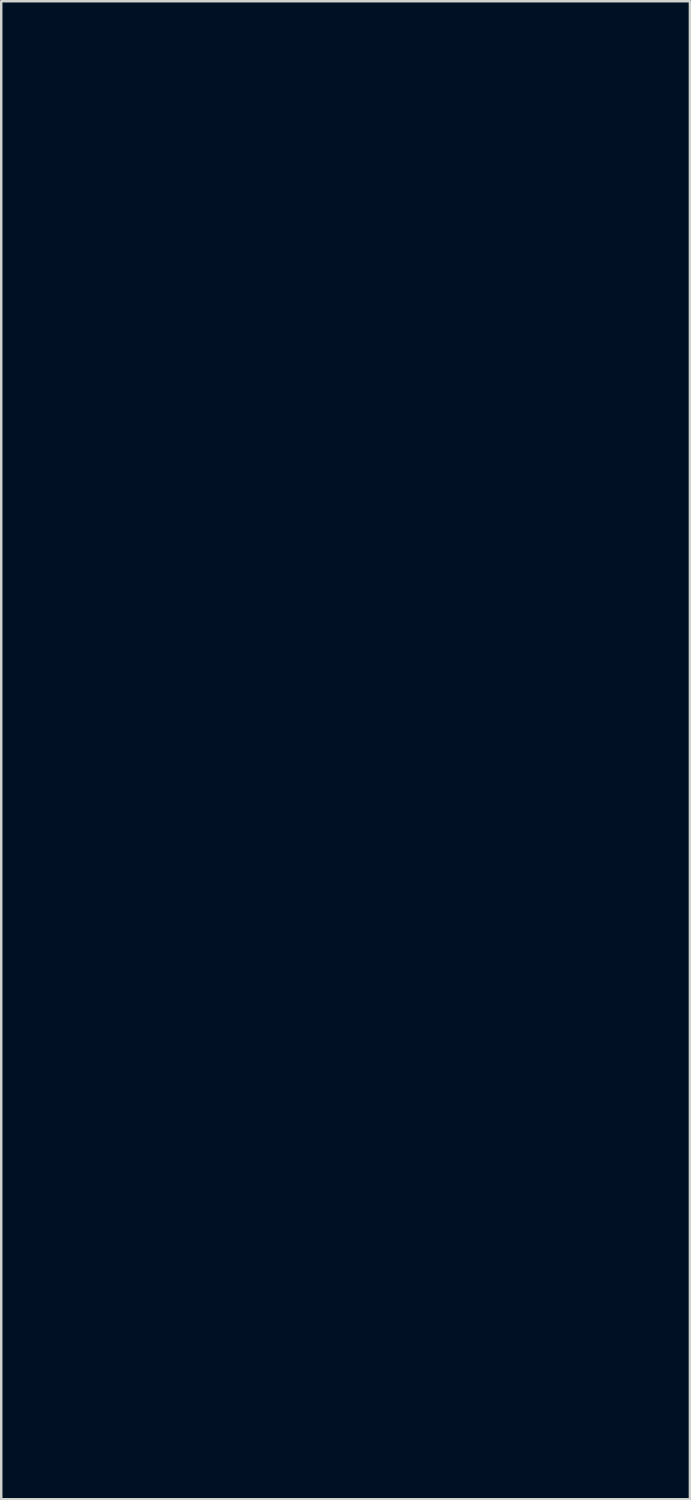
<source format=kicad_pcb>
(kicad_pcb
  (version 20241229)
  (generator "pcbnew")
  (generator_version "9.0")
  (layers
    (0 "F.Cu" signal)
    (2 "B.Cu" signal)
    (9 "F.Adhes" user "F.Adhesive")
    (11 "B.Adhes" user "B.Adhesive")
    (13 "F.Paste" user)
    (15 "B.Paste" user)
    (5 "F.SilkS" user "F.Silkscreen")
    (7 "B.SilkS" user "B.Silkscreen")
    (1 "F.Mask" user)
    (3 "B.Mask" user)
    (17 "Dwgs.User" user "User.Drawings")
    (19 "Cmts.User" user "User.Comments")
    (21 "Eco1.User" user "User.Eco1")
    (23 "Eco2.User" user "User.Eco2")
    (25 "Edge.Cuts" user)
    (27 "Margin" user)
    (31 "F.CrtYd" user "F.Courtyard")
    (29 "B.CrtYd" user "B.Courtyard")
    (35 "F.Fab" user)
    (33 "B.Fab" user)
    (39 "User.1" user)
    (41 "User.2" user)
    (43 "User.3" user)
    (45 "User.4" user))
  (footprint "ENISA22_B.Mask"
    (layer "F.Cu")
    (at 9.478 23.517)
    (property "Reference" "ENISA22_B.Mask" (at 0 0 0) (layer "B.Mask") (effects (font (size 1.524 1.524) (thickness 0.3))))
    (attr through_hole)
    (fp_poly (pts (xy -0.487 30.088) (xy -0.476 30.099) (xy -0.466 30.088) (xy -0.476 30.078) (xy -0.487 30.088)) (stroke (width 0.01) (type solid)) (fill yes) (layer "B.Mask"))
    (fp_poly (pts (xy 0.995 29.771) (xy 1.005 29.782) (xy 1.016 29.771) (xy 1.005 29.76) (xy 0.995 29.771)) (stroke (width 0.01) (type solid)) (fill yes) (layer "B.Mask"))
    (fp_poly (pts (xy 6.413 27.252) (xy 6.424 27.263) (xy 6.435 27.252) (xy 6.424 27.241) (xy 6.413 27.252)) (stroke (width 0.01) (type solid)) (fill yes) (layer "B.Mask"))
    (fp_poly (pts (xy 9.757 -22.516) (xy 9.766 -22.5) (xy 9.804 -22.472) (xy 9.873 -22.43) (xy 9.976 -22.372) (xy 10.112 -22.299) (xy 10.23 -22.237) (xy 10.34 -22.177) (xy 10.435 -22.125) (xy 10.507 -22.085) (xy 10.546 -22.062) (xy 10.593 -22.037) (xy 10.622 -22.031) (xy 10.626 -22.036) (xy 10.61 -22.069) (xy 10.567 -22.119) (xy 10.505 -22.18) (xy 10.431 -22.243) (xy 10.355 -22.303) (xy 10.283 -22.352) (xy 10.246 -22.372) (xy 10.177 -22.403) (xy 10.087 -22.437) (xy 9.99 -22.469) (xy 9.897 -22.496) (xy 9.821 -22.515) (xy 9.776 -22.521) (xy 9.757 -22.516)) (stroke (width 0.01) (type solid)) (fill yes) (layer "B.Mask"))
    (fp_poly (pts (xy 6.045 26.342) (xy 6.013 26.385) (xy 6.007 26.395) (xy 5.972 26.439) (xy 5.936 26.46) (xy 5.933 26.461) (xy 5.924 26.466) (xy 5.951 26.475) (xy 5.958 26.477) (xy 6.006 26.497) (xy 6.045 26.542) (xy 6.069 26.585) (xy 6.097 26.644) (xy 6.138 26.728) (xy 6.186 26.826) (xy 6.223 26.903) (xy 6.271 26.999) (xy 6.313 27.079) (xy 6.348 27.14) (xy 6.374 27.18) (xy 6.387 27.194) (xy 6.386 27.18) (xy 6.37 27.134) (xy 6.342 27.072) (xy 6.296 26.971) (xy 6.243 26.856) (xy 6.194 26.751) (xy 6.192 26.747) (xy 6.149 26.647) (xy 6.126 26.572) (xy 6.12 26.512) (xy 6.121 26.498) (xy 6.12 26.435) (xy 6.102 26.407) (xy 6.078 26.379) (xy 6.075 26.364) (xy 6.067 26.334) (xy 6.045 26.342)) (stroke (width 0.01) (type solid)) (fill yes) (layer "B.Mask"))
    (fp_poly (pts (xy 5.048 -21.306) (xy 4.874 -21.288) (xy 4.684 -21.264) (xy 4.488 -21.234) (xy 4.294 -21.2) (xy 4.109 -21.163) (xy 3.944 -21.126) (xy 3.805 -21.089) (xy 3.718 -21.06) (xy 3.647 -21.031) (xy 3.604 -21.002) (xy 3.573 -20.961) (xy 3.543 -20.898) (xy 3.503 -20.797) (xy 3.467 -20.683) (xy 3.436 -20.564) (xy 3.411 -20.449) (xy 3.394 -20.343) (xy 3.386 -20.255) (xy 3.389 -20.193) (xy 3.403 -20.164) (xy 3.425 -20.173) (xy 3.471 -20.204) (xy 3.532 -20.252) (xy 3.565 -20.281) (xy 3.623 -20.331) (xy 3.675 -20.374) (xy 3.727 -20.413) (xy 3.784 -20.452) (xy 3.853 -20.495) (xy 3.939 -20.546) (xy 4.048 -20.607) (xy 4.186 -20.684) (xy 4.252 -20.721) (xy 4.515 -20.869) (xy 4.739 -21) (xy 4.925 -21.114) (xy 5.071 -21.212) (xy 5.112 -21.241) (xy 5.218 -21.319) (xy 5.048 -21.306)) (stroke (width 0.01) (type solid)) (fill yes) (layer "B.Mask"))
    (fp_poly (pts (xy 7.62 -10.279) (xy 7.445 -10.272) (xy 7.377 -10.268) (xy 7.23 -10.256) (xy 7.083 -10.242) (xy 6.942 -10.226) (xy 6.814 -10.21) (xy 6.705 -10.195) (xy 6.621 -10.18) (xy 6.569 -10.168) (xy 6.556 -10.162) (xy 6.573 -10.158) (xy 6.629 -10.154) (xy 6.717 -10.149) (xy 6.836 -10.143) (xy 6.98 -10.137) (xy 7.144 -10.131) (xy 7.326 -10.125) (xy 7.435 -10.121) (xy 7.79 -10.111) (xy 8.107 -10.1) (xy 8.391 -10.089) (xy 8.646 -10.077) (xy 8.876 -10.065) (xy 9.086 -10.052) (xy 9.28 -10.039) (xy 9.356 -10.033) (xy 9.525 -10.019) (xy 9.655 -10.009) (xy 9.752 -10.002) (xy 9.82 -9.997) (xy 9.861 -9.996) (xy 9.881 -9.998) (xy 9.884 -10.002) (xy 9.874 -10.008) (xy 9.864 -10.013) (xy 9.814 -10.03) (xy 9.73 -10.054) (xy 9.622 -10.082) (xy 9.496 -10.112) (xy 9.361 -10.143) (xy 9.226 -10.173) (xy 9.098 -10.2) (xy 8.986 -10.221) (xy 8.911 -10.234) (xy 8.782 -10.249) (xy 8.62 -10.262) (xy 8.433 -10.272) (xy 8.231 -10.279) (xy 8.022 -10.282) (xy 7.816 -10.283) (xy 7.62 -10.279)) (stroke (width 0.01) (type solid)) (fill yes) (layer "B.Mask"))
    (fp_poly (pts (xy 3.205 -21.897) (xy 3.158 -21.868) (xy 3.096 -21.827) (xy 3.095 -21.826) (xy 3.022 -21.778) (xy 2.929 -21.716) (xy 2.832 -21.652) (xy 2.79 -21.624) (xy 2.661 -21.533) (xy 2.567 -21.453) (xy 2.503 -21.377) (xy 2.464 -21.302) (xy 2.457 -21.277) (xy 2.439 -21.198) (xy 2.418 -21.084) (xy 2.394 -20.941) (xy 2.368 -20.775) (xy 2.342 -20.593) (xy 2.316 -20.402) (xy 2.291 -20.207) (xy 2.267 -20.017) (xy 2.247 -19.836) (xy 2.229 -19.671) (xy 2.217 -19.53) (xy 2.209 -19.421) (xy 2.195 -19.135) (xy 2.396 -19.135) (xy 2.503 -19.133) (xy 2.612 -19.129) (xy 2.704 -19.123) (xy 2.726 -19.121) (xy 2.855 -19.108) (xy 2.862 -19.031) (xy 2.866 -19.003) (xy 2.873 -19.006) (xy 2.884 -19.043) (xy 2.901 -19.118) (xy 2.906 -19.145) (xy 2.929 -19.252) (xy 2.956 -19.362) (xy 2.981 -19.456) (xy 2.986 -19.473) (xy 2.997 -19.511) (xy 3.006 -19.554) (xy 3.014 -19.605) (xy 3.02 -19.668) (xy 3.026 -19.75) (xy 3.031 -19.853) (xy 3.035 -19.982) (xy 3.04 -20.142) (xy 3.045 -20.338) (xy 3.048 -20.467) (xy 3.053 -20.659) (xy 3.059 -20.841) (xy 3.064 -21.008) (xy 3.071 -21.156) (xy 3.077 -21.278) (xy 3.082 -21.371) (xy 3.088 -21.427) (xy 3.089 -21.437) (xy 3.103 -21.499) (xy 3.122 -21.555) (xy 3.151 -21.617) (xy 3.196 -21.697) (xy 3.212 -21.725) (xy 3.227 -21.766) (xy 3.236 -21.82) (xy 3.239 -21.871) (xy 3.233 -21.903) (xy 3.227 -21.907) (xy 3.205 -21.897)) (stroke (width 0.01) (type solid)) (fill yes) (layer "B.Mask"))
    (fp_poly (pts (xy 7.124 24.419) (xy 6.925 24.424) (xy 6.749 24.433) (xy 6.586 24.448) (xy 6.425 24.469) (xy 6.258 24.497) (xy 6.074 24.534) (xy 5.937 24.564) (xy 5.55 24.666) (xy 5.154 24.799) (xy 4.758 24.96) (xy 4.371 25.145) (xy 4.003 25.348) (xy 3.663 25.565) (xy 3.518 25.67) (xy 3.417 25.746) (xy 3.35 25.798) (xy 3.315 25.829) (xy 3.311 25.842) (xy 3.339 25.837) (xy 3.398 25.819) (xy 3.482 25.789) (xy 3.58 25.756) (xy 3.711 25.712) (xy 3.869 25.662) (xy 4.045 25.606) (xy 4.234 25.547) (xy 4.427 25.487) (xy 4.618 25.429) (xy 4.799 25.375) (xy 4.963 25.326) (xy 5.103 25.285) (xy 5.11 25.283) (xy 5.431 25.195) (xy 5.718 25.12) (xy 5.974 25.059) (xy 6.204 25.01) (xy 6.398 24.974) (xy 6.497 24.958) (xy 6.578 24.947) (xy 6.652 24.94) (xy 6.727 24.937) (xy 6.814 24.938) (xy 6.922 24.943) (xy 7.06 24.951) (xy 7.1 24.953) (xy 7.381 24.973) (xy 7.699 25) (xy 8.049 25.035) (xy 8.427 25.076) (xy 8.828 25.123) (xy 9.248 25.175) (xy 9.683 25.233) (xy 10.127 25.295) (xy 10.265 25.315) (xy 10.417 25.337) (xy 10.554 25.356) (xy 10.671 25.372) (xy 10.764 25.384) (xy 10.826 25.391) (xy 10.852 25.393) (xy 10.852 25.392) (xy 10.836 25.381) (xy 10.788 25.354) (xy 10.714 25.314) (xy 10.617 25.263) (xy 10.506 25.206) (xy 10.483 25.195) (xy 10.04 24.985) (xy 9.607 24.811) (xy 9.175 24.669) (xy 8.736 24.556) (xy 8.281 24.47) (xy 8.255 24.466) (xy 8.154 24.451) (xy 8.06 24.439) (xy 7.966 24.431) (xy 7.864 24.425) (xy 7.746 24.421) (xy 7.604 24.419) (xy 7.43 24.418) (xy 7.355 24.418) (xy 7.124 24.419)) (stroke (width 0.01) (type solid)) (fill yes) (layer "B.Mask"))
    (fp_poly (pts (xy 7.428 -13.818) (xy 7.07 -13.808) (xy 6.729 -13.793) (xy 6.413 -13.772) (xy 6.149 -13.747) (xy 5.824 -13.704) (xy 5.526 -13.648) (xy 5.243 -13.576) (xy 4.96 -13.485) (xy 4.679 -13.377) (xy 4.522 -13.311) (xy 4.397 -13.256) (xy 4.297 -13.207) (xy 4.215 -13.159) (xy 4.144 -13.108) (xy 4.076 -13.051) (xy 4.004 -12.982) (xy 3.982 -12.961) (xy 3.915 -12.89) (xy 3.861 -12.831) (xy 3.826 -12.789) (xy 3.817 -12.771) (xy 3.817 -12.771) (xy 3.84 -12.773) (xy 3.895 -12.787) (xy 3.975 -12.809) (xy 4.071 -12.839) (xy 4.089 -12.845) (xy 4.364 -12.925) (xy 4.664 -12.995) (xy 4.989 -13.053) (xy 5.344 -13.102) (xy 5.733 -13.141) (xy 6.157 -13.171) (xy 6.463 -13.187) (xy 6.728 -13.194) (xy 7.022 -13.195) (xy 7.341 -13.189) (xy 7.679 -13.178) (xy 8.032 -13.162) (xy 8.394 -13.141) (xy 8.761 -13.115) (xy 9.128 -13.086) (xy 9.49 -13.053) (xy 9.842 -13.017) (xy 10.179 -12.978) (xy 10.497 -12.936) (xy 10.789 -12.893) (xy 11.053 -12.848) (xy 11.282 -12.802) (xy 11.406 -12.773) (xy 11.512 -12.746) (xy 11.585 -12.73) (xy 11.629 -12.724) (xy 11.653 -12.728) (xy 11.662 -12.74) (xy 11.663 -12.754) (xy 11.642 -12.881) (xy 11.581 -13.003) (xy 11.483 -13.119) (xy 11.349 -13.226) (xy 11.223 -13.299) (xy 11.019 -13.392) (xy 10.779 -13.48) (xy 10.659 -13.516) (xy 8.268 -13.516) (xy 8.262 -13.439) (xy 8.255 -13.42) (xy 8.224 -13.361) (xy 8.179 -13.32) (xy 8.11 -13.287) (xy 8.091 -13.28) (xy 8.006 -13.264) (xy 7.902 -13.264) (xy 7.8 -13.279) (xy 7.724 -13.305) (xy 7.676 -13.345) (xy 7.641 -13.399) (xy 7.625 -13.452) (xy 7.632 -13.499) (xy 7.648 -13.537) (xy 7.703 -13.611) (xy 7.788 -13.658) (xy 7.903 -13.678) (xy 7.952 -13.679) (xy 8.075 -13.666) (xy 8.171 -13.632) (xy 8.236 -13.581) (xy 8.268 -13.516) (xy 10.659 -13.516) (xy 10.511 -13.56) (xy 10.221 -13.631) (xy 9.917 -13.691) (xy 9.605 -13.739) (xy 9.451 -13.757) (xy 9.17 -13.781) (xy 8.855 -13.8) (xy 8.515 -13.814) (xy 8.159 -13.821) (xy 7.793 -13.822) (xy 7.428 -13.818)) (stroke (width 0.01) (type solid)) (fill yes) (layer "B.Mask"))
    (fp_poly (pts (xy 8.662 -6.07) (xy 8.433 -6.067) (xy 8.204 -6.061) (xy 7.98 -6.054) (xy 7.77 -6.045) (xy 7.578 -6.035) (xy 7.419 -6.023) (xy 7.032 -5.989) (xy 6.651 -5.951) (xy 6.279 -5.911) (xy 5.92 -5.869) (xy 5.579 -5.825) (xy 5.26 -5.78) (xy 4.967 -5.734) (xy 4.703 -5.689) (xy 4.473 -5.644) (xy 4.282 -5.6) (xy 4.271 -5.597) (xy 4.038 -5.525) (xy 3.823 -5.434) (xy 3.634 -5.326) (xy 3.478 -5.206) (xy 3.434 -5.163) (xy 3.344 -5.07) (xy 3.344 -4.546) (xy 3.514 -4.706) (xy 3.704 -4.868) (xy 3.909 -5.009) (xy 4.137 -5.133) (xy 4.395 -5.244) (xy 4.549 -5.301) (xy 4.865 -5.4) (xy 5.187 -5.48) (xy 5.521 -5.543) (xy 5.875 -5.587) (xy 6.253 -5.616) (xy 6.663 -5.629) (xy 6.829 -5.63) (xy 7.403 -5.63) (xy 7.392 -5.726) (xy 7.389 -5.786) (xy 7.4 -5.828) (xy 7.433 -5.869) (xy 7.457 -5.893) (xy 7.546 -5.95) (xy 7.669 -5.989) (xy 7.822 -6.009) (xy 7.901 -6.011) (xy 7.996 -5.995) (xy 8.068 -5.952) (xy 8.114 -5.89) (xy 8.132 -5.817) (xy 8.119 -5.742) (xy 8.071 -5.672) (xy 8.021 -5.633) (xy 7.96 -5.595) (xy 8.219 -5.569) (xy 8.433 -5.545) (xy 8.681 -5.512) (xy 8.952 -5.474) (xy 9.24 -5.43) (xy 9.534 -5.382) (xy 9.827 -5.333) (xy 10.111 -5.282) (xy 10.375 -5.232) (xy 10.613 -5.184) (xy 10.707 -5.164) (xy 10.953 -5.106) (xy 11.161 -5.05) (xy 11.336 -4.993) (xy 11.483 -4.932) (xy 11.607 -4.867) (xy 11.712 -4.795) (xy 11.803 -4.714) (xy 11.833 -4.682) (xy 11.959 -4.545) (xy 11.991 -4.621) (xy 12.016 -4.707) (xy 12.02 -4.782) (xy 12.003 -4.835) (xy 11.994 -4.845) (xy 11.973 -4.877) (xy 11.948 -4.937) (xy 11.928 -5.001) (xy 11.907 -5.065) (xy 11.883 -5.117) (xy 11.847 -5.168) (xy 11.792 -5.229) (xy 11.729 -5.292) (xy 11.532 -5.456) (xy 11.298 -5.603) (xy 11.028 -5.731) (xy 10.723 -5.84) (xy 10.383 -5.929) (xy 10.009 -6) (xy 9.603 -6.05) (xy 9.547 -6.055) (xy 9.427 -6.063) (xy 9.271 -6.068) (xy 9.088 -6.071) (xy 8.882 -6.071) (xy 8.662 -6.07)) (stroke (width 0.01) (type solid)) (fill yes) (layer "B.Mask"))
    (fp_poly (pts (xy 6.445 -12.882) (xy 6.114 -12.869) (xy 5.809 -12.851) (xy 5.505 -12.822) (xy 5.21 -12.786) (xy 4.927 -12.741) (xy 4.663 -12.69) (xy 4.422 -12.633) (xy 4.211 -12.572) (xy 4.034 -12.507) (xy 3.969 -12.478) (xy 3.816 -12.392) (xy 3.702 -12.298) (xy 3.621 -12.189) (xy 3.569 -12.061) (xy 3.543 -11.905) (xy 3.54 -11.876) (xy 3.536 -11.785) (xy 3.539 -11.73) (xy 3.549 -11.707) (xy 3.554 -11.705) (xy 3.584 -11.713) (xy 3.643 -11.733) (xy 3.719 -11.763) (xy 3.753 -11.777) (xy 4.087 -11.903) (xy 4.455 -12.02) (xy 4.848 -12.127) (xy 5.259 -12.222) (xy 5.68 -12.304) (xy 6.102 -12.371) (xy 6.518 -12.422) (xy 6.92 -12.454) (xy 7.299 -12.467) (xy 7.345 -12.467) (xy 7.633 -12.467) (xy 7.624 -12.537) (xy 7.625 -12.587) (xy 7.645 -12.627) (xy 7.692 -12.674) (xy 7.753 -12.718) (xy 7.817 -12.748) (xy 7.837 -12.753) (xy 7.906 -12.757) (xy 7.992 -12.751) (xy 8.081 -12.736) (xy 8.159 -12.715) (xy 8.211 -12.691) (xy 8.215 -12.687) (xy 8.242 -12.642) (xy 8.255 -12.579) (xy 8.252 -12.517) (xy 8.234 -12.476) (xy 8.245 -12.465) (xy 8.298 -12.454) (xy 8.391 -12.442) (xy 8.525 -12.43) (xy 8.536 -12.429) (xy 9.029 -12.383) (xy 9.484 -12.327) (xy 9.903 -12.26) (xy 10.288 -12.181) (xy 10.642 -12.09) (xy 10.968 -11.987) (xy 11.267 -11.87) (xy 11.46 -11.781) (xy 11.704 -11.654) (xy 11.914 -11.527) (xy 12.098 -11.395) (xy 12.263 -11.253) (xy 12.334 -11.184) (xy 12.407 -11.112) (xy 12.469 -11.055) (xy 12.515 -11.017) (xy 12.538 -11.003) (xy 12.54 -11.004) (xy 12.557 -11.058) (xy 12.566 -11.141) (xy 12.564 -11.238) (xy 12.553 -11.338) (xy 12.504 -11.525) (xy 12.426 -11.695) (xy 12.314 -11.853) (xy 12.166 -12) (xy 11.98 -12.142) (xy 11.901 -12.193) (xy 11.803 -12.254) (xy 11.707 -12.315) (xy 11.624 -12.367) (xy 11.576 -12.397) (xy 11.491 -12.439) (xy 11.372 -12.48) (xy 11.218 -12.52) (xy 11.027 -12.56) (xy 10.799 -12.6) (xy 10.531 -12.639) (xy 10.223 -12.679) (xy 9.959 -12.71) (xy 9.312 -12.777) (xy 8.698 -12.828) (xy 8.11 -12.863) (xy 7.543 -12.884) (xy 6.991 -12.89) (xy 6.445 -12.882)) (stroke (width 0.01) (type solid)) (fill yes) (layer "B.Mask"))
    (fp_poly (pts (xy 6.406 -23.489) (xy 5.949 -23.442) (xy 5.521 -23.37) (xy 5.517 -23.369) (xy 5.216 -23.291) (xy 4.911 -23.182) (xy 4.61 -23.047) (xy 4.322 -22.89) (xy 4.056 -22.715) (xy 3.818 -22.526) (xy 3.724 -22.438) (xy 3.535 -22.254) (xy 3.535 -22.073) (xy 3.537 -21.947) (xy 3.543 -21.858) (xy 3.556 -21.801) (xy 3.575 -21.77) (xy 3.603 -21.761) (xy 3.606 -21.761) (xy 3.648 -21.77) (xy 3.714 -21.792) (xy 3.789 -21.821) (xy 3.849 -21.848) (xy 3.939 -21.889) (xy 4.052 -21.941) (xy 4.18 -22.001) (xy 4.315 -22.065) (xy 4.371 -22.092) (xy 4.597 -22.198) (xy 4.797 -22.286) (xy 4.979 -22.359) (xy 5.154 -22.419) (xy 5.331 -22.471) (xy 5.519 -22.517) (xy 5.73 -22.561) (xy 5.972 -22.604) (xy 5.975 -22.605) (xy 6.138 -22.632) (xy 6.292 -22.657) (xy 6.44 -22.679) (xy 6.586 -22.698) (xy 6.734 -22.716) (xy 6.888 -22.731) (xy 7.051 -22.745) (xy 7.228 -22.758) (xy 7.422 -22.77) (xy 7.636 -22.781) (xy 7.876 -22.792) (xy 8.144 -22.802) (xy 8.444 -22.813) (xy 8.781 -22.824) (xy 9.006 -22.832) (xy 9.27 -22.834) (xy 9.519 -22.824) (xy 9.748 -22.803) (xy 9.948 -22.771) (xy 10.104 -22.732) (xy 10.172 -22.713) (xy 10.223 -22.703) (xy 10.244 -22.704) (xy 10.237 -22.725) (xy 10.201 -22.765) (xy 10.142 -22.818) (xy 10.066 -22.881) (xy 9.98 -22.949) (xy 9.89 -23.016) (xy 9.801 -23.078) (xy 9.72 -23.13) (xy 9.658 -23.165) (xy 9.555 -23.208) (xy 7.722 -23.208) (xy 7.689 -23.151) (xy 7.627 -23.102) (xy 7.539 -23.061) (xy 7.43 -23.031) (xy 7.303 -23.017) (xy 7.213 -23.017) (xy 7.117 -23.028) (xy 7.056 -23.055) (xy 7.049 -23.06) (xy 7.011 -23.118) (xy 7.01 -23.18) (xy 7.046 -23.24) (xy 7.115 -23.292) (xy 7.14 -23.304) (xy 7.208 -23.325) (xy 7.305 -23.343) (xy 7.416 -23.356) (xy 7.433 -23.357) (xy 7.529 -23.363) (xy 7.592 -23.364) (xy 7.632 -23.359) (xy 7.659 -23.347) (xy 7.682 -23.328) (xy 7.721 -23.267) (xy 7.722 -23.208) (xy 9.555 -23.208) (xy 9.547 -23.211) (xy 9.402 -23.256) (xy 9.223 -23.299) (xy 9.007 -23.341) (xy 8.752 -23.382) (xy 8.457 -23.423) (xy 8.403 -23.43) (xy 7.89 -23.483) (xy 7.382 -23.51) (xy 6.885 -23.512) (xy 6.406 -23.489)) (stroke (width 0.01) (type solid)) (fill yes) (layer "B.Mask"))
    (fp_poly (pts (xy 7.283 -12.176) (xy 7.055 -12.17) (xy 6.839 -12.158) (xy 6.623 -12.139) (xy 6.396 -12.114) (xy 6.144 -12.08) (xy 6.032 -12.064) (xy 5.686 -12.007) (xy 5.342 -11.94) (xy 5.005 -11.863) (xy 4.682 -11.779) (xy 4.379 -11.689) (xy 4.102 -11.595) (xy 3.855 -11.498) (xy 3.667 -11.411) (xy 3.585 -11.366) (xy 3.522 -11.319) (xy 3.473 -11.264) (xy 3.437 -11.195) (xy 3.412 -11.106) (xy 3.394 -10.991) (xy 3.381 -10.844) (xy 3.374 -10.715) (xy 3.369 -10.594) (xy 3.367 -10.51) (xy 3.368 -10.456) (xy 3.374 -10.426) (xy 3.384 -10.415) (xy 3.389 -10.414) (xy 3.42 -10.425) (xy 3.475 -10.455) (xy 3.543 -10.497) (xy 3.56 -10.509) (xy 3.809 -10.661) (xy 4.097 -10.808) (xy 4.426 -10.953) (xy 4.796 -11.094) (xy 5.006 -11.167) (xy 5.426 -11.299) (xy 5.824 -11.407) (xy 6.209 -11.492) (xy 6.592 -11.556) (xy 6.983 -11.601) (xy 7.393 -11.628) (xy 7.599 -11.635) (xy 8.018 -11.636) (xy 8.436 -11.618) (xy 8.849 -11.582) (xy 9.253 -11.529) (xy 9.643 -11.459) (xy 10.016 -11.373) (xy 10.366 -11.273) (xy 10.69 -11.16) (xy 10.983 -11.033) (xy 11.24 -10.895) (xy 11.324 -10.842) (xy 11.446 -10.751) (xy 11.578 -10.633) (xy 11.711 -10.498) (xy 11.834 -10.357) (xy 11.905 -10.266) (xy 11.953 -10.2) (xy 11.992 -10.149) (xy 12.014 -10.12) (xy 12.017 -10.118) (xy 12.02 -10.13) (xy 12.016 -10.172) (xy 12.012 -10.202) (xy 11.964 -10.4) (xy 11.884 -10.612) (xy 11.775 -10.832) (xy 11.643 -11.051) (xy 11.49 -11.264) (xy 11.328 -11.454) (xy 11.254 -11.529) (xy 11.179 -11.588) (xy 11.093 -11.638) (xy 10.988 -11.683) (xy 10.854 -11.729) (xy 10.806 -11.744) (xy 10.398 -11.856) (xy 10.239 -11.891) (xy 8.337 -11.891) (xy 8.322 -11.825) (xy 8.27 -11.762) (xy 8.202 -11.717) (xy 8.121 -11.692) (xy 8.018 -11.684) (xy 7.911 -11.692) (xy 7.816 -11.715) (xy 7.789 -11.727) (xy 7.719 -11.779) (xy 7.687 -11.842) (xy 7.693 -11.907) (xy 7.736 -11.969) (xy 7.815 -12.022) (xy 7.823 -12.026) (xy 7.877 -12.047) (xy 7.928 -12.057) (xy 7.988 -12.058) (xy 8.067 -12.05) (xy 8.174 -12.032) (xy 8.263 -12.002) (xy 8.317 -11.952) (xy 8.337 -11.891) (xy 10.239 -11.891) (xy 9.956 -11.953) (xy 9.488 -12.034) (xy 8.999 -12.098) (xy 8.496 -12.144) (xy 7.986 -12.171) (xy 7.535 -12.178) (xy 7.283 -12.176)) (stroke (width 0.01) (type solid)) (fill yes) (layer "B.Mask"))
    (fp_poly (pts (xy 7.098 -20.249) (xy 6.591 -20.223) (xy 6.102 -20.177) (xy 5.636 -20.112) (xy 5.2 -20.028) (xy 4.964 -19.971) (xy 4.653 -19.883) (xy 4.382 -19.791) (xy 4.148 -19.692) (xy 3.947 -19.587) (xy 3.777 -19.473) (xy 3.635 -19.349) (xy 3.589 -19.301) (xy 3.515 -19.215) (xy 3.468 -19.146) (xy 3.441 -19.079) (xy 3.431 -19.004) (xy 3.433 -18.906) (xy 3.435 -18.885) (xy 3.444 -18.778) (xy 3.458 -18.711) (xy 3.476 -18.682) (xy 3.5 -18.687) (xy 3.515 -18.702) (xy 3.561 -18.746) (xy 3.636 -18.802) (xy 3.729 -18.866) (xy 3.832 -18.929) (xy 3.934 -18.986) (xy 3.971 -19.006) (xy 4.147 -19.083) (xy 4.354 -19.153) (xy 4.592 -19.218) (xy 4.865 -19.277) (xy 5.173 -19.331) (xy 5.519 -19.38) (xy 5.905 -19.425) (xy 6.058 -19.441) (xy 6.283 -19.461) (xy 6.5 -19.478) (xy 6.717 -19.492) (xy 6.94 -19.504) (xy 7.176 -19.512) (xy 7.43 -19.518) (xy 7.711 -19.522) (xy 8.023 -19.524) (xy 8.223 -19.525) (xy 8.489 -19.525) (xy 8.719 -19.524) (xy 8.917 -19.522) (xy 9.09 -19.518) (xy 9.242 -19.513) (xy 9.381 -19.505) (xy 9.51 -19.495) (xy 9.636 -19.481) (xy 9.764 -19.465) (xy 9.9 -19.445) (xy 10.049 -19.421) (xy 10.128 -19.408) (xy 10.378 -19.362) (xy 10.598 -19.311) (xy 10.799 -19.253) (xy 10.992 -19.183) (xy 11.191 -19.099) (xy 11.226 -19.083) (xy 11.302 -19.049) (xy 11.362 -19.025) (xy 11.396 -19.014) (xy 11.401 -19.014) (xy 11.4 -19.039) (xy 11.385 -19.091) (xy 11.361 -19.16) (xy 11.33 -19.236) (xy 11.298 -19.307) (xy 11.271 -19.359) (xy 11.186 -19.468) (xy 11.06 -19.573) (xy 10.898 -19.673) (xy 10.7 -19.767) (xy 10.478 -19.853) (xy 8.083 -19.853) (xy 8.053 -19.794) (xy 8.019 -19.764) (xy 7.949 -19.726) (xy 7.858 -19.696) (xy 7.756 -19.675) (xy 7.654 -19.665) (xy 7.563 -19.666) (xy 7.493 -19.679) (xy 7.463 -19.697) (xy 7.433 -19.753) (xy 7.435 -19.82) (xy 7.468 -19.88) (xy 7.477 -19.89) (xy 7.513 -19.921) (xy 7.546 -19.942) (xy 7.587 -19.958) (xy 7.647 -19.972) (xy 7.735 -19.989) (xy 7.76 -19.993) (xy 7.885 -20.009) (xy 7.975 -20.008) (xy 8.036 -19.988) (xy 8.07 -19.949) (xy 8.077 -19.927) (xy 8.083 -19.853) (xy 10.478 -19.853) (xy 10.47 -19.856) (xy 10.209 -19.938) (xy 9.92 -20.012) (xy 9.605 -20.077) (xy 9.268 -20.133) (xy 8.909 -20.179) (xy 8.663 -20.204) (xy 8.139 -20.24) (xy 7.616 -20.254) (xy 7.098 -20.249)) (stroke (width 0.01) (type solid)) (fill yes) (layer "B.Mask"))
    (fp_poly (pts (xy 6.832 2.821) (xy 6.641 2.824) (xy 6.48 2.829) (xy 6.371 2.834) (xy 5.919 2.869) (xy 5.507 2.914) (xy 5.134 2.969) (xy 4.799 3.035) (xy 4.5 3.113) (xy 4.237 3.202) (xy 4.008 3.303) (xy 3.812 3.415) (xy 3.688 3.507) (xy 3.615 3.572) (xy 3.559 3.639) (xy 3.517 3.713) (xy 3.486 3.804) (xy 3.464 3.917) (xy 3.448 4.061) (xy 3.439 4.175) (xy 3.435 4.263) (xy 3.435 4.331) (xy 3.438 4.373) (xy 3.443 4.381) (xy 3.472 4.369) (xy 3.503 4.348) (xy 3.665 4.242) (xy 3.868 4.145) (xy 4.108 4.055) (xy 4.383 3.975) (xy 4.693 3.904) (xy 5.035 3.842) (xy 5.407 3.789) (xy 5.808 3.747) (xy 6.235 3.716) (xy 6.686 3.696) (xy 6.9 3.69) (xy 7.131 3.687) (xy 7.398 3.687) (xy 7.693 3.689) (xy 8.009 3.694) (xy 8.341 3.701) (xy 8.68 3.709) (xy 9.02 3.72) (xy 9.355 3.732) (xy 9.677 3.745) (xy 9.979 3.76) (xy 10.255 3.775) (xy 10.467 3.79) (xy 10.812 3.822) (xy 11.136 3.866) (xy 11.435 3.922) (xy 11.705 3.988) (xy 11.942 4.064) (xy 12.142 4.149) (xy 12.206 4.182) (xy 12.273 4.218) (xy 12.325 4.244) (xy 12.351 4.254) (xy 12.352 4.255) (xy 12.36 4.236) (xy 12.356 4.188) (xy 12.341 4.118) (xy 12.316 4.036) (xy 12.285 3.951) (xy 12.28 3.938) (xy 12.178 3.738) (xy 12.05 3.555) (xy 11.901 3.395) (xy 11.789 3.306) (xy 8.319 3.306) (xy 8.306 3.381) (xy 8.264 3.448) (xy 8.194 3.508) (xy 8.108 3.54) (xy 7.999 3.544) (xy 7.863 3.521) (xy 7.825 3.512) (xy 7.738 3.474) (xy 7.678 3.417) (xy 7.649 3.35) (xy 7.656 3.279) (xy 7.672 3.248) (xy 7.745 3.17) (xy 7.842 3.126) (xy 7.963 3.115) (xy 8.109 3.138) (xy 8.128 3.143) (xy 8.228 3.183) (xy 8.292 3.239) (xy 8.319 3.306) (xy 11.789 3.306) (xy 11.737 3.264) (xy 11.563 3.167) (xy 11.48 3.135) (xy 11.4 3.11) (xy 11.313 3.087) (xy 11.217 3.065) (xy 11.11 3.045) (xy 10.988 3.026) (xy 10.848 3.008) (xy 10.689 2.99) (xy 10.506 2.972) (xy 10.298 2.954) (xy 10.061 2.936) (xy 9.792 2.917) (xy 9.489 2.897) (xy 9.149 2.875) (xy 8.837 2.856) (xy 8.667 2.848) (xy 8.468 2.84) (xy 8.248 2.833) (xy 8.012 2.828) (xy 7.768 2.824) (xy 7.521 2.821) (xy 7.278 2.82) (xy 7.046 2.82) (xy 6.832 2.821)) (stroke (width 0.01) (type solid)) (fill yes) (layer "B.Mask"))
    (fp_poly (pts (xy 7.98 2.042) (xy 7.733 2.043) (xy 7.497 2.045) (xy 7.275 2.047) (xy 7.072 2.05) (xy 6.893 2.054) (xy 6.742 2.058) (xy 6.623 2.063) (xy 6.542 2.068) (xy 6.53 2.07) (xy 6.072 2.136) (xy 5.616 2.226) (xy 5.169 2.339) (xy 4.74 2.471) (xy 4.336 2.622) (xy 3.969 2.786) (xy 3.801 2.874) (xy 3.668 2.956) (xy 3.565 3.036) (xy 3.484 3.12) (xy 3.458 3.154) (xy 3.416 3.22) (xy 3.385 3.283) (xy 3.369 3.333) (xy 3.371 3.362) (xy 3.379 3.365) (xy 3.403 3.352) (xy 3.45 3.319) (xy 3.51 3.272) (xy 3.514 3.269) (xy 3.649 3.173) (xy 3.818 3.077) (xy 4.011 2.985) (xy 4.22 2.9) (xy 4.435 2.827) (xy 4.583 2.786) (xy 4.918 2.71) (xy 5.273 2.647) (xy 5.651 2.597) (xy 6.055 2.56) (xy 6.488 2.535) (xy 6.952 2.522) (xy 7.45 2.522) (xy 7.985 2.533) (xy 8.191 2.54) (xy 8.546 2.555) (xy 8.895 2.571) (xy 9.235 2.589) (xy 9.56 2.609) (xy 9.866 2.629) (xy 10.15 2.65) (xy 10.406 2.672) (xy 10.63 2.693) (xy 10.817 2.715) (xy 10.869 2.722) (xy 10.967 2.737) (xy 11.082 2.757) (xy 11.206 2.78) (xy 11.329 2.805) (xy 11.441 2.829) (xy 11.534 2.85) (xy 11.599 2.867) (xy 11.614 2.873) (xy 11.62 2.862) (xy 11.607 2.819) (xy 11.577 2.75) (xy 11.533 2.66) (xy 11.476 2.554) (xy 11.409 2.436) (xy 11.407 2.432) (xy 11.366 2.365) (xy 11.329 2.317) (xy 11.287 2.283) (xy 11.249 2.264) (xy 8.424 2.264) (xy 8.407 2.339) (xy 8.363 2.413) (xy 8.303 2.466) (xy 8.302 2.466) (xy 8.245 2.483) (xy 8.16 2.491) (xy 8.061 2.491) (xy 7.963 2.481) (xy 7.88 2.464) (xy 7.838 2.448) (xy 7.776 2.395) (xy 7.745 2.324) (xy 7.749 2.247) (xy 7.788 2.173) (xy 7.805 2.154) (xy 7.876 2.099) (xy 7.954 2.069) (xy 8.05 2.062) (xy 8.125 2.066) (xy 8.254 2.088) (xy 8.345 2.123) (xy 8.401 2.175) (xy 8.423 2.245) (xy 8.424 2.264) (xy 11.249 2.264) (xy 11.229 2.255) (xy 11.148 2.23) (xy 11.043 2.202) (xy 10.867 2.164) (xy 10.656 2.131) (xy 10.408 2.101) (xy 10.121 2.076) (xy 10.044 2.071) (xy 9.937 2.065) (xy 9.797 2.06) (xy 9.627 2.055) (xy 9.431 2.051) (xy 9.215 2.048) (xy 8.983 2.046) (xy 8.739 2.044) (xy 8.488 2.043) (xy 8.233 2.042) (xy 7.98 2.042)) (stroke (width 0.01) (type solid)) (fill yes) (layer "B.Mask"))
    (fp_poly (pts (xy 8.287 9.701) (xy 7.739 9.724) (xy 7.167 9.763) (xy 6.574 9.817) (xy 6.318 9.844) (xy 6.14 9.865) (xy 5.942 9.889) (xy 5.73 9.916) (xy 5.507 9.945) (xy 5.279 9.975) (xy 5.051 10.006) (xy 4.828 10.037) (xy 4.614 10.068) (xy 4.416 10.097) (xy 4.237 10.124) (xy 4.083 10.148) (xy 3.959 10.168) (xy 3.87 10.185) (xy 3.84 10.191) (xy 3.677 10.244) (xy 3.548 10.318) (xy 3.451 10.416) (xy 3.449 10.419) (xy 3.401 10.504) (xy 3.354 10.619) (xy 3.312 10.753) (xy 3.277 10.894) (xy 3.252 11.029) (xy 3.241 11.149) (xy 3.242 11.201) (xy 3.249 11.3) (xy 3.334 11.236) (xy 3.461 11.152) (xy 3.615 11.077) (xy 3.796 11.011) (xy 4.006 10.952) (xy 4.248 10.901) (xy 4.522 10.858) (xy 4.832 10.821) (xy 5.178 10.791) (xy 5.563 10.768) (xy 5.941 10.752) (xy 6.251 10.744) (xy 6.58 10.741) (xy 6.923 10.742) (xy 7.278 10.747) (xy 7.641 10.756) (xy 8.01 10.769) (xy 8.38 10.785) (xy 8.749 10.805) (xy 9.114 10.827) (xy 9.47 10.852) (xy 9.816 10.88) (xy 10.147 10.91) (xy 10.461 10.942) (xy 10.754 10.975) (xy 11.023 11.01) (xy 11.264 11.047) (xy 11.475 11.085) (xy 11.653 11.123) (xy 11.793 11.162) (xy 11.862 11.187) (xy 11.92 11.207) (xy 11.957 11.205) (xy 11.972 11.195) (xy 12.007 11.144) (xy 12.033 11.061) (xy 12.052 10.954) (xy 12.062 10.834) (xy 12.063 10.71) (xy 12.055 10.59) (xy 12.037 10.485) (xy 12.008 10.404) (xy 12.007 10.402) (xy 11.937 10.3) (xy 11.845 10.215) (xy 8.34 10.215) (xy 8.32 10.278) (xy 8.269 10.339) (xy 8.195 10.388) (xy 8.16 10.403) (xy 8.105 10.421) (xy 8.057 10.43) (xy 8.005 10.431) (xy 7.935 10.423) (xy 7.837 10.406) (xy 7.825 10.404) (xy 7.711 10.38) (xy 7.633 10.354) (xy 7.586 10.32) (xy 7.562 10.276) (xy 7.556 10.225) (xy 7.565 10.158) (xy 7.596 10.112) (xy 7.612 10.098) (xy 7.703 10.045) (xy 7.808 10.023) (xy 7.933 10.03) (xy 7.996 10.041) (xy 8.078 10.058) (xy 8.149 10.07) (xy 8.194 10.075) (xy 8.196 10.075) (xy 8.252 10.093) (xy 8.303 10.136) (xy 8.335 10.19) (xy 8.34 10.215) (xy 11.845 10.215) (xy 11.836 10.208) (xy 11.703 10.125) (xy 11.534 10.049) (xy 11.325 9.977) (xy 11.303 9.971) (xy 10.975 9.886) (xy 10.609 9.817) (xy 10.208 9.763) (xy 9.773 9.725) (xy 9.306 9.702) (xy 8.81 9.694) (xy 8.287 9.701)) (stroke (width 0.01) (type solid)) (fill yes) (layer "B.Mask"))
    (fp_poly (pts (xy 7.583 -22.455) (xy 7.476 -22.45) (xy 7.372 -22.441) (xy 7.261 -22.427) (xy 7.138 -22.407) (xy 6.994 -22.38) (xy 6.821 -22.346) (xy 6.678 -22.317) (xy 6.259 -22.227) (xy 5.879 -22.135) (xy 5.533 -22.04) (xy 5.219 -21.942) (xy 4.932 -21.838) (xy 4.879 -21.817) (xy 4.76 -21.768) (xy 4.638 -21.716) (xy 4.52 -21.664) (xy 4.412 -21.614) (xy 4.319 -21.57) (xy 4.248 -21.533) (xy 4.205 -21.507) (xy 4.194 -21.496) (xy 4.217 -21.495) (xy 4.272 -21.5) (xy 4.352 -21.509) (xy 4.424 -21.518) (xy 4.674 -21.55) (xy 4.889 -21.575) (xy 5.074 -21.593) (xy 5.236 -21.605) (xy 5.379 -21.61) (xy 5.452 -21.611) (xy 5.595 -21.614) (xy 5.711 -21.623) (xy 5.812 -21.641) (xy 5.865 -21.654) (xy 5.995 -21.69) (xy 6.105 -21.719) (xy 6.202 -21.741) (xy 6.293 -21.759) (xy 6.384 -21.771) (xy 6.482 -21.78) (xy 6.593 -21.786) (xy 6.725 -21.789) (xy 6.884 -21.79) (xy 7.077 -21.791) (xy 7.133 -21.791) (xy 7.342 -21.79) (xy 7.514 -21.789) (xy 7.655 -21.787) (xy 7.773 -21.783) (xy 7.871 -21.777) (xy 7.957 -21.77) (xy 8.036 -21.76) (xy 8.086 -21.753) (xy 8.599 -21.662) (xy 9.071 -21.558) (xy 9.504 -21.441) (xy 9.896 -21.31) (xy 10.249 -21.166) (xy 10.561 -21.008) (xy 10.668 -20.946) (xy 10.758 -20.891) (xy 10.841 -20.84) (xy 10.908 -20.799) (xy 10.939 -20.78) (xy 11.01 -20.737) (xy 10.996 -20.82) (xy 10.966 -20.926) (xy 10.913 -21.049) (xy 10.844 -21.174) (xy 10.765 -21.289) (xy 10.76 -21.295) (xy 10.671 -21.397) (xy 10.565 -21.498) (xy 10.437 -21.599) (xy 10.286 -21.703) (xy 10.106 -21.812) (xy 9.895 -21.929) (xy 9.648 -22.056) (xy 9.596 -22.082) (xy 7.938 -22.082) (xy 7.917 -22.013) (xy 7.855 -21.947) (xy 7.8 -21.91) (xy 7.749 -21.896) (xy 7.671 -21.891) (xy 7.58 -21.895) (xy 7.491 -21.907) (xy 7.417 -21.926) (xy 7.392 -21.937) (xy 7.323 -21.988) (xy 7.291 -22.048) (xy 7.29 -22.111) (xy 7.317 -22.173) (xy 7.367 -22.228) (xy 7.435 -22.271) (xy 7.518 -22.298) (xy 7.612 -22.303) (xy 7.691 -22.289) (xy 7.796 -22.255) (xy 7.866 -22.225) (xy 7.909 -22.192) (xy 7.93 -22.152) (xy 7.937 -22.099) (xy 7.938 -22.082) (xy 9.596 -22.082) (xy 9.54 -22.109) (xy 9.376 -22.189) (xy 9.234 -22.255) (xy 9.107 -22.308) (xy 8.988 -22.349) (xy 8.872 -22.381) (xy 8.749 -22.405) (xy 8.615 -22.422) (xy 8.461 -22.434) (xy 8.28 -22.443) (xy 8.067 -22.449) (xy 7.99 -22.451) (xy 7.832 -22.455) (xy 7.699 -22.456) (xy 7.583 -22.455)) (stroke (width 0.01) (type solid)) (fill yes) (layer "B.Mask"))
    (fp_poly (pts (xy 8.438 17.706) (xy 8.082 17.715) (xy 7.714 17.728) (xy 7.339 17.746) (xy 6.962 17.767) (xy 6.588 17.792) (xy 6.221 17.82) (xy 5.868 17.851) (xy 5.532 17.885) (xy 5.219 17.921) (xy 4.934 17.96) (xy 4.682 18.001) (xy 4.558 18.024) (xy 4.298 18.086) (xy 4.078 18.161) (xy 3.895 18.249) (xy 3.749 18.353) (xy 3.636 18.472) (xy 3.557 18.607) (xy 3.525 18.693) (xy 3.514 18.743) (xy 3.503 18.817) (xy 3.492 18.906) (xy 3.482 19) (xy 3.475 19.09) (xy 3.47 19.166) (xy 3.47 19.219) (xy 3.474 19.24) (xy 3.474 19.241) (xy 3.496 19.233) (xy 3.548 19.212) (xy 3.621 19.182) (xy 3.662 19.165) (xy 4.066 19.011) (xy 4.504 18.874) (xy 4.975 18.755) (xy 5.475 18.654) (xy 5.999 18.571) (xy 6.545 18.509) (xy 7.11 18.466) (xy 7.689 18.443) (xy 8.28 18.441) (xy 8.361 18.443) (xy 8.674 18.452) (xy 8.952 18.466) (xy 9.201 18.486) (xy 9.426 18.514) (xy 9.636 18.549) (xy 9.835 18.593) (xy 10.031 18.647) (xy 10.168 18.691) (xy 10.531 18.834) (xy 10.874 19.013) (xy 11.193 19.226) (xy 11.451 19.439) (xy 11.529 19.508) (xy 11.6 19.565) (xy 11.654 19.605) (xy 11.686 19.621) (xy 11.688 19.622) (xy 11.722 19.604) (xy 11.757 19.562) (xy 11.763 19.553) (xy 11.777 19.52) (xy 11.788 19.479) (xy 11.794 19.422) (xy 11.798 19.342) (xy 11.799 19.232) (xy 11.799 19.145) (xy 11.798 19.012) (xy 11.795 18.911) (xy 11.789 18.836) (xy 11.78 18.776) (xy 11.766 18.723) (xy 11.751 18.681) (xy 11.67 18.509) (xy 11.561 18.355) (xy 11.423 18.22) (xy 11.261 18.107) (xy 7.974 18.107) (xy 7.942 18.176) (xy 7.88 18.237) (xy 7.79 18.282) (xy 7.768 18.288) (xy 7.708 18.299) (xy 7.663 18.299) (xy 7.657 18.298) (xy 7.618 18.298) (xy 7.563 18.314) (xy 7.554 18.318) (xy 7.464 18.342) (xy 7.369 18.339) (xy 7.285 18.313) (xy 7.248 18.287) (xy 7.202 18.22) (xy 7.195 18.147) (xy 7.223 18.073) (xy 7.284 18.005) (xy 7.376 17.947) (xy 7.397 17.938) (xy 7.485 17.911) (xy 7.588 17.895) (xy 7.695 17.889) (xy 7.791 17.894) (xy 7.862 17.912) (xy 7.869 17.915) (xy 7.939 17.969) (xy 7.973 18.036) (xy 7.974 18.107) (xy 11.261 18.107) (xy 11.253 18.101) (xy 11.05 17.999) (xy 10.813 17.913) (xy 10.54 17.841) (xy 10.23 17.784) (xy 9.881 17.739) (xy 9.864 17.738) (xy 9.643 17.72) (xy 9.384 17.709) (xy 9.094 17.703) (xy 8.777 17.702) (xy 8.438 17.706)) (stroke (width 0.01) (type solid)) (fill yes) (layer "B.Mask"))
    (fp_poly (pts (xy 6.445 12.956) (xy 6.177 12.963) (xy 5.969 12.973) (xy 5.608 12.999) (xy 5.265 13.032) (xy 4.943 13.074) (xy 4.645 13.122) (xy 4.373 13.176) (xy 4.131 13.236) (xy 3.921 13.3) (xy 3.746 13.37) (xy 3.608 13.442) (xy 3.54 13.492) (xy 3.445 13.596) (xy 3.375 13.726) (xy 3.329 13.886) (xy 3.306 14.078) (xy 3.302 14.198) (xy 3.303 14.303) (xy 3.308 14.377) (xy 3.319 14.434) (xy 3.338 14.486) (xy 3.355 14.521) (xy 3.387 14.578) (xy 3.413 14.616) (xy 3.424 14.624) (xy 3.449 14.615) (xy 3.502 14.592) (xy 3.572 14.559) (xy 3.588 14.552) (xy 3.788 14.468) (xy 4.025 14.391) (xy 4.298 14.322) (xy 4.608 14.26) (xy 4.957 14.206) (xy 5.345 14.158) (xy 5.772 14.117) (xy 6.241 14.082) (xy 6.392 14.073) (xy 6.523 14.067) (xy 6.688 14.062) (xy 6.882 14.058) (xy 7.101 14.055) (xy 7.337 14.052) (xy 7.585 14.051) (xy 7.841 14.05) (xy 8.097 14.05) (xy 8.348 14.051) (xy 8.589 14.053) (xy 8.814 14.056) (xy 9.017 14.06) (xy 9.193 14.065) (xy 9.336 14.07) (xy 9.406 14.074) (xy 9.643 14.092) (xy 9.899 14.116) (xy 10.159 14.143) (xy 10.411 14.173) (xy 10.642 14.205) (xy 10.763 14.223) (xy 11.013 14.272) (xy 11.23 14.331) (xy 11.422 14.404) (xy 11.424 14.405) (xy 11.537 14.455) (xy 11.598 14.37) (xy 11.636 14.316) (xy 11.661 14.268) (xy 11.674 14.22) (xy 11.673 14.165) (xy 11.659 14.095) (xy 11.631 14.006) (xy 11.588 13.888) (xy 11.545 13.777) (xy 11.499 13.665) (xy 11.463 13.586) (xy 11.433 13.536) (xy 8.086 13.536) (xy 8.069 13.579) (xy 8.028 13.632) (xy 7.974 13.681) (xy 7.929 13.708) (xy 7.838 13.73) (xy 7.724 13.729) (xy 7.598 13.704) (xy 7.471 13.658) (xy 7.467 13.657) (xy 7.373 13.606) (xy 7.319 13.557) (xy 7.303 13.504) (xy 7.324 13.445) (xy 7.339 13.423) (xy 7.417 13.351) (xy 7.52 13.313) (xy 7.645 13.308) (xy 7.79 13.337) (xy 7.863 13.362) (xy 7.972 13.411) (xy 8.047 13.463) (xy 8.083 13.516) (xy 8.086 13.536) (xy 11.433 13.536) (xy 11.433 13.535) (xy 11.406 13.505) (xy 11.39 13.495) (xy 11.324 13.469) (xy 11.226 13.441) (xy 11.096 13.411) (xy 10.931 13.38) (xy 10.731 13.347) (xy 10.494 13.311) (xy 10.217 13.272) (xy 9.901 13.231) (xy 9.811 13.22) (xy 9.314 13.159) (xy 8.855 13.107) (xy 8.431 13.063) (xy 8.039 13.026) (xy 7.676 12.998) (xy 7.338 12.977) (xy 7.023 12.963) (xy 6.726 12.956) (xy 6.445 12.956)) (stroke (width 0.01) (type solid)) (fill yes) (layer "B.Mask"))
    (fp_poly (pts (xy 6.921 -21.52) (xy 6.684 -21.509) (xy 6.477 -21.491) (xy 6.293 -21.465) (xy 6.123 -21.427) (xy 5.961 -21.375) (xy 5.798 -21.307) (xy 5.627 -21.219) (xy 5.44 -21.11) (xy 5.229 -20.977) (xy 5.201 -20.958) (xy 5.028 -20.848) (xy 4.862 -20.745) (xy 4.692 -20.644) (xy 4.509 -20.539) (xy 4.302 -20.424) (xy 4.191 -20.363) (xy 4.082 -20.301) (xy 3.971 -20.231) (xy 3.871 -20.164) (xy 3.804 -20.114) (xy 3.72 -20.038) (xy 3.629 -19.945) (xy 3.539 -19.844) (xy 3.459 -19.745) (xy 3.397 -19.658) (xy 3.375 -19.62) (xy 3.343 -19.553) (xy 3.32 -19.496) (xy 3.311 -19.46) (xy 3.313 -19.452) (xy 3.333 -19.465) (xy 3.375 -19.501) (xy 3.431 -19.551) (xy 3.445 -19.564) (xy 3.544 -19.65) (xy 3.639 -19.723) (xy 3.742 -19.79) (xy 3.864 -19.857) (xy 4.013 -19.932) (xy 4.029 -19.939) (xy 4.356 -20.078) (xy 4.722 -20.2) (xy 5.124 -20.305) (xy 5.562 -20.394) (xy 6.034 -20.465) (xy 6.186 -20.483) (xy 6.315 -20.495) (xy 6.479 -20.504) (xy 6.673 -20.512) (xy 6.89 -20.517) (xy 7.123 -20.521) (xy 7.365 -20.523) (xy 7.611 -20.523) (xy 7.855 -20.522) (xy 8.088 -20.518) (xy 8.306 -20.512) (xy 8.501 -20.505) (xy 8.667 -20.495) (xy 8.798 -20.484) (xy 8.805 -20.483) (xy 9.157 -20.44) (xy 9.472 -20.393) (xy 9.757 -20.342) (xy 10.017 -20.285) (xy 10.259 -20.22) (xy 10.489 -20.147) (xy 10.712 -20.063) (xy 10.934 -19.968) (xy 10.942 -19.964) (xy 11.056 -19.912) (xy 11.135 -19.879) (xy 11.183 -19.865) (xy 11.203 -19.873) (xy 11.2 -19.903) (xy 11.177 -19.957) (xy 11.139 -20.034) (xy 11.05 -20.202) (xy 10.963 -20.336) (xy 10.872 -20.446) (xy 10.768 -20.54) (xy 10.676 -20.607) (xy 10.407 -20.767) (xy 10.103 -20.915) (xy 9.93 -20.985) (xy 7.993 -20.985) (xy 7.992 -20.908) (xy 7.955 -20.839) (xy 7.887 -20.784) (xy 7.793 -20.749) (xy 7.772 -20.744) (xy 7.701 -20.74) (xy 7.612 -20.743) (xy 7.519 -20.753) (xy 7.439 -20.768) (xy 7.388 -20.785) (xy 7.346 -20.829) (xy 7.327 -20.896) (xy 7.335 -20.969) (xy 7.337 -20.973) (xy 7.367 -21.018) (xy 7.419 -21.063) (xy 7.44 -21.077) (xy 7.487 -21.102) (xy 7.53 -21.115) (xy 7.584 -21.12) (xy 7.662 -21.117) (xy 7.704 -21.114) (xy 7.823 -21.101) (xy 7.906 -21.08) (xy 7.96 -21.046) (xy 7.989 -20.999) (xy 7.993 -20.985) (xy 9.93 -20.985) (xy 9.769 -21.05) (xy 9.411 -21.171) (xy 9.033 -21.277) (xy 8.643 -21.365) (xy 8.244 -21.435) (xy 7.843 -21.486) (xy 7.445 -21.516) (xy 7.056 -21.523) (xy 6.921 -21.52)) (stroke (width 0.01) (type solid)) (fill yes) (layer "B.Mask"))
    (fp_poly (pts (xy 7.6 -11.334) (xy 7.412 -11.331) (xy 7.239 -11.327) (xy 7.087 -11.322) (xy 6.964 -11.314) (xy 6.879 -11.306) (xy 6.413 -11.231) (xy 5.959 -11.136) (xy 5.52 -11.024) (xy 5.1 -10.895) (xy 4.704 -10.751) (xy 4.337 -10.594) (xy 4.002 -10.424) (xy 3.704 -10.244) (xy 3.673 -10.223) (xy 3.556 -10.138) (xy 3.473 -10.065) (xy 3.418 -9.997) (xy 3.387 -9.93) (xy 3.386 -9.926) (xy 3.378 -9.877) (xy 3.371 -9.806) (xy 3.367 -9.72) (xy 3.366 -9.632) (xy 3.367 -9.551) (xy 3.37 -9.486) (xy 3.377 -9.447) (xy 3.381 -9.441) (xy 3.41 -9.451) (xy 3.45 -9.472) (xy 3.516 -9.505) (xy 3.616 -9.549) (xy 3.747 -9.601) (xy 3.903 -9.662) (xy 4.078 -9.727) (xy 4.269 -9.797) (xy 4.469 -9.868) (xy 4.673 -9.939) (xy 4.877 -10.007) (xy 5.076 -10.073) (xy 5.26 -10.131) (xy 5.591 -10.231) (xy 5.891 -10.315) (xy 6.168 -10.384) (xy 6.43 -10.441) (xy 6.683 -10.486) (xy 6.937 -10.52) (xy 7.199 -10.546) (xy 7.476 -10.564) (xy 7.715 -10.574) (xy 8.16 -10.578) (xy 8.577 -10.558) (xy 8.974 -10.515) (xy 9.357 -10.446) (xy 9.62 -10.383) (xy 9.723 -10.354) (xy 9.86 -10.313) (xy 10.025 -10.261) (xy 10.212 -10.201) (xy 10.415 -10.134) (xy 10.63 -10.063) (xy 10.849 -9.989) (xy 11.066 -9.914) (xy 11.277 -9.841) (xy 11.475 -9.771) (xy 11.596 -9.727) (xy 11.717 -9.684) (xy 11.823 -9.648) (xy 11.909 -9.62) (xy 11.969 -9.602) (xy 11.996 -9.597) (xy 11.997 -9.598) (xy 11.993 -9.623) (xy 11.967 -9.675) (xy 11.921 -9.749) (xy 11.859 -9.839) (xy 11.786 -9.94) (xy 11.705 -10.046) (xy 11.621 -10.153) (xy 11.537 -10.255) (xy 11.457 -10.347) (xy 11.385 -10.423) (xy 11.352 -10.456) (xy 11.186 -10.588) (xy 10.98 -10.713) (xy 10.737 -10.831) (xy 10.46 -10.939) (xy 10.286 -10.994) (xy 8.263 -10.994) (xy 8.257 -10.939) (xy 8.23 -10.891) (xy 8.182 -10.842) (xy 8.101 -10.768) (xy 7.925 -10.78) (xy 7.834 -10.79) (xy 7.752 -10.805) (xy 7.693 -10.822) (xy 7.685 -10.826) (xy 7.616 -10.88) (xy 7.581 -10.946) (xy 7.578 -11.018) (xy 7.604 -11.088) (xy 7.655 -11.15) (xy 7.728 -11.195) (xy 7.821 -11.217) (xy 7.849 -11.218) (xy 7.998 -11.208) (xy 8.117 -11.177) (xy 8.201 -11.128) (xy 8.251 -11.06) (xy 8.263 -10.994) (xy 10.286 -10.994) (xy 10.149 -11.037) (xy 9.808 -11.126) (xy 9.439 -11.203) (xy 9.044 -11.268) (xy 8.752 -11.307) (xy 8.654 -11.315) (xy 8.522 -11.322) (xy 8.363 -11.328) (xy 8.185 -11.332) (xy 7.993 -11.334) (xy 7.796 -11.335) (xy 7.6 -11.334)) (stroke (width 0.01) (type solid)) (fill yes) (layer "B.Mask"))
    (fp_poly (pts (xy 8.753 16.691) (xy 8.462 16.696) (xy 8.162 16.702) (xy 7.858 16.71) (xy 7.554 16.721) (xy 7.254 16.733) (xy 6.962 16.747) (xy 6.683 16.762) (xy 6.421 16.779) (xy 6.18 16.797) (xy 5.965 16.816) (xy 5.779 16.837) (xy 5.757 16.84) (xy 5.461 16.882) (xy 5.17 16.932) (xy 4.891 16.988) (xy 4.628 17.049) (xy 4.389 17.113) (xy 4.178 17.179) (xy 4.002 17.246) (xy 3.944 17.272) (xy 3.784 17.362) (xy 3.658 17.468) (xy 3.56 17.598) (xy 3.515 17.681) (xy 3.483 17.759) (xy 3.45 17.852) (xy 3.42 17.954) (xy 3.393 18.057) (xy 3.371 18.153) (xy 3.357 18.235) (xy 3.351 18.295) (xy 3.357 18.326) (xy 3.362 18.328) (xy 3.382 18.313) (xy 3.424 18.274) (xy 3.481 18.219) (xy 3.514 18.185) (xy 3.615 18.092) (xy 3.726 18.01) (xy 3.852 17.938) (xy 3.997 17.875) (xy 4.165 17.818) (xy 4.359 17.768) (xy 4.584 17.722) (xy 4.844 17.679) (xy 5.112 17.642) (xy 5.725 17.571) (xy 6.37 17.511) (xy 7.038 17.464) (xy 7.72 17.429) (xy 8.407 17.407) (xy 8.445 17.407) (xy 8.893 17.403) (xy 9.301 17.409) (xy 9.674 17.428) (xy 10.014 17.458) (xy 10.323 17.501) (xy 10.604 17.556) (xy 10.86 17.625) (xy 11.093 17.707) (xy 11.305 17.804) (xy 11.5 17.915) (xy 11.569 17.96) (xy 11.637 18.005) (xy 11.692 18.038) (xy 11.724 18.055) (xy 11.728 18.055) (xy 11.736 18.036) (xy 11.742 17.983) (xy 11.746 17.906) (xy 11.747 17.813) (xy 11.746 17.715) (xy 11.743 17.62) (xy 11.738 17.537) (xy 11.731 17.474) (xy 11.725 17.448) (xy 11.679 17.371) (xy 11.599 17.284) (xy 11.491 17.194) (xy 11.361 17.104) (xy 11.255 17.042) (xy 7.847 17.042) (xy 7.844 17.102) (xy 7.803 17.162) (xy 7.726 17.219) (xy 7.706 17.23) (xy 7.657 17.246) (xy 7.577 17.261) (xy 7.481 17.273) (xy 7.379 17.282) (xy 7.285 17.286) (xy 7.252 17.285) (xy 7.183 17.274) (xy 7.137 17.238) (xy 7.129 17.229) (xy 7.101 17.164) (xy 7.115 17.104) (xy 7.169 17.049) (xy 7.234 17.013) (xy 7.311 16.988) (xy 7.408 16.969) (xy 7.515 16.958) (xy 7.619 16.954) (xy 7.711 16.958) (xy 7.781 16.971) (xy 7.811 16.987) (xy 7.847 17.042) (xy 11.255 17.042) (xy 11.215 17.019) (xy 11.091 16.958) (xy 10.984 16.916) (xy 10.844 16.872) (xy 10.681 16.828) (xy 10.503 16.786) (xy 10.322 16.75) (xy 10.202 16.729) (xy 10.088 16.716) (xy 9.936 16.705) (xy 9.75 16.698) (xy 9.535 16.692) (xy 9.294 16.69) (xy 9.032 16.689) (xy 8.753 16.691)) (stroke (width 0.01) (type solid)) (fill yes) (layer "B.Mask"))
    (fp_poly (pts (xy 6.434 -6.828) (xy 5.788 -6.776) (xy 5.143 -6.696) (xy 5.08 -6.686) (xy 4.743 -6.63) (xy 4.447 -6.569) (xy 4.191 -6.502) (xy 3.973 -6.43) (xy 3.792 -6.351) (xy 3.648 -6.265) (xy 3.539 -6.173) (xy 3.473 -6.088) (xy 3.447 -6.029) (xy 3.422 -5.941) (xy 3.401 -5.839) (xy 3.385 -5.737) (xy 3.378 -5.649) (xy 3.38 -5.597) (xy 3.39 -5.532) (xy 3.57 -5.626) (xy 3.709 -5.693) (xy 3.856 -5.755) (xy 4.016 -5.812) (xy 4.19 -5.866) (xy 4.383 -5.915) (xy 4.596 -5.963) (xy 4.833 -6.007) (xy 5.098 -6.05) (xy 5.391 -6.092) (xy 5.718 -6.134) (xy 6.08 -6.176) (xy 6.48 -6.218) (xy 6.615 -6.231) (xy 6.888 -6.258) (xy 7.125 -6.281) (xy 7.33 -6.301) (xy 7.51 -6.317) (xy 7.67 -6.329) (xy 7.815 -6.339) (xy 7.951 -6.347) (xy 8.083 -6.352) (xy 8.217 -6.356) (xy 8.358 -6.358) (xy 8.512 -6.359) (xy 8.684 -6.36) (xy 8.784 -6.36) (xy 8.994 -6.359) (xy 9.168 -6.358) (xy 9.311 -6.356) (xy 9.43 -6.353) (xy 9.53 -6.349) (xy 9.618 -6.342) (xy 9.699 -6.334) (xy 9.78 -6.324) (xy 9.858 -6.313) (xy 10.233 -6.248) (xy 10.571 -6.171) (xy 10.877 -6.083) (xy 11.156 -5.98) (xy 11.412 -5.86) (xy 11.651 -5.723) (xy 11.873 -5.569) (xy 11.945 -5.514) (xy 11.93 -5.64) (xy 11.892 -5.796) (xy 11.816 -5.956) (xy 11.704 -6.115) (xy 11.662 -6.164) (xy 11.541 -6.285) (xy 11.414 -6.383) (xy 11.275 -6.461) (xy 11.117 -6.521) (xy 10.931 -6.569) (xy 10.725 -6.604) (xy 10.655 -6.613) (xy 10.551 -6.624) (xy 10.416 -6.638) (xy 10.257 -6.653) (xy 10.078 -6.67) (xy 9.885 -6.688) (xy 9.682 -6.706) (xy 9.475 -6.724) (xy 9.269 -6.741) (xy 9.068 -6.758) (xy 8.878 -6.773) (xy 8.705 -6.787) (xy 8.553 -6.799) (xy 8.427 -6.808) (xy 8.332 -6.813) (xy 8.274 -6.816) (xy 8.271 -6.816) (xy 8.181 -6.816) (xy 8.255 -6.779) (xy 8.324 -6.726) (xy 8.355 -6.662) (xy 8.348 -6.59) (xy 8.302 -6.517) (xy 8.248 -6.468) (xy 8.208 -6.445) (xy 8.157 -6.43) (xy 8.082 -6.421) (xy 7.999 -6.417) (xy 7.907 -6.415) (xy 7.826 -6.416) (xy 7.769 -6.42) (xy 7.756 -6.422) (xy 7.682 -6.459) (xy 7.636 -6.52) (xy 7.621 -6.593) (xy 7.643 -6.668) (xy 7.653 -6.684) (xy 7.707 -6.738) (xy 7.786 -6.776) (xy 7.896 -6.801) (xy 7.998 -6.813) (xy 8.051 -6.818) (xy 8.079 -6.822) (xy 8.08 -6.826) (xy 8.051 -6.829) (xy 7.989 -6.833) (xy 7.891 -6.838) (xy 7.755 -6.843) (xy 7.688 -6.845) (xy 7.071 -6.851) (xy 6.434 -6.828)) (stroke (width 0.01) (type solid)) (fill yes) (layer "B.Mask"))
    (fp_poly (pts (xy 6.637 6.909) (xy 6.249 6.929) (xy 5.866 6.959) (xy 5.495 7) (xy 5.141 7.051) (xy 4.813 7.11) (xy 4.517 7.179) (xy 4.413 7.207) (xy 4.258 7.259) (xy 4.104 7.322) (xy 3.962 7.392) (xy 3.842 7.463) (xy 3.752 7.532) (xy 3.744 7.54) (xy 3.681 7.614) (xy 3.612 7.718) (xy 3.544 7.839) (xy 3.482 7.966) (xy 3.434 8.087) (xy 3.418 8.135) (xy 3.401 8.215) (xy 3.389 8.314) (xy 3.382 8.424) (xy 3.38 8.538) (xy 3.382 8.648) (xy 3.389 8.746) (xy 3.4 8.824) (xy 3.415 8.874) (xy 3.432 8.89) (xy 3.455 8.877) (xy 3.503 8.841) (xy 3.566 8.79) (xy 3.611 8.751) (xy 3.845 8.568) (xy 4.115 8.393) (xy 4.414 8.23) (xy 4.737 8.082) (xy 5.077 7.952) (xy 5.279 7.886) (xy 5.668 7.786) (xy 6.087 7.709) (xy 6.532 7.656) (xy 7 7.628) (xy 7.485 7.624) (xy 7.984 7.645) (xy 8.492 7.691) (xy 8.784 7.728) (xy 9.278 7.811) (xy 9.774 7.92) (xy 10.261 8.053) (xy 10.731 8.206) (xy 11.173 8.378) (xy 11.309 8.436) (xy 11.574 8.566) (xy 11.802 8.703) (xy 11.991 8.846) (xy 12.141 8.994) (xy 12.25 9.146) (xy 12.251 9.147) (xy 12.303 9.233) (xy 12.342 9.283) (xy 12.37 9.3) (xy 12.393 9.289) (xy 12.402 9.274) (xy 12.436 9.185) (xy 12.461 9.063) (xy 12.478 8.918) (xy 12.486 8.759) (xy 12.484 8.595) (xy 12.472 8.437) (xy 12.457 8.332) (xy 12.404 8.135) (xy 12.319 7.965) (xy 12.205 7.822) (xy 12.063 7.71) (xy 11.97 7.661) (xy 11.854 7.616) (xy 11.7 7.567) (xy 11.512 7.516) (xy 11.294 7.462) (xy 11.051 7.408) (xy 10.785 7.353) (xy 10.501 7.298) (xy 10.204 7.244) (xy 10.124 7.23) (xy 8.548 7.23) (xy 8.52 7.297) (xy 8.455 7.357) (xy 8.356 7.406) (xy 8.282 7.429) (xy 8.192 7.441) (xy 8.079 7.44) (xy 7.961 7.429) (xy 7.856 7.408) (xy 7.8 7.389) (xy 7.711 7.335) (xy 7.66 7.27) (xy 7.649 7.198) (xy 7.678 7.123) (xy 7.714 7.08) (xy 7.8 7.022) (xy 7.905 6.997) (xy 8.02 7.008) (xy 8.046 7.016) (xy 8.143 7.037) (xy 8.249 7.039) (xy 8.286 7.036) (xy 8.361 7.029) (xy 8.408 7.032) (xy 8.442 7.046) (xy 8.477 7.077) (xy 8.487 7.086) (xy 8.537 7.159) (xy 8.548 7.23) (xy 10.124 7.23) (xy 9.897 7.191) (xy 9.585 7.141) (xy 9.27 7.093) (xy 8.958 7.05) (xy 8.653 7.011) (xy 8.358 6.976) (xy 8.078 6.948) (xy 7.816 6.926) (xy 7.758 6.922) (xy 7.398 6.905) (xy 7.022 6.901) (xy 6.637 6.909)) (stroke (width 0.01) (type solid)) (fill yes) (layer "B.Mask"))
    (fp_poly (pts (xy 6.919 7.923) (xy 6.74 7.929) (xy 6.635 7.936) (xy 6.162 7.99) (xy 5.709 8.075) (xy 5.281 8.189) (xy 4.877 8.333) (xy 4.502 8.504) (xy 4.157 8.703) (xy 4.106 8.737) (xy 3.893 8.895) (xy 3.722 9.056) (xy 3.591 9.221) (xy 3.521 9.346) (xy 3.484 9.428) (xy 3.46 9.495) (xy 3.446 9.564) (xy 3.437 9.649) (xy 3.433 9.724) (xy 3.429 9.84) (xy 3.428 9.919) (xy 3.432 9.968) (xy 3.443 9.991) (xy 3.462 9.994) (xy 3.49 9.982) (xy 3.498 9.978) (xy 3.55 9.957) (xy 3.641 9.928) (xy 3.768 9.892) (xy 3.929 9.849) (xy 4.121 9.8) (xy 4.342 9.746) (xy 4.519 9.704) (xy 4.643 9.674) (xy 4.799 9.634) (xy 4.979 9.587) (xy 5.174 9.534) (xy 5.376 9.479) (xy 5.576 9.423) (xy 5.704 9.387) (xy 5.972 9.311) (xy 6.203 9.247) (xy 6.403 9.193) (xy 6.575 9.149) (xy 6.723 9.114) (xy 6.853 9.086) (xy 6.968 9.064) (xy 7.072 9.048) (xy 7.133 9.04) (xy 7.382 9.018) (xy 7.663 9.005) (xy 7.978 9.002) (xy 8.328 9.009) (xy 8.713 9.025) (xy 9.136 9.051) (xy 9.597 9.087) (xy 10.098 9.132) (xy 10.329 9.155) (xy 10.618 9.186) (xy 10.869 9.218) (xy 11.087 9.25) (xy 11.278 9.285) (xy 11.447 9.323) (xy 11.597 9.366) (xy 11.735 9.414) (xy 11.865 9.469) (xy 11.945 9.508) (xy 12.024 9.547) (xy 12.072 9.568) (xy 12.095 9.573) (xy 12.101 9.562) (xy 12.096 9.542) (xy 12.064 9.475) (xy 12.003 9.389) (xy 11.921 9.289) (xy 11.824 9.182) (xy 11.716 9.073) (xy 11.605 8.969) (xy 11.496 8.875) (xy 11.395 8.799) (xy 11.308 8.745) (xy 11.304 8.742) (xy 11.23 8.708) (xy 11.124 8.663) (xy 10.995 8.61) (xy 10.851 8.554) (xy 10.7 8.497) (xy 10.677 8.489) (xy 8.272 8.489) (xy 8.266 8.558) (xy 8.236 8.602) (xy 8.146 8.657) (xy 8.033 8.687) (xy 7.905 8.69) (xy 7.775 8.668) (xy 7.697 8.639) (xy 7.637 8.608) (xy 7.595 8.575) (xy 7.585 8.561) (xy 7.581 8.496) (xy 7.615 8.433) (xy 7.683 8.378) (xy 7.704 8.366) (xy 7.81 8.329) (xy 7.926 8.323) (xy 8.06 8.347) (xy 8.128 8.368) (xy 8.201 8.393) (xy 8.243 8.414) (xy 8.263 8.438) (xy 8.27 8.473) (xy 8.272 8.489) (xy 10.677 8.489) (xy 10.55 8.443) (xy 10.411 8.394) (xy 10.409 8.393) (xy 10.045 8.281) (xy 9.647 8.18) (xy 9.226 8.093) (xy 8.79 8.02) (xy 8.382 7.968) (xy 8.216 7.953) (xy 8.02 7.941) (xy 7.804 7.931) (xy 7.576 7.924) (xy 7.346 7.921) (xy 7.124 7.92) (xy 6.919 7.923)) (stroke (width 0.01) (type solid)) (fill yes) (layer "B.Mask"))
    (fp_poly (pts (xy 7.307 14.335) (xy 6.791 14.347) (xy 6.307 14.369) (xy 5.855 14.398) (xy 5.437 14.435) (xy 5.053 14.481) (xy 4.705 14.534) (xy 4.393 14.594) (xy 4.118 14.663) (xy 3.881 14.738) (xy 3.684 14.821) (xy 3.526 14.911) (xy 3.436 14.982) (xy 3.356 15.082) (xy 3.297 15.215) (xy 3.26 15.38) (xy 3.245 15.58) (xy 3.249 15.799) (xy 3.257 15.924) (xy 3.266 16.012) (xy 3.274 16.068) (xy 3.285 16.098) (xy 3.297 16.107) (xy 3.298 16.107) (xy 3.321 16.096) (xy 3.37 16.065) (xy 3.438 16.022) (xy 3.482 15.992) (xy 3.67 15.875) (xy 3.868 15.771) (xy 4.08 15.677) (xy 4.309 15.595) (xy 4.557 15.522) (xy 4.829 15.459) (xy 5.127 15.405) (xy 5.455 15.358) (xy 5.816 15.318) (xy 6.213 15.284) (xy 6.593 15.259) (xy 6.741 15.252) (xy 6.917 15.246) (xy 7.115 15.242) (xy 7.33 15.238) (xy 7.555 15.236) (xy 7.786 15.234) (xy 8.015 15.234) (xy 8.238 15.235) (xy 8.449 15.237) (xy 8.641 15.241) (xy 8.809 15.245) (xy 8.947 15.251) (xy 9.049 15.258) (xy 9.059 15.259) (xy 9.302 15.285) (xy 9.554 15.317) (xy 9.81 15.353) (xy 10.067 15.393) (xy 10.319 15.436) (xy 10.561 15.481) (xy 10.788 15.526) (xy 10.994 15.572) (xy 11.176 15.616) (xy 11.329 15.659) (xy 11.446 15.698) (xy 11.489 15.716) (xy 11.553 15.743) (xy 11.602 15.757) (xy 11.623 15.757) (xy 11.639 15.724) (xy 11.643 15.658) (xy 11.636 15.566) (xy 11.62 15.455) (xy 11.597 15.332) (xy 11.566 15.204) (xy 11.531 15.078) (xy 11.491 14.961) (xy 11.457 14.878) (xy 11.423 14.813) (xy 8.107 14.813) (xy 8.087 14.879) (xy 8.034 14.939) (xy 7.959 14.983) (xy 7.911 14.993) (xy 7.833 15) (xy 7.733 15.004) (xy 7.624 15.005) (xy 7.515 15.004) (xy 7.417 14.999) (xy 7.342 14.992) (xy 7.306 14.984) (xy 7.245 14.946) (xy 7.219 14.893) (xy 7.226 14.833) (xy 7.266 14.773) (xy 7.33 14.727) (xy 7.369 14.708) (xy 7.408 14.695) (xy 7.456 14.688) (xy 7.521 14.684) (xy 7.612 14.684) (xy 7.715 14.686) (xy 7.855 14.691) (xy 7.958 14.699) (xy 8.029 14.712) (xy 8.074 14.733) (xy 8.098 14.763) (xy 8.107 14.803) (xy 8.107 14.813) (xy 11.423 14.813) (xy 11.414 14.796) (xy 11.364 14.728) (xy 11.301 14.672) (xy 11.221 14.626) (xy 11.12 14.587) (xy 10.99 14.553) (xy 10.829 14.522) (xy 10.631 14.491) (xy 10.623 14.49) (xy 10.34 14.452) (xy 10.062 14.42) (xy 9.782 14.393) (xy 9.494 14.372) (xy 9.193 14.355) (xy 8.873 14.343) (xy 8.526 14.335) (xy 8.148 14.331) (xy 7.853 14.33) (xy 7.307 14.335)) (stroke (width 0.01) (type solid)) (fill yes) (layer "B.Mask"))
    (fp_poly (pts (xy 7.635 15.521) (xy 7.345 15.525) (xy 7.057 15.531) (xy 6.779 15.54) (xy 6.514 15.552) (xy 6.268 15.566) (xy 6.085 15.58) (xy 5.636 15.624) (xy 5.227 15.681) (xy 4.858 15.75) (xy 4.526 15.83) (xy 4.233 15.924) (xy 3.977 16.03) (xy 3.756 16.149) (xy 3.572 16.281) (xy 3.456 16.389) (xy 3.39 16.467) (xy 3.342 16.546) (xy 3.31 16.635) (xy 3.291 16.742) (xy 3.282 16.876) (xy 3.281 16.98) (xy 3.282 17.077) (xy 3.286 17.156) (xy 3.291 17.209) (xy 3.297 17.229) (xy 3.321 17.219) (xy 3.374 17.194) (xy 3.45 17.157) (xy 3.54 17.112) (xy 3.545 17.109) (xy 3.763 17.001) (xy 3.973 16.902) (xy 4.169 16.815) (xy 4.343 16.744) (xy 4.489 16.69) (xy 4.511 16.683) (xy 4.811 16.597) (xy 5.153 16.518) (xy 5.534 16.446) (xy 5.954 16.38) (xy 6.412 16.322) (xy 6.89 16.273) (xy 7.07 16.26) (xy 7.282 16.25) (xy 7.519 16.245) (xy 7.776 16.243) (xy 8.048 16.244) (xy 8.33 16.249) (xy 8.616 16.256) (xy 8.901 16.266) (xy 9.179 16.279) (xy 9.446 16.294) (xy 9.696 16.312) (xy 9.924 16.331) (xy 10.124 16.352) (xy 10.291 16.375) (xy 10.394 16.394) (xy 10.594 16.443) (xy 10.809 16.508) (xy 11.026 16.584) (xy 11.235 16.668) (xy 11.422 16.754) (xy 11.541 16.818) (xy 11.614 16.86) (xy 11.674 16.892) (xy 11.709 16.91) (xy 11.715 16.912) (xy 11.725 16.899) (xy 11.723 16.857) (xy 11.707 16.784) (xy 11.677 16.676) (xy 11.645 16.57) (xy 11.592 16.407) (xy 11.547 16.278) (xy 11.505 16.179) (xy 11.462 16.104) (xy 11.414 16.047) (xy 11.357 16.002) (xy 11.287 15.964) (xy 11.199 15.928) (xy 11.181 15.921) (xy 11.128 15.904) (xy 8.022 15.904) (xy 8.003 15.979) (xy 7.943 16.045) (xy 7.885 16.083) (xy 7.825 16.1) (xy 7.738 16.107) (xy 7.636 16.104) (xy 7.534 16.091) (xy 7.443 16.068) (xy 7.436 16.066) (xy 7.325 16.016) (xy 7.253 15.958) (xy 7.22 15.895) (xy 7.226 15.829) (xy 7.273 15.762) (xy 7.363 15.7) (xy 7.471 15.669) (xy 7.585 15.672) (xy 7.679 15.703) (xy 7.755 15.734) (xy 7.835 15.756) (xy 7.842 15.757) (xy 7.937 15.783) (xy 7.995 15.822) (xy 8.02 15.878) (xy 8.022 15.904) (xy 11.128 15.904) (xy 11.096 15.893) (xy 10.974 15.861) (xy 10.821 15.826) (xy 10.642 15.789) (xy 10.443 15.751) (xy 10.229 15.712) (xy 10.006 15.674) (xy 9.778 15.638) (xy 9.551 15.605) (xy 9.331 15.575) (xy 9.271 15.568) (xy 9.119 15.553) (xy 8.93 15.541) (xy 8.711 15.531) (xy 8.466 15.525) (xy 8.201 15.521) (xy 7.922 15.52) (xy 7.635 15.521)) (stroke (width 0.01) (type solid)) (fill yes) (layer "B.Mask"))
    (fp_poly (pts (xy 8.005 4.98) (xy 7.648 4.982) (xy 7.293 4.985) (xy 6.946 4.989) (xy 6.612 4.994) (xy 6.294 4.999) (xy 5.997 5.006) (xy 5.727 5.014) (xy 5.486 5.023) (xy 5.281 5.033) (xy 5.196 5.038) (xy 4.954 5.056) (xy 4.727 5.078) (xy 4.521 5.104) (xy 4.343 5.131) (xy 4.199 5.16) (xy 4.174 5.166) (xy 3.975 5.232) (xy 3.802 5.318) (xy 3.659 5.423) (xy 3.549 5.543) (xy 3.476 5.676) (xy 3.475 5.679) (xy 3.458 5.735) (xy 3.44 5.812) (xy 3.423 5.901) (xy 3.407 5.991) (xy 3.396 6.073) (xy 3.39 6.136) (xy 3.391 6.17) (xy 3.393 6.173) (xy 3.41 6.163) (xy 3.455 6.133) (xy 3.518 6.087) (xy 3.567 6.05) (xy 3.693 5.96) (xy 3.814 5.885) (xy 3.936 5.824) (xy 4.067 5.774) (xy 4.212 5.733) (xy 4.379 5.699) (xy 4.575 5.669) (xy 4.806 5.642) (xy 5.079 5.615) (xy 5.378 5.591) (xy 5.699 5.569) (xy 6.038 5.549) (xy 6.39 5.532) (xy 6.752 5.518) (xy 7.119 5.507) (xy 7.488 5.498) (xy 7.854 5.492) (xy 8.214 5.489) (xy 8.563 5.489) (xy 8.896 5.491) (xy 9.211 5.497) (xy 9.503 5.506) (xy 9.768 5.518) (xy 10.002 5.533) (xy 10.2 5.552) (xy 10.319 5.567) (xy 10.588 5.611) (xy 10.838 5.662) (xy 11.061 5.716) (xy 11.251 5.773) (xy 11.28 5.783) (xy 11.509 5.875) (xy 11.728 5.984) (xy 11.928 6.105) (xy 12.102 6.233) (xy 12.216 6.339) (xy 12.272 6.394) (xy 12.317 6.436) (xy 12.343 6.455) (xy 12.345 6.456) (xy 12.352 6.436) (xy 12.357 6.383) (xy 12.36 6.305) (xy 12.361 6.233) (xy 12.349 6) (xy 12.312 5.79) (xy 12.252 5.605) (xy 12.171 5.449) (xy 12.07 5.324) (xy 11.95 5.235) (xy 11.936 5.227) (xy 11.816 5.179) (xy 11.654 5.136) (xy 11.493 5.106) (xy 8.378 5.106) (xy 8.376 5.173) (xy 8.343 5.235) (xy 8.334 5.245) (xy 8.272 5.284) (xy 8.181 5.317) (xy 8.074 5.341) (xy 7.963 5.353) (xy 7.942 5.354) (xy 7.868 5.351) (xy 7.819 5.335) (xy 7.778 5.303) (xy 7.742 5.26) (xy 7.726 5.224) (xy 7.726 5.221) (xy 7.745 5.166) (xy 7.797 5.112) (xy 7.872 5.067) (xy 7.921 5.049) (xy 8.012 5.029) (xy 8.111 5.018) (xy 8.206 5.017) (xy 8.286 5.025) (xy 8.34 5.043) (xy 8.349 5.05) (xy 8.378 5.106) (xy 11.493 5.106) (xy 11.45 5.098) (xy 11.205 5.065) (xy 10.918 5.037) (xy 10.615 5.016) (xy 10.434 5.008) (xy 10.215 5) (xy 9.962 4.994) (xy 9.681 4.989) (xy 9.376 4.985) (xy 9.052 4.982) (xy 8.712 4.98) (xy 8.362 4.98) (xy 8.005 4.98)) (stroke (width 0.01) (type solid)) (fill yes) (layer "B.Mask"))
    (fp_poly (pts (xy 9.265 -9.585) (xy 9.032 -9.582) (xy 8.784 -9.577) (xy 8.527 -9.57) (xy 8.266 -9.56) (xy 8.008 -9.549) (xy 7.758 -9.535) (xy 7.631 -9.527) (xy 7.458 -9.516) (xy 7.253 -9.503) (xy 7.024 -9.489) (xy 6.781 -9.474) (xy 6.533 -9.459) (xy 6.29 -9.444) (xy 6.061 -9.431) (xy 6.043 -9.43) (xy 5.656 -9.406) (xy 5.309 -9.384) (xy 5.001 -9.361) (xy 4.731 -9.34) (xy 4.497 -9.318) (xy 4.297 -9.296) (xy 4.13 -9.275) (xy 3.993 -9.253) (xy 3.886 -9.23) (xy 3.807 -9.207) (xy 3.773 -9.193) (xy 3.683 -9.131) (xy 3.601 -9.037) (xy 3.533 -8.922) (xy 3.515 -8.877) (xy 3.495 -8.809) (xy 3.478 -8.722) (xy 3.464 -8.625) (xy 3.454 -8.526) (xy 3.45 -8.436) (xy 3.45 -8.362) (xy 3.457 -8.313) (xy 3.469 -8.297) (xy 3.499 -8.308) (xy 3.551 -8.338) (xy 3.604 -8.372) (xy 3.753 -8.455) (xy 3.941 -8.532) (xy 4.168 -8.602) (xy 4.432 -8.666) (xy 4.731 -8.722) (xy 5.063 -8.771) (xy 5.427 -8.811) (xy 5.82 -8.844) (xy 5.906 -8.849) (xy 6.018 -8.855) (xy 6.166 -8.859) (xy 6.344 -8.863) (xy 6.549 -8.865) (xy 6.776 -8.867) (xy 7.021 -8.868) (xy 7.279 -8.868) (xy 7.546 -8.867) (xy 7.819 -8.865) (xy 8.091 -8.863) (xy 8.36 -8.86) (xy 8.621 -8.857) (xy 8.87 -8.853) (xy 9.102 -8.848) (xy 9.312 -8.843) (xy 9.498 -8.837) (xy 9.653 -8.831) (xy 9.775 -8.824) (xy 9.853 -8.818) (xy 10.197 -8.775) (xy 10.501 -8.726) (xy 10.771 -8.669) (xy 11.007 -8.602) (xy 11.215 -8.524) (xy 11.396 -8.432) (xy 11.555 -8.327) (xy 11.694 -8.204) (xy 11.817 -8.065) (xy 11.927 -7.905) (xy 12.023 -7.732) (xy 12.082 -7.616) (xy 12.097 -7.705) (xy 12.103 -7.783) (xy 12.102 -7.889) (xy 12.095 -8.01) (xy 12.083 -8.133) (xy 12.067 -8.245) (xy 12.052 -8.318) (xy 11.975 -8.54) (xy 11.861 -8.741) (xy 11.71 -8.922) (xy 11.523 -9.081) (xy 11.33 -9.201) (xy 8.403 -9.201) (xy 8.4 -9.142) (xy 8.365 -9.086) (xy 8.311 -9.045) (xy 8.179 -8.995) (xy 8.046 -8.982) (xy 7.906 -9.007) (xy 7.779 -9.056) (xy 7.708 -9.094) (xy 7.651 -9.132) (xy 7.622 -9.162) (xy 7.609 -9.223) (xy 7.632 -9.281) (xy 7.685 -9.331) (xy 7.761 -9.369) (xy 7.853 -9.391) (xy 7.945 -9.392) (xy 8.021 -9.379) (xy 8.114 -9.355) (xy 8.209 -9.324) (xy 8.294 -9.292) (xy 8.356 -9.261) (xy 8.371 -9.25) (xy 8.403 -9.201) (xy 11.33 -9.201) (xy 11.3 -9.219) (xy 11.04 -9.336) (xy 10.744 -9.432) (xy 10.413 -9.507) (xy 10.046 -9.56) (xy 9.942 -9.57) (xy 9.823 -9.578) (xy 9.666 -9.583) (xy 9.478 -9.585) (xy 9.265 -9.585)) (stroke (width 0.01) (type solid)) (fill yes) (layer "B.Mask"))
    (fp_poly (pts (xy 8.239 18.736) (xy 7.99 18.739) (xy 7.927 18.74) (xy 7.652 18.744) (xy 7.413 18.749) (xy 7.203 18.755) (xy 7.017 18.763) (xy 6.847 18.772) (xy 6.688 18.784) (xy 6.533 18.798) (xy 6.375 18.815) (xy 6.209 18.836) (xy 6.102 18.85) (xy 5.615 18.924) (xy 5.166 19.007) (xy 4.756 19.102) (xy 4.38 19.207) (xy 4.039 19.325) (xy 3.802 19.422) (xy 3.658 19.489) (xy 3.545 19.551) (xy 3.453 19.616) (xy 3.373 19.69) (xy 3.318 19.752) (xy 3.235 19.85) (xy 3.259 20.016) (xy 3.283 20.174) (xy 3.302 20.293) (xy 3.318 20.375) (xy 3.33 20.426) (xy 3.34 20.446) (xy 3.342 20.447) (xy 3.365 20.436) (xy 3.414 20.407) (xy 3.48 20.365) (xy 3.504 20.349) (xy 3.682 20.244) (xy 3.899 20.139) (xy 4.149 20.036) (xy 4.43 19.936) (xy 4.737 19.84) (xy 5.066 19.75) (xy 5.412 19.667) (xy 5.773 19.592) (xy 6.011 19.549) (xy 6.339 19.499) (xy 6.683 19.458) (xy 7.036 19.427) (xy 7.39 19.405) (xy 7.739 19.394) (xy 8.073 19.393) (xy 8.387 19.403) (xy 8.672 19.424) (xy 8.826 19.442) (xy 9.139 19.489) (xy 9.443 19.546) (xy 9.735 19.609) (xy 10.009 19.68) (xy 10.261 19.755) (xy 10.487 19.834) (xy 10.683 19.915) (xy 10.844 19.998) (xy 10.928 20.051) (xy 11.018 20.123) (xy 11.115 20.21) (xy 11.209 20.305) (xy 11.292 20.398) (xy 11.354 20.48) (xy 11.377 20.516) (xy 11.405 20.565) (xy 11.428 20.593) (xy 11.432 20.595) (xy 11.442 20.576) (xy 11.454 20.525) (xy 11.467 20.452) (xy 11.47 20.436) (xy 11.487 20.285) (xy 11.493 20.146) (xy 11.489 20.025) (xy 11.474 19.932) (xy 11.459 19.89) (xy 11.378 19.769) (xy 11.258 19.64) (xy 11.101 19.506) (xy 10.907 19.367) (xy 10.822 19.312) (xy 10.558 19.159) (xy 10.297 19.037) (xy 10.297 19.037) (xy 7.916 19.037) (xy 7.897 19.107) (xy 7.846 19.173) (xy 7.774 19.224) (xy 7.734 19.24) (xy 7.673 19.251) (xy 7.59 19.257) (xy 7.495 19.259) (xy 7.403 19.257) (xy 7.327 19.25) (xy 7.278 19.239) (xy 7.275 19.237) (xy 7.21 19.184) (xy 7.179 19.116) (xy 7.18 19.043) (xy 7.21 18.972) (xy 7.266 18.912) (xy 7.348 18.869) (xy 7.388 18.858) (xy 7.49 18.845) (xy 7.599 18.84) (xy 7.702 18.843) (xy 7.786 18.855) (xy 7.83 18.869) (xy 7.882 18.906) (xy 7.909 18.957) (xy 7.916 19.034) (xy 7.916 19.037) (xy 10.297 19.037) (xy 10.027 18.942) (xy 9.734 18.867) (xy 9.647 18.849) (xy 9.492 18.819) (xy 9.35 18.795) (xy 9.217 18.776) (xy 9.085 18.76) (xy 8.949 18.749) (xy 8.802 18.742) (xy 8.639 18.737) (xy 8.454 18.735) (xy 8.239 18.736)) (stroke (width 0.01) (type solid)) (fill yes) (layer "B.Mask"))
    (fp_poly (pts (xy 7.497 3.983) (xy 7.231 3.985) (xy 6.971 3.989) (xy 6.725 3.994) (xy 6.498 4.001) (xy 6.295 4.009) (xy 6.122 4.018) (xy 5.984 4.029) (xy 5.969 4.03) (xy 5.597 4.07) (xy 5.264 4.112) (xy 4.968 4.155) (xy 4.706 4.202) (xy 4.475 4.252) (xy 4.272 4.306) (xy 4.094 4.366) (xy 3.939 4.431) (xy 3.803 4.503) (xy 3.684 4.583) (xy 3.603 4.647) (xy 3.5 4.75) (xy 3.431 4.852) (xy 3.39 4.964) (xy 3.371 5.09) (xy 3.368 5.174) (xy 3.371 5.229) (xy 3.38 5.249) (xy 3.38 5.249) (xy 3.406 5.237) (xy 3.455 5.206) (xy 3.515 5.162) (xy 3.673 5.06) (xy 3.859 4.973) (xy 4.076 4.9) (xy 4.327 4.84) (xy 4.614 4.793) (xy 4.868 4.763) (xy 4.986 4.754) (xy 5.141 4.745) (xy 5.331 4.737) (xy 5.551 4.729) (xy 5.797 4.721) (xy 6.065 4.715) (xy 6.352 4.708) (xy 6.652 4.703) (xy 6.962 4.698) (xy 7.277 4.694) (xy 7.595 4.691) (xy 7.91 4.689) (xy 8.219 4.688) (xy 8.518 4.688) (xy 8.802 4.689) (xy 9.067 4.691) (xy 9.31 4.694) (xy 9.472 4.698) (xy 9.828 4.707) (xy 10.145 4.716) (xy 10.426 4.727) (xy 10.675 4.739) (xy 10.895 4.752) (xy 11.089 4.767) (xy 11.26 4.785) (xy 11.412 4.805) (xy 11.549 4.828) (xy 11.673 4.854) (xy 11.787 4.884) (xy 11.896 4.917) (xy 12.002 4.955) (xy 12.008 4.957) (xy 12.088 4.985) (xy 12.155 5.003) (xy 12.198 5.009) (xy 12.204 5.008) (xy 12.24 4.975) (xy 12.27 4.911) (xy 12.291 4.828) (xy 12.298 4.743) (xy 12.287 4.66) (xy 12.252 4.587) (xy 12.188 4.52) (xy 12.09 4.453) (xy 12.006 4.406) (xy 11.93 4.369) (xy 8.503 4.369) (xy 8.502 4.414) (xy 8.469 4.469) (xy 8.465 4.474) (xy 8.399 4.527) (xy 8.304 4.565) (xy 8.189 4.586) (xy 8.065 4.588) (xy 7.948 4.57) (xy 7.865 4.537) (xy 7.787 4.488) (xy 7.725 4.429) (xy 7.689 4.37) (xy 7.684 4.341) (xy 7.703 4.276) (xy 7.754 4.223) (xy 7.829 4.182) (xy 7.916 4.157) (xy 8.008 4.15) (xy 8.095 4.164) (xy 8.167 4.202) (xy 8.168 4.203) (xy 8.248 4.249) (xy 8.333 4.265) (xy 8.412 4.278) (xy 8.462 4.308) (xy 8.471 4.318) (xy 8.503 4.369) (xy 11.93 4.369) (xy 11.909 4.359) (xy 11.807 4.316) (xy 11.699 4.277) (xy 11.581 4.241) (xy 11.451 4.209) (xy 11.305 4.18) (xy 11.142 4.154) (xy 10.959 4.131) (xy 10.753 4.109) (xy 10.522 4.089) (xy 10.262 4.071) (xy 9.971 4.053) (xy 9.647 4.037) (xy 9.287 4.02) (xy 8.888 4.004) (xy 8.738 3.998) (xy 8.521 3.992) (xy 8.283 3.987) (xy 8.029 3.984) (xy 7.765 3.983) (xy 7.497 3.983)) (stroke (width 0.01) (type solid)) (fill yes) (layer "B.Mask"))
    (fp_poly (pts (xy 6.466 11.041) (xy 6.217 11.043) (xy 5.983 11.045) (xy 5.768 11.049) (xy 5.579 11.054) (xy 5.421 11.06) (xy 5.302 11.066) (xy 5.013 11.09) (xy 4.76 11.115) (xy 4.537 11.143) (xy 4.339 11.174) (xy 4.16 11.211) (xy 3.994 11.252) (xy 3.916 11.275) (xy 3.762 11.325) (xy 3.643 11.376) (xy 3.554 11.431) (xy 3.486 11.495) (xy 3.434 11.573) (xy 3.409 11.623) (xy 3.393 11.673) (xy 3.377 11.744) (xy 3.363 11.828) (xy 3.351 11.913) (xy 3.343 11.991) (xy 3.34 12.051) (xy 3.344 12.083) (xy 3.348 12.086) (xy 3.372 12.081) (xy 3.424 12.066) (xy 3.464 12.055) (xy 3.687 11.998) (xy 3.952 11.947) (xy 4.258 11.902) (xy 4.603 11.864) (xy 4.988 11.832) (xy 5.412 11.806) (xy 5.806 11.79) (xy 6.008 11.784) (xy 6.199 11.78) (xy 6.382 11.778) (xy 6.563 11.779) (xy 6.745 11.783) (xy 6.934 11.79) (xy 7.133 11.8) (xy 7.346 11.814) (xy 7.58 11.831) (xy 7.837 11.853) (xy 8.122 11.879) (xy 8.44 11.909) (xy 8.795 11.945) (xy 8.839 11.949) (xy 9.054 11.97) (xy 9.297 11.992) (xy 9.555 12.015) (xy 9.815 12.037) (xy 10.062 12.057) (xy 10.284 12.074) (xy 10.3 12.075) (xy 10.558 12.094) (xy 10.778 12.11) (xy 10.963 12.125) (xy 11.116 12.137) (xy 11.241 12.149) (xy 11.342 12.159) (xy 11.421 12.169) (xy 11.483 12.179) (xy 11.531 12.189) (xy 11.568 12.199) (xy 11.579 12.203) (xy 11.667 12.244) (xy 11.765 12.307) (xy 11.859 12.38) (xy 11.915 12.433) (xy 11.961 12.476) (xy 11.989 12.485) (xy 12.006 12.461) (xy 12.009 12.451) (xy 12.042 12.303) (xy 12.064 12.138) (xy 12.072 11.991) (xy 12.058 11.825) (xy 12.013 11.686) (xy 11.934 11.574) (xy 11.887 11.537) (xy 8.385 11.537) (xy 8.362 11.625) (xy 8.301 11.7) (xy 8.244 11.737) (xy 8.166 11.761) (xy 8.063 11.767) (xy 7.947 11.757) (xy 7.832 11.732) (xy 7.737 11.696) (xy 7.638 11.635) (xy 7.58 11.569) (xy 7.563 11.496) (xy 7.583 11.42) (xy 7.645 11.336) (xy 7.729 11.284) (xy 7.83 11.266) (xy 7.94 11.283) (xy 7.985 11.301) (xy 8.06 11.328) (xy 8.134 11.344) (xy 8.16 11.345) (xy 8.238 11.356) (xy 8.309 11.384) (xy 8.358 11.423) (xy 8.369 11.442) (xy 8.385 11.537) (xy 11.887 11.537) (xy 11.823 11.486) (xy 11.683 11.424) (xy 11.56 11.389) (xy 11.396 11.354) (xy 11.193 11.319) (xy 10.954 11.285) (xy 10.68 11.251) (xy 10.373 11.218) (xy 10.036 11.187) (xy 9.67 11.156) (xy 9.276 11.127) (xy 8.858 11.099) (xy 8.416 11.073) (xy 8.287 11.066) (xy 8.128 11.06) (xy 7.939 11.054) (xy 7.724 11.049) (xy 7.489 11.045) (xy 7.24 11.043) (xy 6.983 11.041) (xy 6.723 11.04) (xy 6.466 11.041)) (stroke (width 0.01) (type solid)) (fill yes) (layer "B.Mask"))
    (fp_poly (pts (xy 7.336 -8.589) (xy 6.939 -8.584) (xy 6.56 -8.576) (xy 6.203 -8.564) (xy 5.87 -8.548) (xy 5.565 -8.53) (xy 5.292 -8.508) (xy 5.054 -8.484) (xy 4.855 -8.457) (xy 4.848 -8.455) (xy 4.707 -8.429) (xy 4.548 -8.395) (xy 4.385 -8.356) (xy 4.228 -8.314) (xy 4.092 -8.274) (xy 4.016 -8.249) (xy 3.888 -8.192) (xy 3.764 -8.119) (xy 3.653 -8.036) (xy 3.561 -7.948) (xy 3.495 -7.863) (xy 3.463 -7.787) (xy 3.456 -7.729) (xy 3.451 -7.65) (xy 3.45 -7.587) (xy 3.446 -7.5) (xy 3.431 -7.437) (xy 3.401 -7.38) (xy 3.397 -7.375) (xy 3.375 -7.339) (xy 3.36 -7.303) (xy 3.351 -7.259) (xy 3.346 -7.197) (xy 3.345 -7.106) (xy 3.344 -7.035) (xy 3.345 -6.935) (xy 3.347 -6.853) (xy 3.35 -6.797) (xy 3.354 -6.773) (xy 3.354 -6.773) (xy 3.371 -6.788) (xy 3.408 -6.829) (xy 3.46 -6.888) (xy 3.493 -6.927) (xy 3.565 -7.017) (xy 3.638 -7.118) (xy 3.699 -7.21) (xy 3.71 -7.228) (xy 3.778 -7.334) (xy 3.856 -7.43) (xy 3.945 -7.517) (xy 4.048 -7.596) (xy 4.167 -7.667) (xy 4.304 -7.732) (xy 4.462 -7.79) (xy 4.642 -7.842) (xy 4.847 -7.89) (xy 5.08 -7.932) (xy 5.342 -7.971) (xy 5.636 -8.006) (xy 5.963 -8.038) (xy 6.327 -8.069) (xy 6.73 -8.097) (xy 7.048 -8.117) (xy 7.196 -8.126) (xy 7.332 -8.134) (xy 7.451 -8.141) (xy 7.545 -8.146) (xy 7.608 -8.148) (xy 7.629 -8.149) (xy 7.67 -8.152) (xy 7.673 -8.162) (xy 7.658 -8.176) (xy 7.614 -8.23) (xy 7.612 -8.29) (xy 7.652 -8.353) (xy 7.657 -8.359) (xy 7.726 -8.411) (xy 7.818 -8.448) (xy 7.939 -8.473) (xy 8.017 -8.482) (xy 8.096 -8.486) (xy 8.146 -8.481) (xy 8.181 -8.465) (xy 8.192 -8.456) (xy 8.232 -8.398) (xy 8.232 -8.339) (xy 8.193 -8.281) (xy 8.117 -8.23) (xy 8.108 -8.226) (xy 8.009 -8.18) (xy 8.804 -8.18) (xy 9.045 -8.18) (xy 9.25 -8.178) (xy 9.424 -8.175) (xy 9.574 -8.169) (xy 9.706 -8.161) (xy 9.825 -8.15) (xy 9.938 -8.135) (xy 10.05 -8.116) (xy 10.168 -8.093) (xy 10.263 -8.072) (xy 10.619 -7.977) (xy 10.95 -7.856) (xy 11.251 -7.71) (xy 11.521 -7.541) (xy 11.737 -7.368) (xy 11.8 -7.312) (xy 11.852 -7.27) (xy 11.884 -7.249) (xy 11.89 -7.248) (xy 11.891 -7.277) (xy 11.873 -7.34) (xy 11.835 -7.432) (xy 11.779 -7.552) (xy 11.73 -7.652) (xy 11.633 -7.822) (xy 11.532 -7.958) (xy 11.419 -8.069) (xy 11.287 -8.162) (xy 11.206 -8.206) (xy 11.078 -8.267) (xy 10.942 -8.322) (xy 10.794 -8.37) (xy 10.631 -8.413) (xy 10.452 -8.45) (xy 10.253 -8.481) (xy 10.031 -8.508) (xy 9.784 -8.531) (xy 9.507 -8.549) (xy 9.2 -8.563) (xy 8.858 -8.575) (xy 8.478 -8.583) (xy 8.17 -8.587) (xy 7.748 -8.59) (xy 7.336 -8.589)) (stroke (width 0.01) (type solid)) (fill yes) (layer "B.Mask"))
    (fp_poly (pts (xy 6.209 12.067) (xy 5.987 12.072) (xy 5.757 12.079) (xy 5.641 12.084) (xy 5.269 12.103) (xy 4.936 12.124) (xy 4.638 12.15) (xy 4.372 12.179) (xy 4.133 12.212) (xy 3.918 12.25) (xy 3.724 12.293) (xy 3.546 12.342) (xy 3.515 12.352) (xy 3.428 12.381) (xy 3.372 12.407) (xy 3.334 12.436) (xy 3.304 12.476) (xy 3.299 12.483) (xy 3.28 12.518) (xy 3.266 12.555) (xy 3.257 12.602) (xy 3.25 12.668) (xy 3.246 12.76) (xy 3.243 12.88) (xy 3.24 12.999) (xy 3.239 13.109) (xy 3.24 13.2) (xy 3.241 13.262) (xy 3.242 13.276) (xy 3.249 13.356) (xy 3.344 13.28) (xy 3.476 13.19) (xy 3.639 13.107) (xy 3.836 13.03) (xy 4.066 12.958) (xy 4.333 12.892) (xy 4.638 12.831) (xy 4.983 12.773) (xy 5.228 12.738) (xy 5.313 12.727) (xy 5.391 12.718) (xy 5.469 12.71) (xy 5.551 12.704) (xy 5.642 12.699) (xy 5.747 12.696) (xy 5.87 12.693) (xy 6.018 12.692) (xy 6.193 12.691) (xy 6.403 12.69) (xy 6.598 12.69) (xy 7.618 12.689) (xy 7.525 12.642) (xy 7.465 12.606) (xy 7.42 12.568) (xy 7.409 12.553) (xy 7.385 12.472) (xy 7.397 12.397) (xy 7.438 12.331) (xy 7.503 12.28) (xy 7.584 12.247) (xy 7.676 12.237) (xy 7.772 12.253) (xy 7.826 12.277) (xy 7.93 12.311) (xy 8.029 12.319) (xy 8.104 12.322) (xy 8.153 12.334) (xy 8.193 12.361) (xy 8.214 12.381) (xy 8.262 12.453) (xy 8.271 12.532) (xy 8.245 12.608) (xy 8.185 12.674) (xy 8.119 12.712) (xy 8.081 12.731) (xy 8.081 12.74) (xy 8.096 12.742) (xy 8.131 12.744) (xy 8.203 12.751) (xy 8.307 12.762) (xy 8.438 12.776) (xy 8.592 12.793) (xy 8.762 12.812) (xy 8.945 12.833) (xy 9.135 12.854) (xy 9.328 12.876) (xy 9.518 12.898) (xy 9.701 12.919) (xy 9.871 12.939) (xy 10.023 12.957) (xy 10.153 12.973) (xy 10.253 12.986) (xy 10.567 13.029) (xy 10.847 13.075) (xy 11.092 13.123) (xy 11.3 13.172) (xy 11.47 13.222) (xy 11.6 13.272) (xy 11.622 13.283) (xy 11.681 13.312) (xy 11.725 13.331) (xy 11.738 13.335) (xy 11.744 13.316) (xy 11.743 13.264) (xy 11.738 13.189) (xy 11.727 13.101) (xy 11.714 13.008) (xy 11.698 12.919) (xy 11.692 12.89) (xy 11.661 12.785) (xy 11.618 12.682) (xy 11.567 12.591) (xy 11.515 12.524) (xy 11.488 12.501) (xy 11.447 12.483) (xy 11.385 12.466) (xy 11.298 12.45) (xy 11.183 12.435) (xy 11.036 12.42) (xy 10.852 12.405) (xy 10.7 12.394) (xy 10.368 12.37) (xy 10.068 12.348) (xy 9.786 12.325) (xy 9.513 12.302) (xy 9.236 12.277) (xy 8.944 12.249) (xy 8.689 12.223) (xy 8.312 12.186) (xy 7.971 12.154) (xy 7.663 12.128) (xy 7.382 12.107) (xy 7.123 12.09) (xy 6.881 12.078) (xy 6.652 12.07) (xy 6.429 12.067) (xy 6.209 12.067)) (stroke (width 0.01) (type solid)) (fill yes) (layer "B.Mask"))
    (fp_poly (pts (xy 8.823 -7.893) (xy 8.584 -7.888) (xy 8.317 -7.88) (xy 8.028 -7.869) (xy 7.724 -7.856) (xy 7.414 -7.841) (xy 7.102 -7.824) (xy 6.798 -7.806) (xy 6.506 -7.787) (xy 6.236 -7.768) (xy 5.992 -7.748) (xy 5.853 -7.735) (xy 5.491 -7.695) (xy 5.171 -7.649) (xy 4.891 -7.597) (xy 4.652 -7.539) (xy 4.452 -7.474) (xy 4.291 -7.403) (xy 4.168 -7.325) (xy 4.144 -7.305) (xy 4.101 -7.26) (xy 4.044 -7.189) (xy 3.98 -7.102) (xy 3.926 -7.023) (xy 3.86 -6.927) (xy 3.79 -6.831) (xy 3.726 -6.749) (xy 3.686 -6.703) (xy 3.642 -6.653) (xy 3.618 -6.619) (xy 3.618 -6.608) (xy 3.619 -6.609) (xy 3.653 -6.622) (xy 3.714 -6.647) (xy 3.792 -6.678) (xy 3.821 -6.689) (xy 4.016 -6.759) (xy 4.252 -6.824) (xy 4.525 -6.886) (xy 4.833 -6.944) (xy 5.173 -6.997) (xy 5.543 -7.044) (xy 5.941 -7.086) (xy 6.117 -7.102) (xy 6.235 -7.112) (xy 6.35 -7.119) (xy 6.469 -7.125) (xy 6.598 -7.128) (xy 6.743 -7.131) (xy 6.909 -7.131) (xy 7.104 -7.13) (xy 7.332 -7.128) (xy 7.429 -7.127) (xy 7.635 -7.124) (xy 7.814 -7.122) (xy 7.974 -7.118) (xy 8.122 -7.114) (xy 8.263 -7.108) (xy 8.405 -7.101) (xy 8.554 -7.092) (xy 8.716 -7.08) (xy 8.898 -7.066) (xy 9.106 -7.049) (xy 9.347 -7.029) (xy 9.461 -7.019) (xy 9.683 -7) (xy 9.897 -6.981) (xy 10.098 -6.963) (xy 10.283 -6.946) (xy 10.446 -6.931) (xy 10.583 -6.918) (xy 10.688 -6.908) (xy 10.758 -6.9) (xy 10.774 -6.898) (xy 10.957 -6.864) (xy 11.144 -6.813) (xy 11.323 -6.748) (xy 11.483 -6.673) (xy 11.61 -6.595) (xy 11.658 -6.56) (xy 11.693 -6.537) (xy 11.696 -6.535) (xy 11.718 -6.544) (xy 11.748 -6.584) (xy 11.765 -6.616) (xy 11.798 -6.702) (xy 11.807 -6.78) (xy 11.788 -6.858) (xy 11.741 -6.941) (xy 11.663 -7.036) (xy 11.575 -7.125) (xy 11.389 -7.285) (xy 11.242 -7.384) (xy 8.293 -7.384) (xy 8.255 -7.314) (xy 8.239 -7.297) (xy 8.185 -7.254) (xy 8.132 -7.222) (xy 8.128 -7.22) (xy 8.06 -7.205) (xy 7.966 -7.199) (xy 7.861 -7.201) (xy 7.761 -7.211) (xy 7.679 -7.23) (xy 7.677 -7.23) (xy 7.581 -7.278) (xy 7.521 -7.339) (xy 7.496 -7.409) (xy 7.509 -7.48) (xy 7.559 -7.546) (xy 7.625 -7.591) (xy 7.688 -7.612) (xy 7.764 -7.624) (xy 7.839 -7.625) (xy 7.898 -7.615) (xy 7.921 -7.603) (xy 7.955 -7.589) (xy 8.015 -7.58) (xy 8.07 -7.578) (xy 8.147 -7.574) (xy 8.197 -7.562) (xy 8.236 -7.535) (xy 8.245 -7.526) (xy 8.29 -7.457) (xy 8.293 -7.384) (xy 11.242 -7.384) (xy 11.183 -7.424) (xy 10.951 -7.545) (xy 10.686 -7.651) (xy 10.573 -7.69) (xy 10.327 -7.76) (xy 10.076 -7.815) (xy 9.81 -7.855) (xy 9.524 -7.88) (xy 9.208 -7.893) (xy 9.028 -7.895) (xy 8.823 -7.893)) (stroke (width 0.01) (type solid)) (fill yes) (layer "B.Mask"))
    (fp_poly (pts (xy 8.297 5.79) (xy 7.973 5.791) (xy 7.686 5.791) (xy 7.431 5.793) (xy 7.203 5.795) (xy 6.997 5.797) (xy 6.808 5.801) (xy 6.631 5.806) (xy 6.46 5.813) (xy 6.29 5.82) (xy 6.117 5.83) (xy 5.936 5.841) (xy 5.74 5.854) (xy 5.526 5.869) (xy 5.45 5.875) (xy 5.163 5.897) (xy 4.915 5.92) (xy 4.7 5.944) (xy 4.514 5.971) (xy 4.355 6.002) (xy 4.216 6.037) (xy 4.095 6.078) (xy 3.986 6.126) (xy 3.886 6.182) (xy 3.79 6.246) (xy 3.71 6.308) (xy 3.539 6.466) (xy 3.409 6.627) (xy 3.321 6.794) (xy 3.275 6.964) (xy 3.27 7.008) (xy 3.267 7.093) (xy 3.268 7.193) (xy 3.273 7.296) (xy 3.282 7.395) (xy 3.293 7.478) (xy 3.305 7.536) (xy 3.315 7.557) (xy 3.337 7.55) (xy 3.381 7.517) (xy 3.444 7.464) (xy 3.519 7.394) (xy 3.537 7.377) (xy 3.649 7.273) (xy 3.753 7.19) (xy 3.86 7.121) (xy 3.98 7.062) (xy 4.123 7.006) (xy 4.27 6.956) (xy 4.527 6.882) (xy 4.82 6.816) (xy 5.15 6.757) (xy 5.518 6.706) (xy 5.895 6.664) (xy 6.02 6.654) (xy 6.178 6.646) (xy 6.365 6.641) (xy 6.572 6.637) (xy 6.793 6.635) (xy 7.022 6.634) (xy 7.252 6.636) (xy 7.477 6.639) (xy 7.689 6.644) (xy 7.882 6.65) (xy 8.05 6.658) (xy 8.186 6.668) (xy 8.244 6.674) (xy 8.636 6.723) (xy 9.022 6.774) (xy 9.401 6.829) (xy 9.767 6.885) (xy 10.12 6.943) (xy 10.455 7.002) (xy 10.769 7.061) (xy 11.059 7.12) (xy 11.323 7.177) (xy 11.556 7.234) (xy 11.757 7.288) (xy 11.921 7.34) (xy 12.041 7.386) (xy 12.114 7.416) (xy 12.171 7.437) (xy 12.203 7.445) (xy 12.206 7.444) (xy 12.218 7.413) (xy 12.229 7.351) (xy 12.238 7.271) (xy 12.244 7.183) (xy 12.247 7.1) (xy 12.245 7.033) (xy 12.244 7.027) (xy 12.222 6.89) (xy 12.186 6.779) (xy 12.129 6.68) (xy 12.044 6.577) (xy 12.028 6.559) (xy 11.876 6.416) (xy 11.703 6.29) (xy 11.614 6.24) (xy 8.374 6.24) (xy 8.338 6.305) (xy 8.268 6.362) (xy 8.226 6.383) (xy 8.151 6.402) (xy 8.048 6.409) (xy 7.931 6.405) (xy 7.812 6.389) (xy 7.791 6.385) (xy 7.706 6.359) (xy 7.651 6.322) (xy 7.634 6.303) (xy 7.607 6.261) (xy 7.603 6.227) (xy 7.621 6.18) (xy 7.625 6.174) (xy 7.679 6.105) (xy 7.763 6.055) (xy 7.863 6.031) (xy 7.877 6.03) (xy 7.933 6.031) (xy 8.014 6.035) (xy 8.105 6.043) (xy 8.117 6.044) (xy 8.21 6.056) (xy 8.273 6.071) (xy 8.315 6.093) (xy 8.334 6.109) (xy 8.373 6.173) (xy 8.374 6.24) (xy 11.614 6.24) (xy 11.506 6.18) (xy 11.282 6.083) (xy 11.029 6) (xy 10.742 5.928) (xy 10.42 5.868) (xy 10.137 5.827) (xy 10.078 5.82) (xy 10.016 5.813) (xy 9.947 5.808) (xy 9.869 5.804) (xy 9.778 5.8) (xy 9.67 5.797) (xy 9.543 5.795) (xy 9.392 5.793) (xy 9.215 5.792) (xy 9.007 5.791) (xy 8.766 5.791) (xy 8.489 5.79) (xy 8.297 5.79)) (stroke (width 0.01) (type solid)) (fill yes) (layer "B.Mask"))
    (fp_poly (pts (xy 7.798 -18.7) (xy 7.515 -18.691) (xy 7.237 -18.677) (xy 6.969 -18.658) (xy 6.718 -18.635) (xy 6.489 -18.607) (xy 6.466 -18.604) (xy 5.93 -18.513) (xy 5.423 -18.397) (xy 4.941 -18.255) (xy 4.479 -18.086) (xy 4.052 -17.897) (xy 3.867 -17.806) (xy 3.718 -17.725) (xy 3.601 -17.652) (xy 3.512 -17.585) (xy 3.447 -17.521) (xy 3.42 -17.486) (xy 3.368 -17.423) (xy 3.308 -17.368) (xy 3.287 -17.354) (xy 3.231 -17.311) (xy 3.186 -17.264) (xy 3.181 -17.258) (xy 3.154 -17.227) (xy 3.135 -17.226) (xy 3.135 -17.226) (xy 3.121 -17.241) (xy 3.1 -17.255) (xy 3.068 -17.268) (xy 3.025 -17.279) (xy 2.967 -17.29) (xy 2.893 -17.299) (xy 2.801 -17.308) (xy 2.688 -17.316) (xy 2.554 -17.323) (xy 2.394 -17.33) (xy 2.209 -17.337) (xy 1.994 -17.343) (xy 1.75 -17.349) (xy 1.472 -17.354) (xy 1.16 -17.36) (xy 0.811 -17.366) (xy 0.424 -17.372) (xy 0.106 -17.377) (xy -0.154 -17.381) (xy -0.413 -17.385) (xy -0.665 -17.389) (xy -0.905 -17.393) (xy -1.13 -17.397) (xy -1.333 -17.401) (xy -1.511 -17.404) (xy -1.658 -17.407) (xy -1.769 -17.41) (xy -1.799 -17.411) (xy -1.945 -17.415) (xy -2.055 -17.417) (xy -2.135 -17.417) (xy -2.192 -17.415) (xy -2.232 -17.409) (xy -2.261 -17.4) (xy -2.286 -17.387) (xy -2.305 -17.374) (xy -2.389 -17.303) (xy -2.442 -17.221) (xy -2.472 -17.114) (xy -2.476 -17.091) (xy -2.479 -17.042) (xy -2.481 -16.954) (xy -2.481 -16.832) (xy -2.48 -16.679) (xy -2.479 -16.5) (xy -2.476 -16.297) (xy -2.472 -16.076) (xy -2.467 -15.839) (xy -2.461 -15.59) (xy -2.455 -15.334) (xy -2.448 -15.075) (xy -2.44 -14.816) (xy -2.432 -14.56) (xy -2.424 -14.313) (xy -2.416 -14.077) (xy -2.407 -13.858) (xy -2.398 -13.657) (xy -2.393 -13.55) (xy -2.386 -13.419) (xy -2.379 -13.324) (xy -2.372 -13.258) (xy -2.363 -13.213) (xy -2.351 -13.184) (xy -2.335 -13.163) (xy -2.331 -13.159) (xy -2.287 -13.114) (xy -0.171 -13.106) (xy 1.946 -13.097) (xy 1.956 -13.01) (xy 1.961 -12.962) (xy 1.966 -12.911) (xy 1.97 -12.854) (xy 1.973 -12.788) (xy 1.976 -12.711) (xy 1.979 -12.621) (xy 1.98 -12.514) (xy 1.981 -12.389) (xy 1.982 -12.243) (xy 1.982 -12.073) (xy 1.981 -11.877) (xy 1.98 -11.652) (xy 1.978 -11.396) (xy 1.976 -11.106) (xy 1.974 -10.78) (xy 1.97 -10.416) (xy 1.969 -10.243) (xy 1.963 -9.562) (xy 1.957 -8.909) (xy 1.95 -8.284) (xy 1.944 -7.69) (xy 1.937 -7.126) (xy 1.931 -6.594) (xy 1.924 -6.094) (xy 1.917 -5.627) (xy 1.91 -5.193) (xy 1.904 -4.794) (xy 1.897 -4.429) (xy 1.89 -4.101) (xy 1.884 -3.809) (xy 1.877 -3.555) (xy 1.87 -3.339) (xy 1.864 -3.161) (xy 1.857 -3.024) (xy 1.851 -2.926) (xy 1.845 -2.87) (xy 1.841 -2.857) (xy 1.838 -2.851) (xy 1.831 -2.846) (xy 1.82 -2.842) (xy 1.802 -2.838) (xy 1.776 -2.834) (xy 1.738 -2.831) (xy 1.688 -2.828) (xy 1.622 -2.825) (xy 1.54 -2.823) (xy 1.438 -2.821) (xy 1.315 -2.819) (xy 1.169 -2.818) (xy 0.997 -2.817) (xy 0.798 -2.816) (xy 0.57 -2.815) (xy 0.309 -2.814) (xy 0.016 -2.813) (xy -0.314 -2.812) (xy -0.681 -2.811) (xy -1.088 -2.811) (xy -1.174 -2.81) (xy -1.593 -2.81) (xy -1.97 -2.809) (xy -2.31 -2.808) (xy -2.613 -2.807) (xy -2.882 -2.806) (xy -3.119 -2.805) (xy -3.326 -2.804) (xy -3.505 -2.802) (xy -3.658 -2.8) (xy -3.787 -2.799) (xy -3.894 -2.797) (xy -3.981 -2.794) (xy -4.05 -2.792) (xy -4.103 -2.789) (xy -4.143 -2.785) (xy -4.17 -2.782) (xy -4.189 -2.778) (xy -4.199 -2.773) (xy -4.202 -2.771) (xy -4.215 -2.749) (xy -4.226 -2.71) (xy -4.235 -2.647) (xy -4.243 -2.555) (xy -4.251 -2.429) (xy -4.254 -2.369) (xy -4.258 -2.288) (xy -4.261 -2.169) (xy -4.265 -2.014) (xy -4.269 -1.828) (xy -4.272 -1.615) (xy -4.277 -1.378) (xy -4.281 -1.121) (xy -4.285 -0.847) (xy -4.289 -0.561) (xy -4.292 -0.265) (xy -4.296 0.036) (xy -4.3 0.339) (xy -4.303 0.639) (xy -4.306 0.935) (xy -4.309 1.22) (xy -4.311 1.493) (xy -4.313 1.749) (xy -4.315 1.984) (xy -4.316 2.196) (xy -4.316 2.379) (xy -4.316 2.531) (xy -4.315 2.648) (xy -4.315 2.681) (xy -4.312 2.838) (xy -4.308 2.96) (xy -4.302 3.05) (xy -4.291 3.116) (xy -4.274 3.163) (xy -4.249 3.197) (xy -4.214 3.224) (xy -4.168 3.25) (xy -4.143 3.262) (xy -3.997 3.32) (xy -3.818 3.361) (xy -3.613 3.386) (xy -3.388 3.394) (xy -3.15 3.385) (xy -2.911 3.359) (xy -2.797 3.345) (xy -2.653 3.333) (xy -2.477 3.322) (xy -2.269 3.312) (xy -2.028 3.303) (xy -1.751 3.296) (xy -1.438 3.289) (xy -1.088 3.284) (xy -0.699 3.28) (xy -0.27 3.277) (xy 0.173 3.275) (xy 0.476 3.274) (xy 0.738 3.274) (xy 0.963 3.274) (xy 1.153 3.274) (xy 1.312 3.275) (xy 1.441 3.277) (xy 1.543 3.279) (xy 1.621 3.282) (xy 1.677 3.286) (xy 1.714 3.29) (xy 1.735 3.295) (xy 1.74 3.298) (xy 1.744 3.324) (xy 1.749 3.389) (xy 1.752 3.493) (xy 1.755 3.632) (xy 1.758 3.804) (xy 1.76 4.007) (xy 1.762 4.239) (xy 1.763 4.497) (xy 1.764 4.78) (xy 1.764 5.084) (xy 1.764 5.407) (xy 1.763 5.748) (xy 1.762 6.104) (xy 1.76 6.473) (xy 1.758 6.852) (xy 1.755 7.239) (xy 1.752 7.632) (xy 1.749 8.029) (xy 1.745 8.427) (xy 1.74 8.824) (xy 1.738 8.964) (xy 1.736 9.132) (xy 1.733 9.339) (xy 1.73 9.584) (xy 1.727 9.864) (xy 1.723 10.176) (xy 1.719 10.519) (xy 1.714 10.889) (xy 1.709 11.285) (xy 1.704 11.704) (xy 1.699 12.142) (xy 1.693 12.599) (xy 1.688 13.071) (xy 1.682 13.557) (xy 1.676 14.053) (xy 1.67 14.557) (xy 1.663 15.067) (xy 1.657 15.581) (xy 1.651 16.095) (xy 1.648 16.381) (xy 1.64 16.992) (xy 1.633 17.562) (xy 1.626 18.092) (xy 1.62 18.583) (xy 1.614 19.037) (xy 1.609 19.455) (xy 1.604 19.837) (xy 1.599 20.185) (xy 1.594 20.501) (xy 1.59 20.785) (xy 1.585 21.039) (xy 1.581 21.264) (xy 1.578 21.46) (xy 1.574 21.63) (xy 1.571 21.775) (xy 1.567 21.895) (xy 1.564 21.992) (xy 1.561 22.067) (xy 1.558 22.121) (xy 1.555 22.155) (xy 1.552 22.172) (xy 1.552 22.173) (xy 1.539 22.181) (xy 1.516 22.188) (xy 1.48 22.194) (xy 1.428 22.2) (xy 1.358 22.205) (xy 1.268 22.21) (xy 1.154 22.215) (xy 1.015 22.22) (xy 0.847 22.224) (xy 0.649 22.229) (xy 0.417 22.233) (xy 0.15 22.238) (xy -0.156 22.244) (xy -0.36 22.247) (xy -0.597 22.251) (xy -0.823 22.255) (xy -1.033 22.259) (xy -1.224 22.263) (xy -1.393 22.267) (xy -1.534 22.27) (xy -1.646 22.273) (xy -1.723 22.276) (xy -1.763 22.278) (xy -1.768 22.278) (xy -1.792 22.295) (xy -1.826 22.34) (xy -1.871 22.417) (xy -1.929 22.528) (xy -1.957 22.583) (xy -2.104 22.879) (xy -2.081 24.245) (xy -2.076 24.539) (xy -2.071 24.793) (xy -2.066 25.008) (xy -2.061 25.188) (xy -2.057 25.335) (xy -2.052 25.451) (xy -2.047 25.537) (xy -2.042 25.597) (xy -2.036 25.632) (xy -2.032 25.644) (xy -2.016 25.655) (xy -1.987 25.663) (xy -1.939 25.668) (xy -1.866 25.671) (xy -1.763 25.672) (xy -1.625 25.672) (xy -1.58 25.671) (xy -1.444 25.67) (xy -1.317 25.668) (xy -1.207 25.666) (xy -1.123 25.664) (xy -1.072 25.662) (xy -1.069 25.662) (xy -1.036 25.661) (xy -0.963 25.658) (xy -0.855 25.654) (xy -0.713 25.65) (xy -0.542 25.644) (xy -0.345 25.638) (xy -0.124 25.631) (xy 0.118 25.623) (xy 0.376 25.615) (xy 0.649 25.607) (xy 0.932 25.598) (xy 0.937 25.598) (xy 2.857 25.539) (xy 2.857 25.491) (xy 2.871 25.446) (xy 2.905 25.391) (xy 2.919 25.374) (xy 2.964 25.331) (xy 3.01 25.31) (xy 3.075 25.305) (xy 3.083 25.305) (xy 3.16 25.308) (xy 3.232 25.317) (xy 3.251 25.322) (xy 3.28 25.327) (xy 3.31 25.323) (xy 3.346 25.306) (xy 3.395 25.273) (xy 3.465 25.22) (xy 3.537 25.163) (xy 3.559 25.146) (xy -1.784 25.146) (xy -1.785 25.192) (xy -1.79 25.204) (xy -1.793 25.194) (xy -1.796 25.132) (xy -1.793 25.098) (xy -1.788 25.088) (xy -1.784 25.115) (xy -1.784 25.146) (xy 3.559 25.146) (xy 3.748 25.002) (xy 3.962 24.857) (xy 4.186 24.723) (xy 4.427 24.597) (xy 4.691 24.474) (xy 4.986 24.352) (xy 5.209 24.267) (xy 5.36 24.213) (xy 5.503 24.167) (xy 5.643 24.129) (xy 5.786 24.098) (xy 5.936 24.073) (xy 6.082 24.056) (xy -0.995 24.056) (xy -1.005 24.067) (xy -1.016 24.056) (xy -1.005 24.045) (xy -0.995 24.056) (xy 6.082 24.056) (xy 6.097 24.054) (xy 6.276 24.041) (xy 6.476 24.032) (xy 6.703 24.028) (xy 6.962 24.027) (xy 7.257 24.029) (xy 7.308 24.03) (xy 7.536 24.033) (xy 7.728 24.037) (xy 7.89 24.042) (xy 8.03 24.049) (xy 8.153 24.058) (xy 8.266 24.07) (xy 8.375 24.086) (xy 8.487 24.106) (xy 8.608 24.131) (xy 8.745 24.16) (xy 8.759 24.164) (xy 8.926 24.204) (xy 9.118 24.256) (xy 9.326 24.317) (xy 9.544 24.384) (xy 9.763 24.455) (xy 9.975 24.526) (xy 10.171 24.596) (xy 10.345 24.663) (xy 10.488 24.722) (xy 10.52 24.736) (xy 10.598 24.774) (xy 10.642 24.801) (xy 10.654 24.819) (xy 10.647 24.829) (xy 10.6 24.845) (xy 10.566 24.849) (xy 10.532 24.857) (xy 10.531 24.877) (xy 10.56 24.906) (xy 10.612 24.941) (xy 10.682 24.978) (xy 10.766 25.016) (xy 10.857 25.049) (xy 10.93 25.071) (xy 11.08 25.114) (xy 11.194 25.156) (xy 11.276 25.202) (xy 11.333 25.254) (xy 11.369 25.316) (xy 11.382 25.357) (xy 11.401 25.43) (xy 11.472 25.304) (xy 11.52 25.223) (xy 11.58 25.126) (xy 11.64 25.034) (xy 11.645 25.025) (xy 11.748 24.873) (xy 11.748 24.546) (xy 11.75 24.379) (xy 11.756 24.172) (xy 11.764 23.992) (xy 3.191 23.992) (xy 3.189 24.036) (xy 3.184 24.047) (xy 3.182 24.04) (xy 3.18 24.014) (xy -0.931 24.014) (xy -0.942 24.024) (xy -0.953 24.014) (xy -0.942 24.003) (xy -0.931 24.014) (xy 3.18 24.014) (xy 3.178 23.989) (xy 3.181 23.956) (xy 3.187 23.944) (xy 3.19 23.969) (xy 3.191 23.992) (xy 11.764 23.992) (xy 11.767 23.922) (xy 11.775 23.779) (xy -1.801 23.779) (xy -1.805 23.806) (xy -1.812 23.807) (xy -1.817 23.778) (xy -1.814 23.766) (xy -1.804 23.758) (xy -1.801 23.779) (xy 11.775 23.779) (xy 11.778 23.728) (xy 0.021 23.728) (xy 0.013 23.745) (xy 0.007 23.742) (xy 0.005 23.717) (xy 0.007 23.714) (xy 0.02 23.717) (xy 0.021 23.728) (xy 11.778 23.728) (xy 11.783 23.632) (xy 11.803 23.302) (xy 11.815 23.121) (xy -0.43 23.121) (xy -0.433 23.134) (xy -0.445 23.135) (xy -0.462 23.127) (xy -0.459 23.121) (xy -0.433 23.119) (xy -0.43 23.121) (xy 11.815 23.121) (xy 11.827 22.931) (xy 11.828 22.913) (xy 5.44 22.913) (xy 5.429 22.924) (xy 5.419 22.913) (xy 5.429 22.902) (xy 5.44 22.913) (xy 11.828 22.913) (xy 11.842 22.706) (xy 11.853 22.551) (xy 11.859 22.431) (xy 11.86 22.382) (xy 5.438 22.382) (xy 5.434 22.409) (xy 5.427 22.41) (xy 5.422 22.381) (xy 5.425 22.369) (xy 5.435 22.361) (xy 5.438 22.382) (xy 11.86 22.382) (xy 11.861 22.341) (xy 11.858 22.274) (xy 11.849 22.224) (xy 11.834 22.184) (xy 11.812 22.148) (xy 11.788 22.117) (xy 11.761 22.069) (xy 11.728 21.989) (xy 11.691 21.886) (xy 11.654 21.768) (xy 11.619 21.646) (xy 11.589 21.529) (xy 11.567 21.425) (xy 11.558 21.361) (xy 11.548 21.285) (xy 11.54 21.228) (xy 11.533 21.2) (xy 11.533 21.199) (xy 11.513 21.184) (xy 11.469 21.15) (xy 11.408 21.106) (xy 11.398 21.098) (xy 11.334 21.049) (xy 11.289 21.004) (xy 11.254 20.951) (xy 11.219 20.878) (xy 11.199 20.829) (xy 11.119 20.666) (xy 7.782 20.666) (xy 7.779 20.678) (xy 7.768 20.68) (xy 7.751 20.672) (xy 7.754 20.666) (xy 7.465 20.666) (xy 7.462 20.678) (xy 7.451 20.68) (xy 7.433 20.672) (xy 7.437 20.666) (xy 7.462 20.663) (xy 7.465 20.666) (xy 7.754 20.666) (xy 7.779 20.663) (xy 7.782 20.666) (xy 11.119 20.666) (xy 11.106 20.638) (xy 10.996 20.481) (xy 10.864 20.35) (xy 10.704 20.24) (xy 10.689 20.231) (xy 10.545 20.16) (xy 10.363 20.088) (xy 10.15 20.017) (xy 10.09 19.999) (xy 7.874 19.999) (xy 7.855 20.083) (xy 7.8 20.149) (xy 7.717 20.195) (xy 7.61 20.216) (xy 7.595 20.216) (xy 7.524 20.222) (xy 7.462 20.232) (xy 7.451 20.235) (xy 7.339 20.253) (xy 7.239 20.235) (xy 7.219 20.226) (xy 7.16 20.179) (xy 7.135 20.115) (xy 7.133 20.085) (xy 7.153 20.015) (xy 7.21 19.954) (xy 7.299 19.904) (xy 7.415 19.869) (xy 7.552 19.85) (xy 7.599 19.848) (xy 7.717 19.851) (xy 7.798 19.869) (xy 7.848 19.905) (xy 7.871 19.961) (xy 7.874 19.999) (xy 10.09 19.999) (xy 9.911 19.948) (xy 9.651 19.882) (xy 9.375 19.822) (xy 9.089 19.769) (xy 8.876 19.734) (xy 8.773 19.723) (xy 8.634 19.713) (xy 8.467 19.706) (xy 8.279 19.7) (xy 8.076 19.696) (xy 7.866 19.695) (xy 7.655 19.696) (xy 7.451 19.698) (xy 7.261 19.703) (xy 7.092 19.71) (xy 6.95 19.72) (xy 6.911 19.723) (xy 6.55 19.765) (xy 6.194 19.816) (xy 5.845 19.876) (xy 5.506 19.943) (xy 5.182 20.018) (xy 4.876 20.099) (xy 4.59 20.185) (xy 4.328 20.276) (xy 4.094 20.369) (xy 3.891 20.464) (xy 3.722 20.561) (xy 3.591 20.658) (xy 3.545 20.7) (xy 3.461 20.787) (xy 3.438 21.099) (xy 3.426 21.244) (xy 3.413 21.354) (xy 3.397 21.433) (xy 3.378 21.49) (xy 3.376 21.495) (xy 3.344 21.546) (xy 3.293 21.612) (xy 3.23 21.686) (xy 3.16 21.761) (xy 3.089 21.832) (xy 3.023 21.893) (xy 2.969 21.937) (xy 2.932 21.958) (xy 2.921 21.958) (xy 2.918 21.944) (xy 2.915 21.908) (xy 2.913 21.849) (xy 2.911 21.765) (xy 2.909 21.655) (xy 2.908 21.518) (xy 2.907 21.353) (xy 2.907 21.158) (xy 2.907 21.071) (xy 1.88 21.071) (xy 1.877 21.108) (xy 1.871 21.111) (xy 1.87 21.109) (xy 1.866 21.067) (xy 1.869 21.045) (xy 1.876 21.037) (xy 1.88 21.065) (xy 1.88 21.071) (xy 2.907 21.071) (xy 2.907 20.932) (xy 2.907 20.675) (xy 2.908 20.384) (xy 2.909 20.058) (xy 2.91 19.697) (xy 2.911 19.526) (xy 1.901 19.526) (xy 1.899 19.562) (xy 1.892 19.566) (xy 1.891 19.564) (xy 1.887 19.522) (xy 1.89 19.5) (xy 1.897 19.492) (xy 1.901 19.52) (xy 1.901 19.526) (xy 2.911 19.526) (xy 2.912 19.298) (xy 2.914 18.862) (xy 2.916 18.386) (xy 2.919 17.896) (xy 1.922 17.896) (xy 1.92 17.933) (xy 1.913 17.936) (xy 1.912 17.934) (xy 1.908 17.892) (xy 1.911 17.87) (xy 1.918 17.862) (xy 1.922 17.89) (xy 1.922 17.896) (xy 2.919 17.896) (xy 2.919 17.869) (xy 2.92 17.711) (xy 2.922 17.23) (xy 2.925 16.724) (xy 2.927 16.245) (xy 1.943 16.245) (xy 1.941 16.282) (xy 1.934 16.285) (xy 1.933 16.283) (xy 1.929 16.241) (xy 1.933 16.219) (xy 1.939 16.211) (xy 1.943 16.239) (xy 1.943 16.245) (xy 2.927 16.245) (xy 2.927 16.199) (xy 2.929 15.659) (xy 2.931 15.109) (xy 2.933 14.553) (xy 2.933 14.552) (xy 1.964 14.552) (xy 1.962 14.588) (xy 1.955 14.591) (xy 1.955 14.59) (xy 1.95 14.548) (xy 1.954 14.526) (xy 1.961 14.517) (xy 1.964 14.546) (xy 1.964 14.552) (xy 2.933 14.552) (xy 2.935 13.998) (xy 2.937 13.447) (xy 2.938 12.905) (xy 2.938 12.859) (xy 1.986 12.859) (xy 1.983 12.895) (xy 1.977 12.898) (xy 1.976 12.896) (xy 1.972 12.854) (xy 1.975 12.833) (xy 1.982 12.824) (xy 1.985 12.852) (xy 1.986 12.859) (xy 2.938 12.859) (xy 2.939 12.377) (xy 2.94 11.868) (xy 2.941 11.382) (xy 2.941 11.144) (xy 2.007 11.144) (xy 2.004 11.18) (xy 1.998 11.184) (xy 1.997 11.182) (xy 1.993 11.14) (xy 1.996 11.118) (xy 2.003 11.11) (xy 2.007 11.138) (xy 2.007 11.144) (xy 2.941 11.144) (xy 2.941 10.925) (xy 2.942 10.501) (xy 2.942 10.152) (xy 2.941 9.779) (xy 2.941 9.418) (xy 2.942 9.409) (xy 2.028 9.409) (xy 2.026 9.445) (xy 2.019 9.448) (xy 2.018 9.446) (xy 2.014 9.404) (xy 2.017 9.383) (xy 2.024 9.374) (xy 2.028 9.402) (xy 2.028 9.409) (xy 2.942 9.409) (xy 2.942 9.07) (xy 2.942 8.739) (xy 2.942 8.426) (xy 2.943 8.133) (xy 2.944 7.863) (xy 2.944 7.673) (xy 2.049 7.673) (xy 2.047 7.709) (xy 2.04 7.712) (xy 2.039 7.71) (xy 2.035 7.668) (xy 2.038 7.647) (xy 2.045 7.638) (xy 2.049 7.666) (xy 2.049 7.673) (xy 2.944 7.673) (xy 2.944 7.619) (xy 2.945 7.401) (xy 2.946 7.214) (xy 2.947 7.058) (xy 2.948 6.936) (xy 2.949 6.851) (xy 2.951 6.805) (xy 2.951 6.797) (xy 2.953 6.773) (xy 2.956 6.711) (xy 2.959 6.612) (xy 2.962 6.481) (xy 2.965 6.32) (xy 2.969 6.133) (xy 2.973 5.923) (xy 2.973 5.895) (xy 2.07 5.895) (xy 2.068 5.931) (xy 2.061 5.934) (xy 2.06 5.932) (xy 2.056 5.89) (xy 2.06 5.869) (xy 2.066 5.86) (xy 2.07 5.888) (xy 2.07 5.895) (xy 2.973 5.895) (xy 2.976 5.693) (xy 2.98 5.446) (xy 2.984 5.186) (xy 2.985 5.078) (xy 2.999 4.075) (xy 2.091 4.075) (xy 2.089 4.111) (xy 2.082 4.114) (xy 2.082 4.112) (xy 2.077 4.07) (xy 2.081 4.049) (xy 2.088 4.04) (xy 2.091 4.068) (xy 2.091 4.075) (xy 2.999 4.075) (xy 3.008 3.378) (xy 3.101 3.248) (xy 3.173 3.158) (xy 3.27 3.053) (xy 3.384 2.938) (xy 3.51 2.821) (xy 3.588 2.752) (xy 2.053 2.752) (xy 2.045 2.769) (xy 2.039 2.766) (xy 2.037 2.741) (xy 2.039 2.738) (xy 2.052 2.74) (xy 2.053 2.752) (xy 3.588 2.752) (xy 3.639 2.706) (xy 3.765 2.602) (xy 3.881 2.514) (xy 3.979 2.447) (xy 4.02 2.425) (xy 4.095 2.375) (xy 4.161 2.312) (xy 4.176 2.292) (xy 4.219 2.247) (xy 4.296 2.188) (xy 4.399 2.117) (xy 4.524 2.037) (xy 4.666 1.951) (xy 4.818 1.863) (xy 4.934 1.799) (xy 3.302 1.799) (xy 3.294 1.817) (xy 3.288 1.813) (xy 3.285 1.788) (xy 3.288 1.785) (xy 3.3 1.788) (xy 3.302 1.799) (xy 4.934 1.799) (xy 4.976 1.776) (xy 5.133 1.693) (xy 5.285 1.617) (xy 5.425 1.55) (xy 5.548 1.497) (xy 5.637 1.465) (xy 5.705 1.444) (xy 5.777 1.427) (xy 5.823 1.418) (xy -4 1.418) (xy -4.008 1.436) (xy -4.015 1.432) (xy -4.017 1.407) (xy -4.015 1.404) (xy -4.002 1.407) (xy -4 1.418) (xy 5.823 1.418) (xy 5.856 1.412) (xy 5.945 1.401) (xy 6.049 1.392) (xy 6.172 1.385) (xy 6.316 1.381) (xy 6.487 1.378) (xy 6.688 1.378) (xy 6.923 1.379) (xy 7.195 1.382) (xy 7.26 1.383) (xy 7.733 1.39) (xy 8.166 1.399) (xy 8.559 1.411) (xy 8.916 1.425) (xy 9.237 1.442) (xy 9.524 1.462) (xy 9.779 1.484) (xy 10.005 1.51) (xy 10.202 1.539) (xy 10.372 1.571) (xy 10.517 1.607) (xy 10.638 1.647) (xy 10.739 1.69) (xy 10.774 1.71) (xy 10.902 1.782) (xy 11.043 1.858) (xy 11.194 1.937) (xy 11.347 2.015) (xy 11.497 2.09) (xy 11.639 2.159) (xy 11.768 2.219) (xy 11.877 2.268) (xy 11.962 2.302) (xy 12.016 2.319) (xy 12.023 2.321) (xy 12.118 2.333) (xy 12.119 1.277) (xy 12.12 1.044) (xy 12.122 0.817) (xy 12.124 0.601) (xy 12.125 0.582) (xy -1.249 0.582) (xy -1.259 0.593) (xy -1.27 0.582) (xy -1.259 0.572) (xy -1.249 0.582) (xy 12.125 0.582) (xy 12.128 0.402) (xy 12.131 0.239) (xy -1.21 0.239) (xy -1.215 0.251) (xy -1.236 0.273) (xy -1.249 0.269) (xy -1.249 0.266) (xy -1.234 0.248) (xy -1.224 0.241) (xy -1.21 0.239) (xy 12.131 0.239) (xy 12.132 0.225) (xy 12.136 0.076) (xy 12.141 -0.04) (xy 12.145 -0.095) (xy 12.155 -0.238) (xy 12.156 -0.265) (xy 5.588 -0.265) (xy 5.577 -0.254) (xy 5.567 -0.265) (xy 5.577 -0.275) (xy 5.588 -0.265) (xy 12.156 -0.265) (xy 12.158 -0.309) (xy -3.981 -0.309) (xy -3.985 -0.281) (xy -3.992 -0.281) (xy -3.997 -0.309) (xy -3.994 -0.321) (xy -3.984 -0.329) (xy -3.981 -0.309) (xy 12.158 -0.309) (xy 12.161 -0.349) (xy -0.677 -0.349) (xy -0.688 -0.339) (xy -0.699 -0.349) (xy -0.688 -0.36) (xy -0.677 -0.349) (xy 12.161 -0.349) (xy 12.164 -0.408) (xy 12.172 -0.601) (xy 12.18 -0.81) (xy 12.186 -0.984) (xy 5.376 -0.984) (xy 5.366 -0.974) (xy 5.355 -0.984) (xy 5.366 -0.995) (xy 5.376 -0.984) (xy 12.186 -0.984) (xy 12.186 -1.005) (xy 11.536 -1.005) (xy 11.525 -0.995) (xy 11.515 -1.005) (xy 11.525 -1.016) (xy 11.536 -1.005) (xy 12.186 -1.005) (xy 12.187 -1.029) (xy 12.193 -1.238) (xy 5.673 -1.238) (xy 5.662 -1.228) (xy 5.652 -1.238) (xy 5.662 -1.249) (xy 5.673 -1.238) (xy 12.193 -1.238) (xy 12.193 -1.252) (xy 12.194 -1.281) (xy 5.397 -1.281) (xy 5.387 -1.27) (xy 5.376 -1.281) (xy 5.387 -1.291) (xy 5.397 -1.281) (xy 12.194 -1.281) (xy 12.194 -1.302) (xy 11.557 -1.302) (xy 11.546 -1.291) (xy 11.536 -1.302) (xy 11.546 -1.312) (xy 11.557 -1.302) (xy 12.194 -1.302) (xy 12.198 -1.473) (xy 12.2 -1.577) (xy 2.053 -1.577) (xy 2.043 -1.566) (xy 2.032 -1.577) (xy 2.043 -1.587) (xy 2.053 -1.577) (xy 12.2 -1.577) (xy 12.201 -1.672) (xy 3.317 -1.672) (xy 3.316 -1.62) (xy 3.312 -1.6) (xy 3.308 -1.614) (xy 3.304 -1.682) (xy 3.306 -1.706) (xy -3.96 -1.706) (xy -3.964 -1.678) (xy -3.971 -1.678) (xy -3.976 -1.706) (xy -3.973 -1.718) (xy -3.963 -1.726) (xy -3.96 -1.706) (xy 3.306 -1.706) (xy 3.308 -1.73) (xy 3.313 -1.744) (xy 3.316 -1.719) (xy 3.317 -1.672) (xy 12.201 -1.672) (xy 12.201 -1.686) (xy 12.203 -1.852) (xy 11.557 -1.852) (xy 11.546 -1.841) (xy 11.536 -1.852) (xy 11.546 -1.863) (xy 11.557 -1.852) (xy 12.203 -1.852) (xy 12.203 -1.885) (xy 12.204 -1.905) (xy 11.155 -1.905) (xy 11.147 -1.888) (xy 11.141 -1.891) (xy 11.138 -1.916) (xy 11.141 -1.919) (xy 11.153 -1.916) (xy 11.155 -1.905) (xy 12.204 -1.905) (xy 12.204 -2.064) (xy 12.203 -2.138) (xy 2.071 -2.138) (xy 2.068 -2.108) (xy 2.06 -2.111) (xy 2.058 -2.155) (xy 2.06 -2.164) (xy 2.068 -2.167) (xy 2.071 -2.138) (xy 12.203 -2.138) (xy 12.203 -2.216) (xy 12.2 -2.336) (xy 12.197 -2.393) (xy 12.194 -2.434) (xy 11.532 -2.434) (xy 11.529 -2.404) (xy 11.522 -2.408) (xy 11.519 -2.451) (xy 11.522 -2.461) (xy 11.53 -2.463) (xy 11.532 -2.434) (xy 12.194 -2.434) (xy 12.188 -2.512) (xy 12.184 -2.551) (xy 2.413 -2.551) (xy 2.402 -2.54) (xy 2.392 -2.551) (xy 2.402 -2.561) (xy 2.413 -2.551) (xy 12.184 -2.551) (xy 12.178 -2.601) (xy 12.165 -2.673) (xy 12.147 -2.738) (xy 12.119 -2.811) (xy 12.113 -2.826) (xy 5.673 -2.826) (xy 5.662 -2.815) (xy 5.652 -2.826) (xy 5.662 -2.836) (xy 5.673 -2.826) (xy 12.113 -2.826) (xy 12.085 -2.89) (xy 12.037 -3.007) (xy 12.008 -3.098) (xy 12 -3.143) (xy 3.662 -3.143) (xy 3.651 -3.133) (xy 3.641 -3.143) (xy 3.651 -3.154) (xy 3.662 -3.143) (xy 12 -3.143) (xy 11.994 -3.174) (xy 11.992 -3.213) (xy 11.99 -3.326) (xy 11.881 -3.389) (xy 11.81 -3.436) (xy 11.767 -3.483) (xy 11.746 -3.531) (xy 11.698 -3.651) (xy 11.632 -3.78) (xy 11.554 -3.909) (xy 11.47 -4.027) (xy 11.386 -4.127) (xy 11.309 -4.198) (xy 11.289 -4.212) (xy 11.208 -4.254) (xy 11.116 -4.288) (xy 11.084 -4.297) (xy 11.041 -4.304) (xy 10.961 -4.316) (xy 10.848 -4.332) (xy 10.707 -4.351) (xy 10.543 -4.373) (xy 10.36 -4.397) (xy 10.164 -4.422) (xy 9.98 -4.446) (xy 9.749 -4.475) (xy 9.567 -4.498) (xy 6.181 -4.498) (xy 6.17 -4.487) (xy 6.16 -4.498) (xy 6.17 -4.508) (xy 6.181 -4.498) (xy 9.567 -4.498) (xy 9.504 -4.506) (xy 9.255 -4.537) (xy 9.011 -4.568) (xy 8.779 -4.598) (xy 8.569 -4.625) (xy 8.389 -4.648) (xy 8.329 -4.655) (xy 8.022 -4.694) (xy 7.748 -4.726) (xy 7.498 -4.753) (xy 7.263 -4.775) (xy 7.033 -4.793) (xy 6.8 -4.808) (xy 6.556 -4.821) (xy 6.456 -4.826) (xy 6.304 -4.833) (xy 6.156 -4.842) (xy 6.02 -4.851) (xy 5.906 -4.86) (xy 5.822 -4.868) (xy 5.797 -4.871) (xy 5.614 -4.881) (xy 5.431 -4.862) (xy 5.262 -4.815) (xy 5.215 -4.796) (xy 5.116 -4.744) (xy 4.998 -4.671) (xy 4.859 -4.575) (xy 4.696 -4.455) (xy 4.509 -4.309) (xy 4.295 -4.136) (xy 4.053 -3.935) (xy 3.969 -3.864) (xy 3.812 -3.731) (xy 3.684 -3.619) (xy 3.583 -3.526) (xy 3.504 -3.447) (xy 3.442 -3.379) (xy 3.396 -3.319) (xy 3.362 -3.266) (xy 3.313 -3.192) (xy 3.257 -3.123) (xy 3.226 -3.092) (xy 3.177 -3.053) (xy 3.143 -3.04) (xy 3.107 -3.049) (xy 3.102 -3.051) (xy 3.057 -3.082) (xy 3.035 -3.109) (xy 3.031 -3.138) (xy 3.026 -3.204) (xy 3.024 -3.251) (xy 2.178 -3.251) (xy 2.175 -3.223) (xy 2.167 -3.223) (xy 2.162 -3.251) (xy 2.166 -3.264) (xy 2.175 -3.272) (xy 2.178 -3.251) (xy 3.024 -3.251) (xy 3.021 -3.301) (xy 3.016 -3.425) (xy 3.011 -3.569) (xy 3.006 -3.729) (xy 3.003 -3.81) (xy 2.999 -3.981) (xy 2.993 -4.144) (xy 2.987 -4.294) (xy 2.98 -4.423) (xy 2.976 -4.487) (xy 2.198 -4.487) (xy 2.195 -4.457) (xy 2.187 -4.461) (xy 2.185 -4.504) (xy 2.187 -4.514) (xy 2.195 -4.516) (xy 2.198 -4.487) (xy 2.976 -4.487) (xy 2.974 -4.525) (xy 2.968 -4.593) (xy 2.966 -4.609) (xy 2.957 -4.69) (xy 2.958 -4.762) (xy 2.972 -4.843) (xy 2.987 -4.905) (xy 2.993 -4.927) (xy 2.997 -4.95) (xy 3.002 -4.976) (xy 3.006 -5.007) (xy 3.01 -5.045) (xy 3.013 -5.093) (xy 3.016 -5.151) (xy 3.019 -5.223) (xy 3.021 -5.309) (xy 3.024 -5.412) (xy 3.026 -5.533) (xy 3.028 -5.675) (xy 3.03 -5.84) (xy 3.032 -6.029) (xy 3.032 -6.064) (xy 2.218 -6.064) (xy 2.216 -6.028) (xy 2.209 -6.025) (xy 2.209 -6.027) (xy 2.204 -6.069) (xy 2.208 -6.09) (xy 2.215 -6.099) (xy 2.218 -6.071) (xy 2.218 -6.064) (xy 3.032 -6.064) (xy 3.034 -6.244) (xy 3.036 -6.487) (xy 3.037 -6.76) (xy 3.039 -7.066) (xy 3.041 -7.405) (xy 3.043 -7.779) (xy 2.24 -7.779) (xy 2.237 -7.743) (xy 2.231 -7.739) (xy 2.23 -7.741) (xy 2.226 -7.783) (xy 2.229 -7.805) (xy 2.236 -7.813) (xy 2.239 -7.785) (xy 2.24 -7.779) (xy 3.043 -7.779) (xy 3.043 -7.78) (xy 3.046 -8.193) (xy 3.048 -8.646) (xy 3.049 -8.835) (xy 3.053 -9.716) (xy 2.26 -9.716) (xy 2.258 -9.677) (xy 2.252 -9.672) (xy 2.25 -9.678) (xy 2.247 -9.732) (xy 2.25 -9.753) (xy 2.256 -9.759) (xy 2.26 -9.73) (xy 2.26 -9.716) (xy 3.053 -9.716) (xy 3.062 -11.367) (xy 2.283 -11.367) (xy 2.279 -11.336) (xy 2.272 -11.34) (xy 2.269 -11.383) (xy 2.272 -11.393) (xy 2.28 -11.396) (xy 2.283 -11.367) (xy 3.062 -11.367) (xy 3.068 -12.601) (xy 3.072 -12.607) (xy 2.305 -12.607) (xy 2.302 -12.579) (xy 2.294 -12.579) (xy 2.289 -12.607) (xy 2.293 -12.619) (xy 2.302 -12.627) (xy 2.305 -12.607) (xy 3.072 -12.607) (xy 3.125 -12.683) (xy 3.22 -12.811) (xy 3.318 -12.926) (xy 3.426 -13.031) (xy 3.55 -13.131) (xy 3.693 -13.231) (xy 3.861 -13.333) (xy 4.06 -13.442) (xy 4.244 -13.536) (xy 4.399 -13.612) (xy 4.547 -13.678) (xy 4.694 -13.738) (xy 4.813 -13.78) (xy -2.095 -13.78) (xy -2.103 -13.762) (xy -2.11 -13.765) (xy -2.112 -13.791) (xy -2.11 -13.794) (xy -2.097 -13.791) (xy -2.095 -13.78) (xy 4.813 -13.78) (xy 4.846 -13.791) (xy 5.009 -13.841) (xy 5.056 -13.854) (xy 3.387 -13.854) (xy 3.376 -13.843) (xy 3.365 -13.854) (xy 3.376 -13.864) (xy 3.387 -13.854) (xy 5.056 -13.854) (xy 5.188 -13.889) (xy 5.389 -13.936) (xy 5.619 -13.985) (xy 5.883 -14.037) (xy 5.98 -14.055) (xy 6.419 -14.132) (xy 6.829 -14.191) (xy 7.218 -14.233) (xy 7.594 -14.257) (xy 7.965 -14.264) (xy 8.339 -14.254) (xy 8.726 -14.227) (xy 9.134 -14.183) (xy 9.472 -14.137) (xy 9.72 -14.097) (xy 9.977 -14.046) (xy 10.25 -13.983) (xy 10.545 -13.907) (xy 10.867 -13.817) (xy 11.136 -13.736) (xy 11.25 -13.697) (xy 11.38 -13.644) (xy 11.517 -13.584) (xy 11.652 -13.518) (xy 11.776 -13.453) (xy 11.882 -13.392) (xy 11.959 -13.34) (xy 11.979 -13.323) (xy 12.065 -13.246) (xy 12.033 -13.335) (xy 12.015 -13.397) (xy 11.998 -13.475) (xy 11.983 -13.57) (xy 11.969 -13.685) (xy 11.957 -13.824) (xy 11.945 -13.988) (xy 11.935 -14.18) (xy 11.927 -14.372) (xy -2.117 -14.372) (xy -2.124 -14.355) (xy -2.131 -14.358) (xy -2.133 -14.383) (xy -2.131 -14.386) (xy -2.118 -14.383) (xy -2.117 -14.372) (xy 11.927 -14.372) (xy 11.926 -14.402) (xy 11.917 -14.658) (xy 11.908 -14.949) (xy 11.907 -14.986) (xy -2.138 -14.986) (xy -2.146 -14.969) (xy -2.152 -14.972) (xy -2.154 -14.997) (xy -2.152 -15) (xy -2.139 -14.997) (xy -2.138 -14.986) (xy 11.907 -14.986) (xy 11.9 -15.279) (xy 11.895 -15.505) (xy 11.893 -15.589) (xy 10.456 -15.589) (xy 10.446 -15.579) (xy 10.435 -15.589) (xy 10.446 -15.6) (xy 10.456 -15.589) (xy 11.893 -15.589) (xy 11.892 -15.642) (xy -2.159 -15.642) (xy -2.167 -15.625) (xy -2.173 -15.628) (xy -2.176 -15.653) (xy -2.173 -15.656) (xy -2.161 -15.653) (xy -2.159 -15.642) (xy 11.892 -15.642) (xy 11.89 -15.706) (xy 11.887 -15.843) (xy 5.397 -15.843) (xy 5.387 -15.833) (xy 5.376 -15.843) (xy 5.387 -15.854) (xy 5.397 -15.843) (xy 11.887 -15.843) (xy 11.885 -15.898) (xy 11.88 -16.076) (xy 11.874 -16.234) (xy 11.874 -16.235) (xy 10.499 -16.235) (xy 10.491 -16.217) (xy 10.485 -16.221) (xy 10.482 -16.246) (xy 10.485 -16.249) (xy 10.497 -16.246) (xy 10.499 -16.235) (xy 11.874 -16.235) (xy 11.868 -16.362) (xy -2.18 -16.362) (xy -2.188 -16.344) (xy -2.194 -16.348) (xy -2.197 -16.373) (xy -2.194 -16.376) (xy -2.182 -16.373) (xy -2.18 -16.362) (xy 11.868 -16.362) (xy 11.868 -16.369) (xy 11.863 -16.474) (xy 11.857 -16.546) (xy 11.854 -16.572) (xy 11.839 -16.679) (xy 11.827 -16.801) (xy 11.821 -16.904) (xy 2.55 -16.904) (xy 2.539 -16.901) (xy 2.492 -16.899) (xy 2.424 -16.899) (xy 2.347 -16.899) (xy 2.301 -16.901) (xy 2.299 -16.902) (xy 1.841 -16.902) (xy 1.831 -16.891) (xy 1.82 -16.902) (xy 1.831 -16.912) (xy 1.841 -16.902) (xy 2.299 -16.902) (xy 2.29 -16.904) (xy 2.312 -16.907) (xy 2.396 -16.91) (xy 2.49 -16.908) (xy 2.523 -16.907) (xy 2.55 -16.904) (xy 11.821 -16.904) (xy 11.82 -16.917) (xy 1.176 -16.917) (xy 1.155 -16.914) (xy 1.128 -16.918) (xy 1.128 -16.925) (xy 1.156 -16.93) (xy 1.168 -16.927) (xy 1.176 -16.917) (xy 11.82 -16.917) (xy 11.819 -16.928) (xy 11.819 -16.94) (xy 0.135 -16.94) (xy 0.106 -16.937) (xy 0.076 -16.94) (xy 0.079 -16.947) (xy 0.123 -16.95) (xy 0.132 -16.947) (xy 0.135 -16.94) (xy 11.819 -16.94) (xy 11.818 -16.969) (xy -1.087 -16.969) (xy -1.089 -16.956) (xy -1.101 -16.954) (xy -1.118 -16.962) (xy -1.115 -16.969) (xy -1.09 -16.971) (xy -1.087 -16.969) (xy 11.818 -16.969) (xy 11.817 -16.99) (xy -2.018 -16.99) (xy -2.021 -16.977) (xy -2.032 -16.976) (xy -2.049 -16.983) (xy -2.046 -16.99) (xy -2.021 -16.992) (xy -2.018 -16.99) (xy 11.817 -16.99) (xy 11.816 -17.05) (xy 11.817 -17.156) (xy 11.82 -17.187) (xy 5.394 -17.187) (xy 5.391 -17.157) (xy 5.383 -17.161) (xy 5.381 -17.204) (xy 5.383 -17.214) (xy 5.391 -17.216) (xy 5.394 -17.187) (xy 11.82 -17.187) (xy 11.824 -17.234) (xy 11.828 -17.255) (xy 11.851 -17.349) (xy 11.864 -17.409) (xy 11.866 -17.443) (xy 11.856 -17.458) (xy 11.834 -17.462) (xy 11.816 -17.462) (xy 11.751 -17.476) (xy 11.677 -17.517) (xy 11.594 -17.586) (xy 11.554 -17.617) (xy 11.526 -17.627) (xy 11.523 -17.626) (xy 11.501 -17.631) (xy 11.455 -17.658) (xy 11.395 -17.7) (xy 11.386 -17.707) (xy 11.238 -17.813) (xy 11.051 -17.932) (xy 10.825 -18.064) (xy 10.7 -18.134) (xy 10.331 -18.322) (xy 10.131 -18.404) (xy 8.932 -18.404) (xy 8.922 -18.394) (xy 8.911 -18.404) (xy 8.922 -18.415) (xy 8.932 -18.404) (xy 10.131 -18.404) (xy 10.071 -18.429) (xy 8.544 -18.429) (xy 8.541 -18.417) (xy 8.53 -18.415) (xy 8.513 -18.423) (xy 8.516 -18.429) (xy 7.846 -18.429) (xy 7.843 -18.417) (xy 7.832 -18.415) (xy 7.814 -18.423) (xy 7.818 -18.429) (xy 7.843 -18.432) (xy 7.846 -18.429) (xy 8.516 -18.429) (xy 8.541 -18.432) (xy 8.544 -18.429) (xy 10.071 -18.429) (xy 9.972 -18.47) (xy 9.621 -18.581) (xy 9.42 -18.629) (xy 9.267 -18.654) (xy 9.079 -18.674) (xy 8.86 -18.689) (xy 8.617 -18.7) (xy 8.355 -18.705) (xy 8.08 -18.705) (xy 7.798 -18.7)) (stroke (width 0.01) (type solid)) (fill yes) (layer "B.Mask"))
    (fp_poly (pts (xy 6.945 25.159) (xy 6.816 25.164) (xy 6.76 25.167) (xy 6.502 25.183) (xy 6.282 25.202) (xy 6.103 25.225) (xy 5.964 25.252) (xy 5.867 25.282) (xy 5.815 25.311) (xy 5.781 25.329) (xy 5.714 25.353) (xy 5.627 25.381) (xy 5.54 25.405) (xy 5.301 25.471) (xy 5.036 25.553) (xy 4.755 25.648) (xy 4.466 25.752) (xy 4.18 25.862) (xy 3.906 25.973) (xy 3.654 26.082) (xy 3.434 26.186) (xy 3.429 26.189) (xy 3.313 26.247) (xy 3.23 26.291) (xy 3.175 26.324) (xy 3.141 26.35) (xy 3.123 26.373) (xy 3.116 26.396) (xy 3.115 26.4) (xy 3.099 26.446) (xy 3.069 26.458) (xy 3.03 26.467) (xy 3.018 26.477) (xy 2.991 26.493) (xy 2.94 26.508) (xy 2.929 26.51) (xy 2.868 26.525) (xy 2.821 26.543) (xy 2.818 26.544) (xy 2.789 26.556) (xy 2.726 26.58) (xy 2.634 26.613) (xy 2.519 26.654) (xy 2.385 26.701) (xy 2.239 26.751) (xy 2.223 26.757) (xy 1.849 26.887) (xy 1.508 27.011) (xy 1.188 27.132) (xy 0.881 27.254) (xy 0.577 27.381) (xy 0.577 27.381) (xy 0.212 27.535) (xy 0.005 27.481) (xy -0.078 27.46) (xy -0.151 27.445) (xy -0.225 27.435) (xy -0.309 27.43) (xy -0.416 27.427) (xy -0.553 27.427) (xy -0.561 27.427) (xy -0.744 27.43) (xy -0.897 27.439) (xy -1.029 27.458) (xy -1.151 27.488) (xy -1.275 27.532) (xy -1.411 27.591) (xy -1.431 27.6) (xy -1.685 27.742) (xy -1.913 27.915) (xy -2.114 28.118) (xy -2.284 28.347) (xy -2.421 28.597) (xy -2.521 28.866) (xy -2.544 28.95) (xy -2.571 29.098) (xy -2.588 29.273) (xy -2.594 29.459) (xy -2.589 29.643) (xy -2.573 29.811) (xy -2.554 29.917) (xy -2.472 30.18) (xy -2.354 30.433) (xy -2.204 30.669) (xy -2.026 30.881) (xy -1.825 31.062) (xy -1.768 31.105) (xy -1.634 31.19) (xy -1.476 31.273) (xy -1.309 31.349) (xy -1.149 31.409) (xy -1.069 31.433) (xy -0.951 31.456) (xy -0.806 31.474) (xy -0.647 31.485) (xy -0.49 31.489) (xy -0.347 31.485) (xy -0.248 31.474) (xy 0.032 31.409) (xy 0.298 31.305) (xy 0.547 31.166) (xy 0.774 30.992) (xy 0.977 30.788) (xy 1.152 30.556) (xy 1.275 30.342) (xy 1.314 30.26) (xy 1.329 30.226) (xy 1.081 30.226) (xy 1.068 30.239) (xy 1.024 30.268) (xy 0.951 30.31) (xy 0.872 30.353) (xy 0.71 30.44) (xy 0.533 30.54) (xy 0.349 30.645) (xy 0.172 30.749) (xy 0.013 30.846) (xy -0.096 30.914) (xy -0.186 30.972) (xy -0.25 31.01) (xy -0.295 31.033) (xy -0.331 31.044) (xy -0.366 31.048) (xy -0.392 31.048) (xy -0.43 31.047) (xy -0.431 31.043) (xy -0.393 31.033) (xy -0.378 31.029) (xy -0.345 31.016) (xy -0.473 31.016) (xy -0.476 31.029) (xy -0.487 31.03) (xy -0.504 31.023) (xy -0.501 31.016) (xy -0.476 31.014) (xy -0.473 31.016) (xy -0.345 31.016) (xy -0.33 31.011) (xy -0.306 30.999) (xy -0.529 30.999) (xy -0.54 31.009) (xy -0.55 30.999) (xy -0.54 30.988) (xy -0.529 30.999) (xy -0.306 30.999) (xy -0.257 30.974) (xy -0.168 30.925) (xy -0.074 30.868) (xy -0.071 30.866) (xy 0.046 30.794) (xy 0.184 30.711) (xy 0.333 30.624) (xy 0.485 30.535) (xy 0.632 30.452) (xy 0.766 30.377) (xy 0.876 30.318) (xy 0.925 30.292) (xy 1.012 30.251) (xy 1.063 30.229) (xy 1.081 30.226) (xy 1.329 30.226) (xy 1.349 30.181) (xy 1.372 30.122) (xy 1.373 30.119) (xy 1.381 30.098) (xy 1.392 30.079) (xy 1.411 30.059) (xy 1.442 30.036) (xy 1.487 30.008) (xy 1.552 29.972) (xy 1.639 29.927) (xy 1.753 29.869) (xy 1.898 29.797) (xy 2.069 29.713) (xy 2.237 29.632) (xy 2.402 29.553) (xy 2.56 29.48) (xy 2.702 29.415) (xy 2.824 29.362) (xy 2.919 29.323) (xy 2.963 29.306) (xy 3.061 29.272) (xy 3.151 29.239) (xy 3.22 29.212) (xy 3.252 29.199) (xy 3.304 29.178) (xy 3.34 29.168) (xy 3.342 29.168) (xy 3.364 29.154) (xy 3.365 29.149) (xy 3.383 29.128) (xy 3.424 29.106) (xy 3.488 29.076) (xy 3.535 29.051) (xy 3.602 29.016) (xy 3.7 28.969) (xy 3.823 28.913) (xy 3.962 28.853) (xy 4.109 28.79) (xy 4.257 28.729) (xy 4.398 28.673) (xy 4.477 28.642) (xy 4.602 28.596) (xy 4.744 28.545) (xy 4.896 28.491) (xy 5.053 28.436) (xy 5.211 28.382) (xy 5.363 28.33) (xy 5.504 28.283) (xy 5.63 28.242) (xy 5.733 28.209) (xy 5.81 28.186) (xy 5.854 28.175) (xy 5.861 28.174) (xy 5.85 28.181) (xy 5.805 28.199) (xy 5.728 28.228) (xy 5.626 28.266) (xy 5.501 28.31) (xy 5.36 28.359) (xy 5.323 28.372) (xy 5.051 28.466) (xy 4.814 28.55) (xy 4.607 28.625) (xy 4.424 28.694) (xy 4.259 28.758) (xy 4.109 28.82) (xy 3.967 28.882) (xy 3.863 28.929) (xy 3.726 28.994) (xy 3.624 29.046) (xy 3.552 29.09) (xy 3.505 29.127) (xy 3.48 29.162) (xy 3.471 29.198) (xy 3.471 29.204) (xy 3.485 29.248) (xy 3.528 29.273) (xy 3.606 29.282) (xy 3.619 29.282) (xy 3.651 29.281) (xy 3.722 29.28) (xy 3.829 29.279) (xy 3.969 29.277) (xy 4.139 29.275) (xy 4.335 29.272) (xy 4.555 29.269) (xy 4.795 29.266) (xy 5.052 29.263) (xy 5.323 29.259) (xy 5.599 29.255) (xy 5.981 29.25) (xy 6.324 29.245) (xy 6.632 29.24) (xy 6.909 29.235) (xy 7.158 29.23) (xy 7.382 29.225) (xy 7.585 29.219) (xy 7.772 29.213) (xy 7.945 29.207) (xy 8.107 29.2) (xy 8.264 29.192) (xy 8.418 29.183) (xy 8.572 29.173) (xy 8.731 29.162) (xy 8.774 29.159) (xy 8.94 29.147) (xy 9.127 29.134) (xy 9.316 29.122) (xy 9.492 29.11) (xy 9.588 29.105) (xy 9.779 29.092) (xy 9.932 29.08) (xy 10.055 29.066) (xy 10.152 29.051) (xy 10.23 29.033) (xy 10.294 29.012) (xy 10.351 28.986) (xy 10.357 28.982) (xy 10.451 28.923) (xy 10.541 28.853) (xy 10.618 28.781) (xy 10.671 28.716) (xy 10.678 28.703) (xy 10.693 28.659) (xy 10.707 28.587) (xy 10.72 28.484) (xy 10.732 28.349) (xy 10.743 28.18) (xy 10.753 27.974) (xy 10.763 27.731) (xy 10.773 27.447) (xy 10.773 27.421) (xy 10.78 27.227) (xy 10.787 27.025) (xy 10.795 26.824) (xy 10.802 26.667) (xy 8.413 26.667) (xy 8.413 26.67) (xy 8.412 26.809) (xy 8.411 26.914) (xy 8.407 26.995) (xy 8.4 27.059) (xy 8.39 27.116) (xy 8.374 27.174) (xy 8.352 27.242) (xy 8.345 27.263) (xy 8.276 27.442) (xy 8.198 27.595) (xy 8.102 27.736) (xy 7.978 27.878) (xy 7.927 27.93) (xy 7.744 28.092) (xy 7.551 28.219) (xy 7.34 28.314) (xy 7.103 28.383) (xy 7.038 28.397) (xy 6.943 28.409) (xy 6.828 28.416) (xy 6.704 28.417) (xy 6.584 28.412) (xy 6.48 28.402) (xy 6.405 28.387) (xy 6.403 28.386) (xy 6.373 28.375) (xy 6.379 28.372) (xy 6.423 28.376) (xy 6.445 28.379) (xy 6.585 28.39) (xy 6.746 28.391) (xy 6.91 28.381) (xy 7.058 28.363) (xy 7.081 28.358) (xy 6.32 28.358) (xy 6.299 28.362) (xy 6.271 28.358) (xy 6.271 28.351) (xy 6.299 28.345) (xy 6.312 28.349) (xy 6.32 28.358) (xy 7.081 28.358) (xy 7.105 28.354) (xy 7.197 28.328) (xy 6.237 28.328) (xy 6.234 28.341) (xy 6.223 28.342) (xy 6.206 28.334) (xy 6.209 28.328) (xy 6.234 28.326) (xy 6.237 28.328) (xy 7.197 28.328) (xy 7.203 28.326) (xy 7.258 28.307) (xy 6.174 28.307) (xy 6.171 28.319) (xy 6.16 28.321) (xy 6.142 28.313) (xy 6.145 28.307) (xy 6.171 28.304) (xy 6.174 28.307) (xy 7.258 28.307) (xy 7.308 28.289) (xy 6.117 28.289) (xy 6.107 28.3) (xy 6.096 28.289) (xy 6.107 28.279) (xy 6.117 28.289) (xy 7.308 28.289) (xy 7.322 28.284) (xy 7.361 28.268) (xy 6.075 28.268) (xy 6.064 28.279) (xy 6.054 28.268) (xy 6.064 28.258) (xy 6.075 28.268) (xy 7.361 28.268) (xy 7.412 28.247) (xy 6.032 28.247) (xy 6.022 28.258) (xy 6.011 28.247) (xy 6.022 28.236) (xy 6.032 28.247) (xy 7.412 28.247) (xy 7.444 28.234) (xy 7.461 28.226) (xy 5.99 28.226) (xy 5.98 28.236) (xy 5.969 28.226) (xy 5.98 28.215) (xy 5.99 28.226) (xy 7.461 28.226) (xy 7.492 28.211) (xy 7.593 28.161) (xy 7.672 28.115) (xy 7.741 28.065) (xy 7.814 28.001) (xy 7.901 27.916) (xy 7.906 27.911) (xy 8.072 27.721) (xy 8.202 27.52) (xy 8.298 27.303) (xy 8.308 27.262) (xy 7.634 27.262) (xy 7.623 27.343) (xy 7.596 27.412) (xy 7.55 27.478) (xy 7.519 27.513) (xy 7.47 27.56) (xy 7.414 27.597) (xy 7.339 27.631) (xy 7.25 27.663) (xy 7.171 27.691) (xy 7.063 27.732) (xy 6.934 27.781) (xy 6.795 27.836) (xy 6.653 27.893) (xy 6.625 27.905) (xy 6.47 27.968) (xy 6.35 28.015) (xy 6.264 28.048) (xy 6.208 28.066) (xy 6.18 28.072) (xy 6.176 28.065) (xy 6.182 28.059) (xy 6.206 28.047) (xy 6.263 28.022) (xy 6.347 27.987) (xy 6.453 27.944) (xy 6.572 27.896) (xy 6.701 27.845) (xy 6.832 27.793) (xy 6.959 27.743) (xy 7.076 27.698) (xy 7.177 27.66) (xy 7.256 27.63) (xy 7.307 27.613) (xy 7.313 27.611) (xy 7.408 27.575) (xy 7.478 27.523) (xy 7.536 27.447) (xy 7.561 27.401) (xy 7.581 27.356) (xy 7.593 27.312) (xy 7.597 27.255) (xy 7.597 27.225) (xy 7.296 27.225) (xy 7.295 27.261) (xy 7.269 27.293) (xy 7.222 27.323) (xy 7.171 27.314) (xy 7.159 27.307) (xy 7.068 27.307) (xy 7.051 27.352) (xy 7.023 27.376) (xy 6.975 27.4) (xy 6.898 27.432) (xy 6.801 27.469) (xy 6.695 27.506) (xy 6.59 27.542) (xy 6.493 27.571) (xy 6.416 27.592) (xy 6.368 27.601) (xy 6.365 27.601) (xy 6.3 27.616) (xy 6.272 27.642) (xy 6.239 27.668) (xy 6.176 27.699) (xy 6.096 27.731) (xy 6.01 27.759) (xy 5.931 27.779) (xy 5.869 27.788) (xy 5.851 27.786) (xy 5.812 27.784) (xy 5.8 27.792) (xy 5.792 27.805) (xy 5.767 27.821) (xy 5.721 27.843) (xy 5.653 27.872) (xy 5.558 27.909) (xy 5.434 27.954) (xy 5.278 28.01) (xy 5.087 28.076) (xy 4.899 28.142) (xy 4.588 28.249) (xy 4.312 28.346) (xy 4.068 28.434) (xy 3.849 28.514) (xy 3.652 28.59) (xy 3.472 28.663) (xy 3.303 28.734) (xy 3.142 28.807) (xy 2.983 28.882) (xy 2.822 28.963) (xy 2.655 29.05) (xy 2.475 29.146) (xy 2.336 29.222) (xy 2.174 29.31) (xy 2.023 29.39) (xy 1.887 29.461) (xy 1.771 29.52) (xy 1.677 29.565) (xy 1.612 29.594) (xy 1.577 29.606) (xy 1.573 29.605) (xy 1.554 29.611) (xy 1.519 29.64) (xy 1.517 29.641) (xy 1.474 29.675) (xy 1.406 29.717) (xy 1.324 29.763) (xy 1.239 29.806) (xy 1.162 29.841) (xy 1.104 29.862) (xy 1.082 29.866) (xy 1.046 29.878) (xy 1.037 29.895) (xy 1.02 29.916) (xy 0.972 29.953) (xy 0.901 30.003) (xy 0.812 30.06) (xy 0.767 30.088) (xy 0.666 30.149) (xy 0.571 30.207) (xy 0.492 30.256) (xy 0.438 30.289) (xy 0.426 30.297) (xy 0.306 30.372) (xy 0.181 30.45) (xy 0.056 30.526) (xy -0.064 30.598) (xy -0.172 30.661) (xy -0.264 30.714) (xy -0.334 30.752) (xy -0.376 30.773) (xy -0.384 30.775) (xy -0.413 30.761) (xy -0.462 30.722) (xy -0.522 30.664) (xy -0.556 30.629) (xy -0.595 30.584) (xy -1.995 30.584) (xy -1.998 30.586) (xy -2.017 30.571) (xy -2.021 30.565) (xy -2.027 30.545) (xy -2.024 30.544) (xy -2.005 30.558) (xy -2 30.565) (xy -1.995 30.584) (xy -0.595 30.584) (xy -0.63 30.544) (xy -0.674 30.491) (xy -2.053 30.491) (xy -2.064 30.501) (xy -2.074 30.491) (xy -2.064 30.48) (xy -2.053 30.491) (xy -0.674 30.491) (xy -0.714 30.441) (xy -0.717 30.437) (xy -2.104 30.437) (xy -2.105 30.438) (xy -2.121 30.421) (xy -2.145 30.38) (xy -2.148 30.374) (xy -2.168 30.332) (xy -2.172 30.311) (xy -2.171 30.311) (xy -2.155 30.327) (xy -2.13 30.368) (xy -2.127 30.374) (xy -2.108 30.417) (xy -2.104 30.437) (xy -0.717 30.437) (xy -0.794 30.336) (xy -0.828 30.29) (xy -0.869 30.229) (xy -0.924 30.142) (xy -0.99 30.034) (xy -1.064 29.91) (xy -1.144 29.776) (xy -1.226 29.636) (xy -1.308 29.495) (xy -1.387 29.358) (xy -1.459 29.23) (xy -1.522 29.117) (xy -1.573 29.023) (xy -1.61 28.953) (xy -1.628 28.912) (xy -1.63 28.905) (xy -1.612 28.882) (xy -1.563 28.844) (xy -1.49 28.794) (xy -1.4 28.738) (xy -1.299 28.679) (xy -1.194 28.62) (xy -1.093 28.566) (xy -1.002 28.52) (xy -0.928 28.487) (xy -0.877 28.47) (xy -0.867 28.469) (xy -0.831 28.485) (xy -0.796 28.537) (xy -0.78 28.57) (xy -0.749 28.638) (xy -0.722 28.699) (xy -0.712 28.719) (xy -0.701 28.775) (xy -0.712 28.804) (xy -0.744 28.836) (xy -0.798 28.875) (xy -0.858 28.91) (xy -0.909 28.931) (xy -0.925 28.934) (xy -0.962 28.92) (xy -0.994 28.886) (xy -1.006 28.85) (xy -1.005 28.844) (xy -1.014 28.815) (xy -1.048 28.781) (xy -1.048 28.78) (xy -1.085 28.756) (xy -1.099 28.757) (xy -1.101 28.782) (xy -1.088 28.829) (xy -1.07 28.862) (xy -1.041 28.924) (xy -1.044 28.981) (xy -1.075 29.022) (xy -1.129 29.038) (xy -1.152 29.036) (xy -1.185 29.031) (xy -1.194 29.042) (xy -1.183 29.078) (xy -1.173 29.102) (xy -1.144 29.162) (xy -1.101 29.237) (xy -1.065 29.295) (xy -1.027 29.35) (xy -0.974 29.426) (xy -0.909 29.515) (xy -0.837 29.614) (xy -0.762 29.714) (xy -0.689 29.812) (xy -0.621 29.901) (xy -0.564 29.975) (xy -0.522 30.028) (xy -0.498 30.055) (xy -0.495 30.057) (xy -0.5 30.04) (xy -0.531 29.991) (xy -0.586 29.911) (xy -0.665 29.8) (xy -0.768 29.659) (xy -0.795 29.623) (xy -0.898 29.482) (xy -0.977 29.369) (xy -1.034 29.282) (xy -1.07 29.215) (xy -1.09 29.164) (xy -1.094 29.126) (xy -1.092 29.114) (xy -1.07 29.071) (xy -1.033 29.064) (xy -0.981 29.094) (xy -0.912 29.16) (xy -0.826 29.264) (xy -0.811 29.284) (xy -0.779 29.327) (xy -0.728 29.398) (xy -0.662 29.49) (xy -0.586 29.597) (xy -0.504 29.712) (xy -0.484 29.74) (xy -0.384 29.883) (xy -0.305 29.994) (xy -0.247 30.076) (xy -0.206 30.132) (xy -0.182 30.164) (xy -0.171 30.176) (xy -0.171 30.171) (xy -0.181 30.151) (xy -0.198 30.118) (xy -0.205 30.104) (xy -0.238 30.048) (xy -0.29 29.967) (xy -0.355 29.869) (xy -0.427 29.763) (xy -0.47 29.702) (xy -0.586 29.537) (xy -0.68 29.404) (xy -0.754 29.298) (xy -0.81 29.215) (xy -0.851 29.153) (xy -0.879 29.107) (xy -0.896 29.075) (xy -0.904 29.051) (xy -0.906 29.034) (xy -0.904 29.018) (xy -0.902 29.009) (xy -0.88 28.968) (xy -0.833 28.931) (xy -0.772 28.9) (xy -0.707 28.874) (xy -0.657 28.86) (xy -0.635 28.861) (xy -0.617 28.882) (xy -0.58 28.934) (xy -0.527 29.011) (xy -0.462 29.108) (xy -0.387 29.219) (xy -0.307 29.341) (xy -0.225 29.467) (xy -0.144 29.592) (xy -0.068 29.712) (xy -0.017 29.792) (xy 0.047 29.895) (xy 0.089 29.97) (xy 0.111 30.024) (xy 0.114 30.065) (xy 0.098 30.1) (xy 0.066 30.136) (xy 0.038 30.162) (xy -0.03 30.218) (xy -0.081 30.239) (xy -0.095 30.238) (xy -0.126 30.238) (xy -0.137 30.266) (xy -0.138 30.289) (xy -0.134 30.329) (xy -0.121 30.334) (xy -0.106 30.323) (xy -0.006 30.241) (xy 0.068 30.183) (xy 0.12 30.146) (xy 0.157 30.126) (xy 0.183 30.12) (xy 0.184 30.12) (xy 0.226 30.102) (xy 0.239 30.079) (xy 0.264 30.044) (xy 0.317 29.999) (xy 0.389 29.95) (xy 0.468 29.905) (xy 0.546 29.87) (xy 0.561 29.865) (xy 0.627 29.833) (xy 0.7 29.784) (xy 0.73 29.758) (xy 0.739 29.752) (xy 0.548 29.752) (xy 0.541 29.791) (xy 0.538 29.796) (xy 0.503 29.832) (xy 0.444 29.876) (xy 0.372 29.922) (xy 0.3 29.961) (xy 0.241 29.986) (xy 0.216 29.992) (xy 0.199 29.987) (xy 0.176 29.97) (xy 0.146 29.936) (xy 0.104 29.883) (xy 0.05 29.808) (xy -0.021 29.706) (xy -0.109 29.574) (xy -0.191 29.451) (xy -0.28 29.315) (xy -0.362 29.189) (xy -0.432 29.078) (xy -0.489 28.986) (xy -0.528 28.918) (xy -0.548 28.878) (xy -0.55 28.871) (xy -0.532 28.827) (xy -0.483 28.779) (xy -0.417 28.735) (xy -0.343 28.701) (xy -0.275 28.683) (xy -0.227 28.687) (xy -0.208 28.706) (xy -0.168 28.754) (xy -0.111 28.826) (xy -0.041 28.917) (xy 0.037 29.021) (xy 0.122 29.134) (xy 0.207 29.249) (xy 0.29 29.363) (xy 0.367 29.468) (xy 0.434 29.561) (xy 0.486 29.637) (xy 0.52 29.689) (xy 0.527 29.699) (xy 0.548 29.752) (xy 0.739 29.752) (xy 0.806 29.696) (xy 0.863 29.667) (xy 0.911 29.67) (xy 0.951 29.7) (xy 0.995 29.747) (xy 0.995 29.683) (xy 1 29.641) (xy 1.019 29.605) (xy 1.046 29.58) (xy 0.884 29.58) (xy 0.864 29.609) (xy 0.819 29.648) (xy 0.762 29.688) (xy 0.704 29.721) (xy 0.659 29.738) (xy 0.652 29.739) (xy 0.628 29.726) (xy 0.589 29.694) (xy 0.586 29.692) (xy 0.561 29.663) (xy 0.516 29.606) (xy 0.454 29.525) (xy 0.38 29.427) (xy 0.297 29.316) (xy 0.21 29.197) (xy 0.122 29.078) (xy 0.039 28.962) (xy -0.038 28.855) (xy -0.08 28.794) (xy -0.12 28.718) (xy -0.121 28.656) (xy -0.09 28.612) (xy -0.043 28.579) (xy 0.022 28.547) (xy 0.09 28.52) (xy 0.148 28.504) (xy 0.179 28.503) (xy 0.206 28.527) (xy 0.251 28.581) (xy 0.311 28.66) (xy 0.38 28.758) (xy 0.457 28.87) (xy 0.537 28.989) (xy 0.617 29.112) (xy 0.693 29.231) (xy 0.76 29.341) (xy 0.817 29.437) (xy 0.858 29.514) (xy 0.881 29.564) (xy 0.884 29.58) (xy 1.046 29.58) (xy 1.059 29.568) (xy 1.127 29.525) (xy 1.19 29.489) (xy 1.287 29.442) (xy 1.358 29.425) (xy 1.411 29.436) (xy 1.447 29.469) (xy 1.47 29.501) (xy 1.473 29.497) (xy 1.461 29.459) (xy 1.449 29.407) (xy 1.451 29.373) (xy 1.474 29.353) (xy 1.517 29.325) (xy 1.333 29.325) (xy 1.325 29.352) (xy 1.296 29.383) (xy 1.24 29.422) (xy 1.152 29.475) (xy 1.145 29.479) (xy 1.08 29.515) (xy 1.028 29.536) (xy 0.984 29.54) (xy 0.943 29.522) (xy 0.899 29.48) (xy 0.847 29.411) (xy 0.781 29.311) (xy 0.731 29.231) (xy 0.654 29.111) (xy 0.572 28.986) (xy 0.493 28.868) (xy 0.425 28.768) (xy 0.4 28.733) (xy 0.327 28.632) (xy 0.278 28.559) (xy 0.253 28.508) (xy 0.252 28.472) (xy 0.275 28.445) (xy 0.322 28.42) (xy 0.393 28.391) (xy 0.4 28.388) (xy 0.485 28.357) (xy 0.544 28.346) (xy 0.592 28.355) (xy 0.639 28.384) (xy 0.657 28.399) (xy 0.697 28.44) (xy 0.755 28.506) (xy 0.825 28.593) (xy 0.903 28.694) (xy 0.985 28.803) (xy 1.068 28.915) (xy 1.146 29.024) (xy 1.215 29.125) (xy 1.272 29.212) (xy 1.313 29.278) (xy 1.332 29.319) (xy 1.333 29.325) (xy 1.517 29.325) (xy 1.524 29.321) (xy 1.591 29.283) (xy 1.666 29.245) (xy 1.739 29.211) (xy 1.798 29.186) (xy 1.835 29.176) (xy 1.84 29.177) (xy 1.865 29.172) (xy 1.893 29.148) (xy 1.926 29.125) (xy 1.992 29.088) (xy 2.087 29.04) (xy 2.206 28.983) (xy 2.344 28.918) (xy 2.495 28.849) (xy 2.655 28.777) (xy 2.819 28.705) (xy 2.981 28.636) (xy 3.137 28.571) (xy 3.249 28.526) (xy 3.42 28.459) (xy 3.608 28.388) (xy 3.809 28.314) (xy 4.018 28.237) (xy 4.232 28.161) (xy 4.446 28.085) (xy 4.656 28.012) (xy 4.859 27.943) (xy 5.049 27.879) (xy 5.223 27.822) (xy 5.377 27.773) (xy 5.506 27.733) (xy 5.547 27.722) (xy 5.292 27.722) (xy 5.289 27.735) (xy 5.279 27.748) (xy 5.257 27.763) (xy 5.22 27.781) (xy 5.162 27.805) (xy 5.079 27.836) (xy 4.968 27.875) (xy 4.824 27.925) (xy 4.693 27.97) (xy 4.374 28.081) (xy 4.09 28.181) (xy 3.834 28.273) (xy 3.599 28.36) (xy 3.381 28.444) (xy 3.172 28.527) (xy 2.967 28.612) (xy 2.759 28.7) (xy 2.542 28.796) (xy 2.33 28.892) (xy 2.194 28.952) (xy 2.07 29.005) (xy 1.965 29.048) (xy 1.884 29.079) (xy 1.832 29.095) (xy 1.817 29.097) (xy 1.784 29.101) (xy 1.778 29.116) (xy 1.76 29.138) (xy 1.714 29.17) (xy 1.65 29.209) (xy 1.577 29.249) (xy 1.507 29.283) (xy 1.449 29.307) (xy 1.416 29.315) (xy 1.391 29.298) (xy 1.347 29.251) (xy 1.29 29.178) (xy 1.227 29.088) (xy 1.152 28.98) (xy 1.062 28.854) (xy 0.969 28.726) (xy 0.884 28.611) (xy 0.884 28.611) (xy 0.798 28.493) (xy 0.739 28.405) (xy 0.708 28.345) (xy 0.702 28.315) (xy 0.725 28.283) (xy 0.777 28.246) (xy 0.846 28.21) (xy 0.92 28.181) (xy 0.986 28.164) (xy 1.034 28.164) (xy 1.038 28.166) (xy 1.073 28.193) (xy 1.129 28.252) (xy 1.204 28.339) (xy 1.294 28.449) (xy 1.397 28.579) (xy 1.509 28.727) (xy 1.53 28.755) (xy 1.61 28.862) (xy 1.667 28.938) (xy 1.705 28.987) (xy 1.725 29.011) (xy 1.732 29.015) (xy 1.726 29.002) (xy 1.714 28.977) (xy 1.665 28.893) (xy 1.59 28.783) (xy 1.494 28.651) (xy 1.379 28.501) (xy 1.344 28.457) (xy 1.259 28.351) (xy 1.199 28.273) (xy 1.159 28.217) (xy 1.137 28.178) (xy 1.13 28.152) (xy 1.134 28.132) (xy 1.143 28.12) (xy 1.175 28.098) (xy 1.243 28.063) (xy 1.344 28.016) (xy 1.476 27.959) (xy 1.634 27.892) (xy 1.815 27.818) (xy 2.016 27.737) (xy 2.234 27.651) (xy 2.466 27.562) (xy 2.707 27.47) (xy 2.955 27.377) (xy 3.111 27.32) (xy 3.222 27.28) (xy 3.353 27.234) (xy 3.501 27.184) (xy 3.661 27.13) (xy 3.826 27.076) (xy 3.992 27.022) (xy 4.154 26.97) (xy 4.306 26.922) (xy 4.442 26.879) (xy 4.559 26.843) (xy 4.65 26.817) (xy 4.71 26.801) (xy 4.732 26.797) (xy 4.752 26.815) (xy 4.787 26.863) (xy 4.832 26.935) (xy 4.884 27.024) (xy 4.898 27.049) (xy 4.964 27.167) (xy 5.038 27.293) (xy 5.11 27.412) (xy 5.164 27.499) (xy 5.216 27.58) (xy 5.257 27.651) (xy 5.284 27.701) (xy 5.292 27.722) (xy 5.547 27.722) (xy 5.606 27.705) (xy 5.673 27.689) (xy 5.697 27.686) (xy 5.776 27.671) (xy 5.829 27.633) (xy 5.891 27.595) (xy 5.652 27.595) (xy 5.633 27.623) (xy 5.586 27.653) (xy 5.523 27.68) (xy 5.458 27.698) (xy 5.408 27.702) (xy 5.372 27.693) (xy 5.336 27.668) (xy 5.295 27.621) (xy 5.242 27.548) (xy 5.175 27.447) (xy 5.104 27.336) (xy 5.034 27.221) (xy 4.968 27.109) (xy 4.911 27.007) (xy 4.866 26.92) (xy 4.836 26.856) (xy 4.826 26.822) (xy 4.846 26.78) (xy 4.899 26.743) (xy 4.977 26.717) (xy 5.052 26.706) (xy 5.097 26.707) (xy 5.128 26.721) (xy 5.156 26.757) (xy 5.185 26.808) (xy 5.216 26.861) (xy 5.264 26.941) (xy 5.325 27.041) (xy 5.393 27.151) (xy 5.447 27.239) (xy 5.513 27.345) (xy 5.569 27.44) (xy 5.614 27.517) (xy 5.642 27.571) (xy 5.652 27.595) (xy 5.891 27.595) (xy 5.901 27.588) (xy 5.954 27.58) (xy 6.029 27.564) (xy 6.065 27.537) (xy 6.11 27.505) (xy 6.175 27.498) (xy 6.186 27.499) (xy 6.242 27.497) (xy 6.279 27.486) (xy 6.282 27.482) (xy 6.319 27.45) (xy 6.378 27.419) (xy 6.443 27.396) (xy 6.447 27.395) (xy 6.153 27.395) (xy 6.147 27.43) (xy 6.138 27.443) (xy 6.091 27.471) (xy 6.035 27.464) (xy 6.023 27.455) (xy 5.916 27.455) (xy 5.914 27.515) (xy 5.882 27.558) (xy 5.83 27.577) (xy 5.766 27.57) (xy 5.719 27.547) (xy 5.691 27.517) (xy 5.645 27.459) (xy 5.587 27.378) (xy 5.52 27.282) (xy 5.45 27.177) (xy 5.381 27.071) (xy 5.318 26.97) (xy 5.265 26.882) (xy 5.236 26.829) (xy 5.203 26.764) (xy 5.19 26.725) (xy 5.193 26.7) (xy 5.21 26.679) (xy 5.252 26.655) (xy 5.316 26.637) (xy 5.34 26.633) (xy 5.402 26.63) (xy 5.437 26.639) (xy 5.462 26.667) (xy 5.466 26.673) (xy 5.486 26.707) (xy 5.524 26.77) (xy 5.575 26.856) (xy 5.636 26.958) (xy 5.699 27.062) (xy 5.764 27.172) (xy 5.823 27.274) (xy 5.87 27.36) (xy 5.902 27.423) (xy 5.916 27.455) (xy 6.023 27.455) (xy 6.001 27.439) (xy 5.972 27.404) (xy 5.926 27.341) (xy 5.868 27.257) (xy 5.802 27.159) (xy 5.734 27.056) (xy 5.669 26.954) (xy 5.612 26.861) (xy 5.592 26.828) (xy 5.536 26.727) (xy 5.508 26.654) (xy 5.509 26.606) (xy 5.54 26.578) (xy 5.601 26.566) (xy 5.652 26.564) (xy 5.697 26.567) (xy 5.729 26.58) (xy 5.76 26.613) (xy 5.798 26.673) (xy 5.806 26.686) (xy 5.847 26.758) (xy 5.899 26.855) (xy 5.957 26.967) (xy 6.016 27.083) (xy 6.069 27.192) (xy 6.112 27.284) (xy 6.137 27.342) (xy 6.153 27.395) (xy 6.447 27.395) (xy 6.484 27.39) (xy 6.535 27.381) (xy 6.601 27.359) (xy 6.628 27.348) (xy 6.698 27.322) (xy 6.765 27.306) (xy 6.784 27.305) (xy 6.845 27.294) (xy 6.889 27.273) (xy 6.915 27.25) (xy 6.906 27.242) (xy 6.875 27.241) (xy 6.826 27.232) (xy 6.8 27.215) (xy 6.784 27.187) (xy 6.752 27.129) (xy 6.708 27.046) (xy 6.656 26.946) (xy 6.6 26.835) (xy 6.542 26.721) (xy 6.486 26.61) (xy 6.437 26.51) (xy 6.396 26.427) (xy 6.371 26.374) (xy 6.342 26.312) (xy 6.325 26.284) (xy 6.316 26.288) (xy 6.311 26.317) (xy 6.317 26.374) (xy 6.336 26.413) (xy 6.353 26.441) (xy 6.386 26.5) (xy 6.43 26.582) (xy 6.481 26.68) (xy 6.536 26.787) (xy 6.591 26.896) (xy 6.641 26.998) (xy 6.685 27.087) (xy 6.717 27.156) (xy 6.732 27.191) (xy 6.738 27.243) (xy 6.721 27.27) (xy 6.674 27.295) (xy 6.606 27.312) (xy 6.535 27.317) (xy 6.482 27.307) (xy 6.479 27.306) (xy 6.447 27.299) (xy 6.424 27.324) (xy 6.417 27.338) (xy 6.378 27.378) (xy 6.32 27.392) (xy 6.255 27.379) (xy 6.201 27.342) (xy 6.174 27.305) (xy 6.136 27.239) (xy 6.088 27.151) (xy 6.035 27.049) (xy 5.981 26.941) (xy 5.93 26.834) (xy 5.884 26.735) (xy 5.848 26.652) (xy 5.826 26.594) (xy 5.821 26.571) (xy 5.835 26.525) (xy 5.855 26.505) (xy 5.868 26.488) (xy 5.851 26.476) (xy 5.812 26.47) (xy 5.764 26.471) (xy 5.717 26.48) (xy 5.698 26.487) (xy 5.594 26.526) (xy 5.507 26.532) (xy 5.479 26.525) (xy 5.434 26.519) (xy 5.389 26.541) (xy 5.369 26.556) (xy 5.305 26.594) (xy 5.237 26.606) (xy 5.181 26.591) (xy 5.169 26.582) (xy 5.145 26.572) (xy 5.112 26.593) (xy 5.094 26.611) (xy 5.041 26.65) (xy 4.961 26.687) (xy 4.919 26.7) (xy 4.579 26.801) (xy 4.202 26.92) (xy 3.791 27.058) (xy 3.345 27.213) (xy 2.867 27.386) (xy 2.358 27.576) (xy 1.819 27.783) (xy 1.721 27.821) (xy 1.574 27.879) (xy 1.44 27.93) (xy 1.323 27.975) (xy 1.23 28.01) (xy 1.164 28.034) (xy 1.132 28.045) (xy 1.129 28.046) (xy 1.105 28.054) (xy 1.051 28.077) (xy 0.976 28.111) (xy 0.907 28.143) (xy 0.779 28.197) (xy 0.684 28.226) (xy 0.619 28.23) (xy 0.583 28.209) (xy 0.576 28.189) (xy 0.577 28.169) (xy 0.591 28.148) (xy 0.622 28.123) (xy 0.674 28.092) (xy 0.75 28.053) (xy 0.856 28.004) (xy 0.994 27.942) (xy 1.09 27.899) (xy 1.291 27.812) (xy 1.519 27.715) (xy 1.769 27.611) (xy 2.035 27.501) (xy 2.311 27.388) (xy 2.594 27.274) (xy 2.876 27.161) (xy 3.153 27.051) (xy 3.419 26.947) (xy 3.668 26.851) (xy 3.897 26.764) (xy 4.098 26.689) (xy 4.267 26.629) (xy 4.297 26.618) (xy 4.587 26.522) (xy 4.77 26.467) (xy 4.578 26.467) (xy 4.54 26.498) (xy 4.497 26.509) (xy 4.464 26.519) (xy 4.396 26.543) (xy 4.295 26.58) (xy 4.164 26.629) (xy 4.007 26.688) (xy 3.828 26.757) (xy 3.629 26.834) (xy 3.414 26.918) (xy 3.186 27.007) (xy 2.949 27.1) (xy 2.705 27.196) (xy 2.458 27.294) (xy 2.212 27.393) (xy 2.18 27.405) (xy 1.885 27.526) (xy 1.574 27.658) (xy 1.261 27.795) (xy 0.961 27.931) (xy 0.686 28.06) (xy 0.668 28.068) (xy 0.572 28.116) (xy 0.509 28.149) (xy 0.476 28.171) (xy 0.468 28.186) (xy 0.481 28.196) (xy 0.483 28.197) (xy 0.52 28.226) (xy 0.529 28.255) (xy 0.51 28.29) (xy 0.46 28.328) (xy 0.389 28.363) (xy 0.308 28.389) (xy 0.256 28.4) (xy 0.201 28.403) (xy 0.173 28.392) (xy 0.159 28.366) (xy 0.141 28.335) (xy 0.124 28.333) (xy 0.117 28.357) (xy 0.126 28.373) (xy 0.141 28.411) (xy 0.119 28.45) (xy 0.059 28.491) (xy -0.003 28.52) (xy -0.109 28.56) (xy -0.183 28.573) (xy -0.228 28.56) (xy -0.241 28.542) (xy -0.263 28.522) (xy -0.287 28.531) (xy -0.294 28.561) (xy -0.295 28.605) (xy -0.315 28.638) (xy -0.363 28.672) (xy -0.397 28.69) (xy -0.487 28.728) (xy -0.564 28.743) (xy -0.621 28.735) (xy -0.65 28.703) (xy -0.65 28.702) (xy -0.665 28.668) (xy -0.676 28.66) (xy -0.694 28.643) (xy -0.724 28.598) (xy -0.751 28.552) (xy -0.783 28.488) (xy -0.795 28.449) (xy -0.788 28.424) (xy -0.78 28.415) (xy -0.753 28.398) (xy -0.693 28.366) (xy -0.608 28.323) (xy -0.504 28.272) (xy -0.387 28.217) (xy -0.381 28.214) (xy -0.131 28.1) (xy 0.138 27.981) (xy 0.423 27.859) (xy 0.721 27.734) (xy 0.872 27.672) (xy -0.134 27.672) (xy -0.137 27.684) (xy -0.148 27.686) (xy -0.166 27.678) (xy -0.162 27.672) (xy -0.137 27.669) (xy -0.134 27.672) (xy 0.872 27.672) (xy 0.936 27.646) (xy -0.243 27.646) (xy -0.278 27.65) (xy -0.344 27.653) (xy -0.437 27.655) (xy -0.509 27.656) (xy -0.691 27.661) (xy -0.841 27.672) (xy -0.972 27.694) (xy -1.094 27.727) (xy -1.218 27.773) (xy -1.285 27.803) (xy -1.533 27.938) (xy -1.751 28.102) (xy -1.938 28.294) (xy -2.029 28.414) (xy -2.157 28.624) (xy -2.251 28.838) (xy -2.314 29.066) (xy -2.348 29.289) (xy -2.359 29.454) (xy -2.355 29.609) (xy -2.336 29.765) (xy -2.299 29.931) (xy -2.242 30.118) (xy -2.193 30.258) (xy -2.192 30.268) (xy -2.208 30.245) (xy -2.221 30.223) (xy -2.247 30.166) (xy -2.279 30.084) (xy -2.311 29.991) (xy -2.321 29.958) (xy -2.345 29.875) (xy -2.361 29.802) (xy -2.371 29.727) (xy -2.376 29.638) (xy -2.378 29.523) (xy -2.378 29.475) (xy -2.372 29.274) (xy -2.353 29.101) (xy -2.316 28.941) (xy -2.261 28.781) (xy -2.224 28.694) (xy -2.097 28.462) (xy -1.937 28.251) (xy -1.748 28.065) (xy -1.535 27.907) (xy -1.303 27.781) (xy -1.055 27.691) (xy -0.836 27.644) (xy -0.739 27.634) (xy -0.623 27.628) (xy -0.502 27.626) (xy -0.388 27.628) (xy -0.294 27.634) (xy -0.245 27.641) (xy -0.243 27.646) (xy 0.936 27.646) (xy 1.029 27.607) (xy 1.342 27.481) (xy 1.659 27.356) (xy 1.976 27.233) (xy 2.288 27.114) (xy 2.594 27) (xy 2.89 26.893) (xy 3.172 26.792) (xy 3.437 26.701) (xy 3.682 26.619) (xy 3.903 26.548) (xy 4.098 26.49) (xy 4.262 26.445) (xy 4.393 26.415) (xy 4.458 26.404) (xy 4.526 26.398) (xy 4.563 26.404) (xy 4.577 26.421) (xy 4.578 26.467) (xy 4.77 26.467) (xy 4.904 26.427) (xy 5.235 26.335) (xy 5.563 26.251) (xy 5.8 26.196) (xy 5.968 26.159) (xy 6.1 26.13) (xy 6.201 26.11) (xy 6.275 26.099) (xy 6.329 26.097) (xy 6.366 26.105) (xy 6.392 26.122) (xy 6.412 26.149) (xy 6.431 26.185) (xy 6.445 26.214) (xy 6.482 26.284) (xy 6.514 26.34) (xy 6.534 26.368) (xy 6.561 26.404) (xy 6.604 26.469) (xy 6.658 26.555) (xy 6.718 26.654) (xy 6.781 26.759) (xy 6.84 26.862) (xy 6.888 26.949) (xy 6.946 27.065) (xy 6.978 27.149) (xy 6.983 27.201) (xy 6.961 27.223) (xy 6.959 27.223) (xy 6.957 27.228) (xy 6.99 27.238) (xy 6.996 27.239) (xy 7.049 27.265) (xy 7.068 27.307) (xy 7.159 27.307) (xy 7.144 27.298) (xy 7.116 27.255) (xy 7.117 27.225) (xy 7.115 27.184) (xy 7.101 27.17) (xy 7.074 27.146) (xy 7.03 27.09) (xy 6.973 27.009) (xy 6.907 26.909) (xy 6.836 26.795) (xy 6.762 26.675) (xy 6.69 26.552) (xy 6.623 26.435) (xy 6.564 26.328) (xy 6.518 26.238) (xy 6.488 26.171) (xy 6.477 26.132) (xy 6.49 26.072) (xy 6.525 26.043) (xy 6.573 26.042) (xy 6.626 26.07) (xy 6.676 26.127) (xy 6.688 26.145) (xy 6.713 26.19) (xy 6.755 26.265) (xy 6.812 26.363) (xy 6.877 26.477) (xy 6.949 26.601) (xy 6.978 26.65) (xy 7.047 26.772) (xy 7.109 26.883) (xy 7.159 26.978) (xy 7.196 27.051) (xy 7.215 27.096) (xy 7.218 27.106) (xy 7.233 27.151) (xy 7.26 27.184) (xy 7.296 27.225) (xy 7.597 27.225) (xy 7.596 27.175) (xy 7.592 27.104) (xy 7.584 27.019) (xy 7.336 27.019) (xy 7.319 27.05) (xy 7.285 27.043) (xy 7.237 26.998) (xy 7.175 26.916) (xy 7.147 26.872) (xy 7.017 26.658) (xy 6.911 26.478) (xy 6.829 26.329) (xy 6.77 26.212) (xy 6.735 26.126) (xy 6.722 26.069) (xy 6.722 26.067) (xy 6.73 26.004) (xy 6.754 25.976) (xy 6.794 25.981) (xy 6.846 26.016) (xy 6.908 26.08) (xy 6.978 26.17) (xy 7.053 26.284) (xy 7.132 26.419) (xy 7.194 26.536) (xy 7.239 26.634) (xy 7.28 26.739) (xy 7.31 26.831) (xy 7.315 26.848) (xy 7.335 26.952) (xy 7.336 27.019) (xy 7.584 27.019) (xy 7.58 26.982) (xy 7.56 26.844) (xy 7.534 26.715) (xy 7.526 26.682) (xy 7.504 26.594) (xy 7.489 26.522) (xy 7.48 26.476) (xy 7.48 26.464) (xy 7.49 26.477) (xy 7.507 26.523) (xy 7.527 26.596) (xy 7.549 26.687) (xy 7.571 26.789) (xy 7.592 26.894) (xy 7.61 26.995) (xy 7.614 27.024) (xy 7.63 27.159) (xy 7.634 27.262) (xy 8.308 27.262) (xy 8.361 27.064) (xy 8.394 26.8) (xy 8.396 26.764) (xy 8.397 26.524) (xy 8.388 26.433) (xy 7.471 26.433) (xy 7.465 26.432) (xy 7.443 26.393) (xy 7.408 26.317) (xy 7.402 26.305) (xy 7.375 26.242) (xy 7.359 26.198) (xy 7.356 26.183) (xy 7.371 26.201) (xy 7.396 26.244) (xy 7.424 26.301) (xy 7.448 26.359) (xy 7.461 26.395) (xy 7.471 26.433) (xy 8.388 26.433) (xy 8.375 26.3) (xy 8.341 26.152) (xy 7.337 26.152) (xy 7.336 26.162) (xy 7.319 26.146) (xy 7.303 26.12) (xy 7.289 26.087) (xy 7.29 26.077) (xy 7.307 26.094) (xy 7.324 26.12) (xy 7.337 26.152) (xy 8.341 26.152) (xy 8.329 26.1) (xy 8.317 26.063) (xy 8.312 26.047) (xy 7.274 26.047) (xy 7.272 26.056) (xy 7.255 26.04) (xy 7.239 26.014) (xy 7.225 25.981) (xy 7.227 25.971) (xy 7.244 25.988) (xy 7.26 26.014) (xy 7.274 26.047) (xy 8.312 26.047) (xy 8.297 25.998) (xy 8.285 25.951) (xy 8.285 25.934) (xy 8.295 25.949) (xy 8.315 25.995) (xy 8.341 26.064) (xy 8.354 26.102) (xy 8.375 26.167) (xy 8.39 26.222) (xy 8.401 26.278) (xy 8.407 26.342) (xy 8.411 26.422) (xy 8.412 26.528) (xy 8.413 26.667) (xy 10.802 26.667) (xy 10.803 26.635) (xy 10.811 26.466) (xy 10.818 26.327) (xy 10.82 26.289) (xy 10.828 26.149) (xy 10.836 26.014) (xy 10.84 25.919) (xy 7.197 25.919) (xy 7.186 25.929) (xy 7.176 25.919) (xy 7.186 25.908) (xy 7.197 25.919) (xy 10.84 25.919) (xy 10.841 25.894) (xy 8.276 25.894) (xy 8.272 25.908) (xy 8.258 25.888) (xy 8.241 25.855) (xy 7.154 25.855) (xy 7.144 25.866) (xy 7.133 25.855) (xy 7.144 25.845) (xy 7.154 25.855) (xy 8.241 25.855) (xy 8.236 25.845) (xy 8.22 25.809) (xy 8.224 25.809) (xy 8.243 25.833) (xy 8.269 25.872) (xy 8.276 25.894) (xy 10.841 25.894) (xy 10.841 25.891) (xy 10.845 25.792) (xy 10.845 25.792) (xy 7.112 25.792) (xy 7.101 25.802) (xy 7.091 25.792) (xy 7.101 25.781) (xy 7.112 25.792) (xy 10.845 25.792) (xy 10.846 25.77) (xy 8.213 25.77) (xy 8.202 25.781) (xy 8.191 25.77) (xy 8.202 25.76) (xy 8.213 25.77) (xy 10.846 25.77) (xy 10.846 25.737) (xy 8.186 25.737) (xy 8.183 25.739) (xy 8.164 25.724) (xy 8.16 25.718) (xy 8.157 25.707) (xy 7.048 25.707) (xy 7.038 25.718) (xy 7.027 25.707) (xy 7.038 25.696) (xy 7.048 25.707) (xy 8.157 25.707) (xy 8.154 25.698) (xy 8.157 25.696) (xy 8.177 25.711) (xy 8.181 25.718) (xy 8.186 25.737) (xy 10.846 25.737) (xy 10.847 25.73) (xy 10.847 25.665) (xy 8.149 25.665) (xy 8.139 25.675) (xy 8.128 25.665) (xy 8.139 25.654) (xy 8.149 25.665) (xy 10.847 25.665) (xy 10.848 25.61) (xy 8.102 25.61) (xy 8.099 25.612) (xy 8.079 25.597) (xy 8.075 25.59) (xy 8.07 25.571) (xy 8.073 25.569) (xy 8.092 25.584) (xy 8.096 25.59) (xy 8.102 25.61) (xy 10.848 25.61) (xy 10.848 25.583) (xy 10.742 25.555) (xy 10.491 25.495) (xy 8.022 25.495) (xy 8.012 25.506) (xy 8.001 25.495) (xy 8.012 25.485) (xy 8.022 25.495) (xy 10.491 25.495) (xy 10.482 25.493) (xy 10.193 25.435) (xy 10.049 25.411) (xy 7.345 25.411) (xy 7.334 25.421) (xy 7.324 25.411) (xy 7.334 25.4) (xy 7.345 25.411) (xy 10.049 25.411) (xy 9.904 25.386) (xy 7.295 25.386) (xy 7.293 25.398) (xy 7.281 25.4) (xy 7.264 25.392) (xy 7.267 25.386) (xy 7.292 25.383) (xy 7.295 25.386) (xy 9.904 25.386) (xy 9.889 25.383) (xy 9.783 25.368) (xy 7.239 25.368) (xy 7.228 25.379) (xy 7.218 25.368) (xy 7.228 25.358) (xy 7.239 25.368) (xy 9.783 25.368) (xy 9.672 25.353) (xy 7.187 25.353) (xy 7.167 25.356) (xy 7.139 25.352) (xy 7.139 25.345) (xy 7.167 25.34) (xy 7.179 25.343) (xy 7.187 25.353) (xy 9.672 25.353) (xy 9.584 25.34) (xy 9.505 25.331) (xy 7.103 25.331) (xy 7.082 25.335) (xy 7.055 25.331) (xy 7.054 25.324) (xy 7.083 25.319) (xy 7.095 25.322) (xy 7.103 25.331) (xy 9.505 25.331) (xy 9.29 25.308) (xy 9.163 25.297) (xy 6.974 25.297) (xy 6.953 25.302) (xy 6.89 25.305) (xy 6.785 25.306) (xy 6.784 25.306) (xy 6.61 25.312) (xy 6.463 25.331) (xy 6.328 25.365) (xy 6.191 25.419) (xy 6.098 25.463) (xy 5.998 25.52) (xy 5.892 25.591) (xy 5.8 25.661) (xy 5.8 25.661) (xy 5.724 25.725) (xy 5.677 25.763) (xy 5.656 25.776) (xy 5.658 25.768) (xy 5.675 25.745) (xy 5.747 25.671) (xy 5.847 25.589) (xy 5.963 25.508) (xy 6.083 25.437) (xy 6.191 25.384) (xy 6.356 25.33) (xy 6.539 25.293) (xy 6.724 25.277) (xy 6.896 25.282) (xy 6.953 25.29) (xy 6.974 25.297) (xy 9.163 25.297) (xy 9.133 25.295) (xy 8.948 25.281) (xy 8.8 25.27) (xy 8.685 25.26) (xy 8.596 25.25) (xy 8.529 25.242) (xy 8.52 25.24) (xy 8.483 25.236) (xy 8.41 25.23) (xy 8.306 25.222) (xy 8.178 25.213) (xy 8.03 25.202) (xy 7.87 25.191) (xy 7.819 25.188) (xy 7.618 25.175) (xy 7.452 25.165) (xy 7.309 25.159) (xy 7.183 25.156) (xy 7.065 25.156) (xy 6.945 25.159)) (stroke (width 0.01) (type solid)) (fill yes) (layer "B.Mask")))
  (gr_rect
    (start -3 -3)
    (end 25.049 58.011)
    (stroke (width 0.1) (type default))
    (fill no)
    (layer "Edge.Cuts")))
</source>
